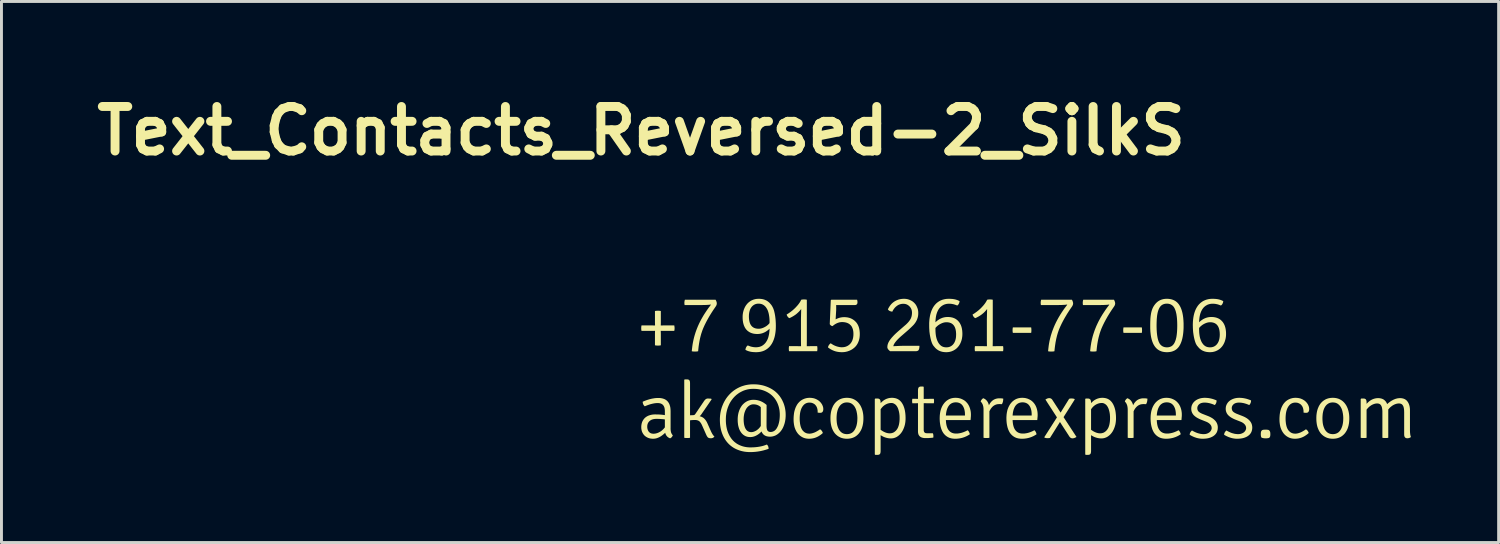
<source format=kicad_pcb>
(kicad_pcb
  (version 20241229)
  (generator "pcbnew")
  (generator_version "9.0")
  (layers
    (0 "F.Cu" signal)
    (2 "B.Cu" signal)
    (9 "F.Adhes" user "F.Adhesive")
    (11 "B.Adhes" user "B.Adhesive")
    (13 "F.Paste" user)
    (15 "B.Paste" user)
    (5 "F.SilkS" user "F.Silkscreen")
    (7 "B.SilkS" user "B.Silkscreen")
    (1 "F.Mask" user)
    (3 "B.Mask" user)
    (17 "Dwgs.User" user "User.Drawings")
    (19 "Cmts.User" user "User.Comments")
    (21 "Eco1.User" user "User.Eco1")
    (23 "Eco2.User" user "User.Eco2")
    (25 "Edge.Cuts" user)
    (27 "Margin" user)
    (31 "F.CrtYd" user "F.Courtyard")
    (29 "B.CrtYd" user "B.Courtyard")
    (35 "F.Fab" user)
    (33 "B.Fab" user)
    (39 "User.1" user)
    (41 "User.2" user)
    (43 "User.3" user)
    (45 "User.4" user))
  (footprint "Text_Contacts_Reversed-2_SilkS"
    (layer "F.Cu")
    (at 18.883 11.959)
    (property "Reference" "Text_Contacts_Reversed-2_SilkS" (at 0 -10.532 0) (layer "F.SilkS") (effects (font (size 1.524 1.524) (thickness 0.305))))
    (attr smd)
    (fp_poly (pts (xy 13.338 -3.623) (xy 12.713 -3.623) (xy 12.708 -3.641) (xy 12.705 -3.661) (xy 12.703 -3.685) (xy 12.702 -3.712) (xy 12.703 -3.74) (xy 12.705 -3.765) (xy 12.708 -3.789) (xy 12.713 -3.81) (xy 13.338 -3.81) (xy 13.342 -3.788) (xy 13.344 -3.764) (xy 13.346 -3.739) (xy 13.346 -3.712) (xy 13.346 -3.686) (xy 13.344 -3.663) (xy 13.342 -3.642) (xy 13.338 -3.623)) (stroke (width 0) (type solid)) (fill yes) (layer "F.SilkS"))
    (fp_poly (pts (xy 17.123 -3.623) (xy 16.498 -3.623) (xy 16.493 -3.641) (xy 16.49 -3.661) (xy 16.488 -3.685) (xy 16.487 -3.712) (xy 16.488 -3.74) (xy 16.49 -3.765) (xy 16.493 -3.789) (xy 16.498 -3.81) (xy 17.123 -3.81) (xy 17.126 -3.788) (xy 17.129 -3.764) (xy 17.13 -3.739) (xy 17.131 -3.712) (xy 17.13 -3.686) (xy 17.129 -3.663) (xy 17.126 -3.642) (xy 17.123 -3.623)) (stroke (width 0) (type solid)) (fill yes) (layer "F.SilkS"))
    (fp_poly (pts (xy 0.473 -3.876) (xy 0.47 -3.979) (xy 0.47 -4.37) (xy 0.492 -4.375) (xy 0.516 -4.378) (xy 0.543 -4.38) (xy 0.573 -4.381) (xy 0.603 -4.38) (xy 0.629 -4.378) (xy 0.652 -4.375) (xy 0.671 -4.37) (xy 0.671 -3.979) (xy 0.671 -3.972) (xy 0.671 -3.953) (xy 0.67 -3.921) (xy 0.668 -3.876) (xy 0.769 -3.878) (xy 1.131 -3.878) (xy 1.135 -3.85) (xy 1.139 -3.823) (xy 1.141 -3.799) (xy 1.141 -3.778) (xy 1.141 -3.758) (xy 1.139 -3.737) (xy 1.135 -3.715) (xy 1.131 -3.691) (xy 0.769 -3.691) (xy 0.668 -3.693) (xy 0.671 -3.59) (xy 0.671 -3.199) (xy 0.652 -3.194) (xy 0.629 -3.191) (xy 0.603 -3.189) (xy 0.573 -3.188) (xy 0.543 -3.189) (xy 0.516 -3.191) (xy 0.492 -3.194) (xy 0.47 -3.199) (xy 0.47 -3.59) (xy 0.473 -3.693) (xy 0.372 -3.691) (xy 0.011 -3.691) (xy 0.006 -3.709) (xy 0.003 -3.73) (xy 0.001 -3.755) (xy -0.000078 -3.783) (xy 0.001 -3.811) (xy 0.003 -3.837) (xy 0.006 -3.859) (xy 0.011 -3.878) (xy 0.372 -3.878) (xy 0.473 -3.876)) (stroke (width 0) (type solid)) (fill yes) (layer "F.SilkS"))
    (fp_poly (pts (xy 21.215 -0.043) (xy 21.207 -0.06) (xy 21.201 -0.08) (xy 21.196 -0.104) (xy 21.194 -0.131) (xy 21.193 -0.162) (xy 21.194 -0.189) (xy 21.196 -0.213) (xy 21.199 -0.233) (xy 21.204 -0.249) (xy 21.214 -0.269) (xy 21.226 -0.284) (xy 21.239 -0.295) (xy 21.256 -0.303) (xy 21.274 -0.308) (xy 21.294 -0.309) (xy 21.314 -0.311) (xy 21.336 -0.312) (xy 21.359 -0.312) (xy 21.381 -0.312) (xy 21.402 -0.311) (xy 21.421 -0.309) (xy 21.44 -0.307) (xy 21.458 -0.302) (xy 21.473 -0.293) (xy 21.486 -0.282) (xy 21.497 -0.267) (xy 21.506 -0.249) (xy 21.512 -0.233) (xy 21.516 -0.213) (xy 21.518 -0.189) (xy 21.519 -0.162) (xy 21.519 -0.138) (xy 21.517 -0.116) (xy 21.515 -0.097) (xy 21.511 -0.081) (xy 21.504 -0.063) (xy 21.495 -0.048) (xy 21.484 -0.037) (xy 21.47 -0.029) (xy 21.454 -0.024) (xy 21.435 -0.021) (xy 21.413 -0.018) (xy 21.389 -0.016) (xy 21.362 -0.016) (xy 21.331 -0.016) (xy 21.303 -0.019) (xy 21.277 -0.022) (xy 21.254 -0.028) (xy 21.233 -0.034) (xy 21.215 -0.043) (xy 21.215 -0.043)) (stroke (width 0) (type solid)) (fill yes) (layer "F.SilkS"))
    (fp_poly (pts (xy 14.636 -1.366) (xy 14.651 -1.372) (xy 14.67 -1.376) (xy 14.692 -1.379) (xy 14.717 -1.38) (xy 14.737 -1.379) (xy 14.756 -1.377) (xy 14.775 -1.374) (xy 14.8 -1.37) (xy 14.821 -1.361) (xy 14.829 -1.345) (xy 14.446 -0.741) (xy 14.889 -0.064) (xy 14.865 -0.05) (xy 14.841 -0.037) (xy 14.818 -0.028) (xy 14.796 -0.021) (xy 14.774 -0.017) (xy 14.753 -0.016) (xy 14.732 -0.017) (xy 14.712 -0.022) (xy 14.694 -0.031) (xy 14.677 -0.042) (xy 14.661 -0.057) (xy 14.647 -0.075) (xy 14.323 -0.575) (xy 13.984 -0.032) (xy 13.968 -0.027) (xy 13.948 -0.024) (xy 13.927 -0.022) (xy 13.902 -0.021) (xy 13.882 -0.022) (xy 13.863 -0.023) (xy 13.845 -0.026) (xy 13.819 -0.031) (xy 13.796 -0.04) (xy 13.788 -0.056) (xy 14.22 -0.733) (xy 13.826 -1.342) (xy 13.849 -1.357) (xy 13.871 -1.369) (xy 13.893 -1.379) (xy 13.914 -1.385) (xy 13.935 -1.389) (xy 13.956 -1.391) (xy 13.979 -1.389) (xy 14 -1.384) (xy 14.019 -1.375) (xy 14.036 -1.363) (xy 14.052 -1.347) (xy 14.065 -1.328) (xy 14.345 -0.896) (xy 14.636 -1.366)) (stroke (width 0) (type solid)) (fill yes) (layer "F.SilkS"))
    (fp_poly (pts (xy 10.008 -1.369) (xy 10.012 -1.349) (xy 10.014 -1.329) (xy 10.016 -1.309) (xy 10.016 -1.29) (xy 10.015 -1.266) (xy 10.013 -1.241) (xy 10.008 -1.214) (xy 9.663 -1.217) (xy 9.663 -0.304) (xy 9.664 -0.28) (xy 9.668 -0.259) (xy 9.675 -0.24) (xy 9.684 -0.225) (xy 9.696 -0.212) (xy 9.71 -0.202) (xy 9.727 -0.195) (xy 9.747 -0.191) (xy 9.769 -0.19) (xy 9.975 -0.19) (xy 9.984 -0.166) (xy 9.99 -0.143) (xy 9.993 -0.12) (xy 9.994 -0.097) (xy 9.994 -0.07) (xy 9.992 -0.051) (xy 9.989 -0.04) (xy 9.964 -0.037) (xy 9.939 -0.034) (xy 9.913 -0.032) (xy 9.888 -0.03) (xy 9.862 -0.028) (xy 9.836 -0.026) (xy 9.81 -0.025) (xy 9.784 -0.024) (xy 9.757 -0.024) (xy 9.731 -0.024) (xy 9.704 -0.024) (xy 9.678 -0.026) (xy 9.654 -0.029) (xy 9.631 -0.034) (xy 9.61 -0.039) (xy 9.591 -0.046) (xy 9.572 -0.054) (xy 9.555 -0.064) (xy 9.54 -0.074) (xy 9.526 -0.086) (xy 9.514 -0.099) (xy 9.503 -0.114) (xy 9.493 -0.129) (xy 9.485 -0.146) (xy 9.479 -0.164) (xy 9.474 -0.184) (xy 9.47 -0.204) (xy 9.468 -0.226) (xy 9.467 -0.249) (xy 9.467 -1.217) (xy 9.274 -1.214) (xy 9.27 -1.241) (xy 9.267 -1.266) (xy 9.266 -1.29) (xy 9.267 -1.309) (xy 9.268 -1.329) (xy 9.271 -1.349) (xy 9.274 -1.369) (xy 9.467 -1.366) (xy 9.467 -1.652) (xy 9.468 -1.679) (xy 9.471 -1.703) (xy 9.475 -1.724) (xy 9.481 -1.741) (xy 9.489 -1.755) (xy 9.502 -1.769) (xy 9.521 -1.779) (xy 9.544 -1.786) (xy 9.573 -1.788) (xy 9.647 -1.788) (xy 9.663 -1.771) (xy 9.663 -1.364) (xy 10.008 -1.369)) (stroke (width 0) (type solid)) (fill yes) (layer "F.SilkS"))
    (fp_poly (pts (xy 11.611 -1.274) (xy 11.619 -1.297) (xy 11.63 -1.318) (xy 11.643 -1.338) (xy 11.659 -1.356) (xy 11.677 -1.373) (xy 11.698 -1.388) (xy 11.72 -1.379) (xy 11.74 -1.369) (xy 11.759 -1.358) (xy 11.777 -1.345) (xy 11.793 -1.331) (xy 11.809 -1.316) (xy 11.823 -1.299) (xy 11.837 -1.281) (xy 11.849 -1.262) (xy 11.86 -1.241) (xy 11.87 -1.22) (xy 11.879 -1.196) (xy 11.887 -1.172) (xy 11.894 -1.146) (xy 11.906 -1.169) (xy 11.918 -1.192) (xy 11.931 -1.213) (xy 11.944 -1.232) (xy 11.959 -1.251) (xy 11.974 -1.268) (xy 11.989 -1.284) (xy 12.006 -1.299) (xy 12.023 -1.313) (xy 12.041 -1.326) (xy 12.059 -1.337) (xy 12.079 -1.347) (xy 12.099 -1.356) (xy 12.119 -1.364) (xy 12.141 -1.37) (xy 12.163 -1.376) (xy 12.186 -1.38) (xy 12.209 -1.383) (xy 12.233 -1.385) (xy 12.258 -1.385) (xy 12.282 -1.385) (xy 12.306 -1.384) (xy 12.331 -1.381) (xy 12.357 -1.378) (xy 12.383 -1.374) (xy 12.383 -1.346) (xy 12.38 -1.319) (xy 12.377 -1.293) (xy 12.372 -1.268) (xy 12.365 -1.245) (xy 12.357 -1.224) (xy 12.348 -1.203) (xy 12.337 -1.184) (xy 12.319 -1.185) (xy 12.297 -1.186) (xy 12.271 -1.187) (xy 12.242 -1.187) (xy 12.219 -1.186) (xy 12.197 -1.184) (xy 12.175 -1.181) (xy 12.154 -1.176) (xy 12.134 -1.17) (xy 12.114 -1.162) (xy 12.095 -1.153) (xy 12.076 -1.143) (xy 12.058 -1.131) (xy 12.04 -1.118) (xy 12.024 -1.104) (xy 12.007 -1.088) (xy 11.992 -1.071) (xy 11.977 -1.053) (xy 11.962 -1.033) (xy 11.948 -1.012) (xy 11.935 -0.989) (xy 11.922 -0.965) (xy 11.91 -0.94) (xy 11.91 -0.035) (xy 11.889 -0.031) (xy 11.865 -0.028) (xy 11.839 -0.027) (xy 11.81 -0.026) (xy 11.781 -0.027) (xy 11.755 -0.028) (xy 11.731 -0.031) (xy 11.709 -0.035) (xy 11.709 -0.997) (xy 11.709 -1.025) (xy 11.707 -1.051) (xy 11.704 -1.077) (xy 11.7 -1.102) (xy 11.695 -1.125) (xy 11.688 -1.148) (xy 11.681 -1.169) (xy 11.672 -1.189) (xy 11.662 -1.208) (xy 11.651 -1.226) (xy 11.639 -1.243) (xy 11.626 -1.259) (xy 11.611 -1.274) (xy 11.611 -1.274)) (stroke (width 0) (type solid)) (fill yes) (layer "F.SilkS"))
    (fp_poly (pts (xy 16.543 -1.274) (xy 16.55 -1.297) (xy 16.561 -1.318) (xy 16.574 -1.338) (xy 16.59 -1.356) (xy 16.608 -1.373) (xy 16.63 -1.388) (xy 16.651 -1.379) (xy 16.671 -1.369) (xy 16.69 -1.358) (xy 16.708 -1.345) (xy 16.725 -1.331) (xy 16.74 -1.316) (xy 16.755 -1.299) (xy 16.768 -1.281) (xy 16.78 -1.262) (xy 16.792 -1.241) (xy 16.802 -1.22) (xy 16.811 -1.196) (xy 16.819 -1.172) (xy 16.825 -1.146) (xy 16.837 -1.169) (xy 16.849 -1.192) (xy 16.862 -1.213) (xy 16.876 -1.232) (xy 16.89 -1.251) (xy 16.905 -1.268) (xy 16.921 -1.284) (xy 16.937 -1.299) (xy 16.954 -1.313) (xy 16.972 -1.326) (xy 16.991 -1.337) (xy 17.01 -1.347) (xy 17.03 -1.356) (xy 17.051 -1.364) (xy 17.072 -1.37) (xy 17.094 -1.376) (xy 17.117 -1.38) (xy 17.14 -1.383) (xy 17.165 -1.385) (xy 17.19 -1.385) (xy 17.213 -1.385) (xy 17.237 -1.384) (xy 17.262 -1.381) (xy 17.288 -1.378) (xy 17.315 -1.374) (xy 17.314 -1.346) (xy 17.312 -1.319) (xy 17.308 -1.293) (xy 17.303 -1.268) (xy 17.297 -1.245) (xy 17.289 -1.224) (xy 17.279 -1.203) (xy 17.268 -1.184) (xy 17.25 -1.185) (xy 17.228 -1.186) (xy 17.203 -1.187) (xy 17.173 -1.187) (xy 17.15 -1.186) (xy 17.128 -1.184) (xy 17.106 -1.181) (xy 17.085 -1.176) (xy 17.065 -1.17) (xy 17.045 -1.162) (xy 17.026 -1.153) (xy 17.007 -1.143) (xy 16.989 -1.131) (xy 16.972 -1.118) (xy 16.955 -1.104) (xy 16.939 -1.088) (xy 16.923 -1.071) (xy 16.908 -1.053) (xy 16.893 -1.033) (xy 16.88 -1.012) (xy 16.866 -0.989) (xy 16.854 -0.965) (xy 16.842 -0.94) (xy 16.842 -0.035) (xy 16.82 -0.031) (xy 16.796 -0.028) (xy 16.77 -0.027) (xy 16.741 -0.026) (xy 16.712 -0.027) (xy 16.686 -0.028) (xy 16.662 -0.031) (xy 16.641 -0.035) (xy 16.641 -0.997) (xy 16.64 -1.025) (xy 16.638 -1.051) (xy 16.635 -1.077) (xy 16.631 -1.102) (xy 16.626 -1.125) (xy 16.62 -1.148) (xy 16.612 -1.169) (xy 16.604 -1.189) (xy 16.594 -1.208) (xy 16.583 -1.226) (xy 16.571 -1.243) (xy 16.557 -1.259) (xy 16.543 -1.274) (xy 16.543 -1.274)) (stroke (width 0) (type solid)) (fill yes) (layer "F.SilkS"))
    (fp_poly (pts (xy 5.467 -3.166) (xy 5.464 -3.337) (xy 5.464 -4.104) (xy 5.464 -4.106) (xy 5.464 -4.113) (xy 5.465 -4.123) (xy 5.465 -4.137) (xy 5.465 -4.155) (xy 5.466 -4.177) (xy 5.467 -4.203) (xy 5.467 -4.233) (xy 5.468 -4.267) (xy 5.469 -4.304) (xy 5.47 -4.346) (xy 5.471 -4.391) (xy 5.472 -4.441) (xy 5.458 -4.421) (xy 5.442 -4.402) (xy 5.427 -4.384) (xy 5.411 -4.366) (xy 5.394 -4.348) (xy 5.377 -4.331) (xy 5.359 -4.314) (xy 5.341 -4.298) (xy 5.323 -4.282) (xy 5.304 -4.266) (xy 5.285 -4.251) (xy 5.265 -4.237) (xy 5.244 -4.223) (xy 5.223 -4.209) (xy 5.202 -4.196) (xy 5.18 -4.183) (xy 5.158 -4.171) (xy 5.136 -4.159) (xy 5.112 -4.147) (xy 5.089 -4.136) (xy 5.065 -4.126) (xy 5.046 -4.139) (xy 5.028 -4.155) (xy 5.014 -4.171) (xy 5.001 -4.189) (xy 4.99 -4.208) (xy 4.981 -4.229) (xy 4.975 -4.251) (xy 4.998 -4.265) (xy 5.02 -4.279) (xy 5.042 -4.293) (xy 5.064 -4.308) (xy 5.085 -4.323) (xy 5.106 -4.338) (xy 5.126 -4.353) (xy 5.146 -4.369) (xy 5.166 -4.385) (xy 5.185 -4.4) (xy 5.203 -4.417) (xy 5.222 -4.433) (xy 5.239 -4.45) (xy 5.257 -4.466) (xy 5.274 -4.483) (xy 5.29 -4.501) (xy 5.31 -4.522) (xy 5.329 -4.543) (xy 5.347 -4.563) (xy 5.364 -4.584) (xy 5.38 -4.604) (xy 5.395 -4.624) (xy 5.409 -4.644) (xy 5.422 -4.663) (xy 5.434 -4.682) (xy 5.445 -4.701) (xy 5.455 -4.72) (xy 5.464 -4.738) (xy 5.472 -4.756) (xy 5.495 -4.761) (xy 5.518 -4.764) (xy 5.542 -4.766) (xy 5.567 -4.767) (xy 5.594 -4.766) (xy 5.619 -4.764) (xy 5.643 -4.761) (xy 5.665 -4.756) (xy 5.665 -3.337) (xy 5.663 -3.166) (xy 5.809 -3.169) (xy 6.019 -3.169) (xy 6.022 -3.146) (xy 6.025 -3.123) (xy 6.026 -3.101) (xy 6.027 -3.079) (xy 6.026 -3.059) (xy 6.025 -3.038) (xy 6.022 -3.017) (xy 6.019 -2.995) (xy 5.056 -2.995) (xy 5.053 -3.017) (xy 5.05 -3.038) (xy 5.049 -3.06) (xy 5.048 -3.082) (xy 5.049 -3.104) (xy 5.05 -3.125) (xy 5.053 -3.147) (xy 5.056 -3.169) (xy 5.32 -3.169) (xy 5.467 -3.166)) (stroke (width 0) (type solid)) (fill yes) (layer "F.SilkS"))
    (fp_poly (pts (xy 11.826 -3.166) (xy 11.823 -3.337) (xy 11.823 -4.104) (xy 11.823 -4.106) (xy 11.824 -4.113) (xy 11.824 -4.123) (xy 11.824 -4.137) (xy 11.825 -4.155) (xy 11.825 -4.177) (xy 11.826 -4.203) (xy 11.826 -4.233) (xy 11.827 -4.267) (xy 11.828 -4.304) (xy 11.829 -4.346) (xy 11.83 -4.391) (xy 11.832 -4.441) (xy 11.817 -4.421) (xy 11.802 -4.402) (xy 11.786 -4.384) (xy 11.77 -4.366) (xy 11.753 -4.348) (xy 11.736 -4.331) (xy 11.719 -4.314) (xy 11.701 -4.298) (xy 11.682 -4.282) (xy 11.663 -4.266) (xy 11.644 -4.251) (xy 11.624 -4.237) (xy 11.604 -4.223) (xy 11.583 -4.209) (xy 11.561 -4.196) (xy 11.54 -4.183) (xy 11.517 -4.171) (xy 11.495 -4.159) (xy 11.472 -4.147) (xy 11.448 -4.136) (xy 11.424 -4.126) (xy 11.405 -4.139) (xy 11.388 -4.155) (xy 11.373 -4.171) (xy 11.36 -4.189) (xy 11.349 -4.208) (xy 11.341 -4.229) (xy 11.334 -4.251) (xy 11.357 -4.265) (xy 11.38 -4.279) (xy 11.402 -4.293) (xy 11.423 -4.308) (xy 11.444 -4.323) (xy 11.465 -4.338) (xy 11.486 -4.353) (xy 11.505 -4.369) (xy 11.525 -4.385) (xy 11.544 -4.4) (xy 11.563 -4.417) (xy 11.581 -4.433) (xy 11.599 -4.45) (xy 11.616 -4.466) (xy 11.633 -4.483) (xy 11.649 -4.501) (xy 11.669 -4.522) (xy 11.688 -4.543) (xy 11.706 -4.563) (xy 11.723 -4.584) (xy 11.739 -4.604) (xy 11.754 -4.624) (xy 11.768 -4.644) (xy 11.781 -4.663) (xy 11.793 -4.682) (xy 11.804 -4.701) (xy 11.815 -4.72) (xy 11.824 -4.738) (xy 11.832 -4.756) (xy 11.854 -4.761) (xy 11.877 -4.764) (xy 11.901 -4.766) (xy 11.927 -4.767) (xy 11.953 -4.766) (xy 11.978 -4.764) (xy 12.002 -4.761) (xy 12.025 -4.756) (xy 12.025 -3.337) (xy 12.022 -3.166) (xy 12.169 -3.169) (xy 12.378 -3.169) (xy 12.381 -3.146) (xy 12.384 -3.123) (xy 12.385 -3.101) (xy 12.386 -3.079) (xy 12.385 -3.059) (xy 12.384 -3.038) (xy 12.381 -3.017) (xy 12.378 -2.995) (xy 11.416 -2.995) (xy 11.412 -3.017) (xy 11.41 -3.038) (xy 11.408 -3.06) (xy 11.408 -3.082) (xy 11.408 -3.104) (xy 11.41 -3.125) (xy 11.412 -3.147) (xy 11.416 -3.169) (xy 11.679 -3.169) (xy 11.826 -3.166)) (stroke (width 0) (type solid)) (fill yes) (layer "F.SilkS"))
    (fp_poly (pts (xy 2.268 -0.521) (xy 2.374 -0.282) (xy 2.388 -0.251) (xy 2.402 -0.222) (xy 2.416 -0.196) (xy 2.429 -0.172) (xy 2.442 -0.151) (xy 2.455 -0.132) (xy 2.468 -0.115) (xy 2.48 -0.1) (xy 2.493 -0.088) (xy 2.505 -0.078) (xy 2.489 -0.06) (xy 2.472 -0.045) (xy 2.453 -0.033) (xy 2.432 -0.025) (xy 2.409 -0.02) (xy 2.385 -0.018) (xy 2.356 -0.02) (xy 2.331 -0.023) (xy 2.309 -0.03) (xy 2.291 -0.039) (xy 2.276 -0.051) (xy 2.264 -0.066) (xy 2.252 -0.084) (xy 2.239 -0.106) (xy 2.227 -0.131) (xy 2.214 -0.16) (xy 2.089 -0.442) (xy 2.076 -0.471) (xy 2.063 -0.497) (xy 2.05 -0.521) (xy 2.036 -0.542) (xy 2.023 -0.561) (xy 2.01 -0.577) (xy 1.996 -0.591) (xy 1.983 -0.603) (xy 1.964 -0.615) (xy 1.943 -0.625) (xy 1.92 -0.633) (xy 1.895 -0.639) (xy 1.868 -0.642) (xy 1.839 -0.643) (xy 1.813 -0.643) (xy 1.788 -0.642) (xy 1.764 -0.641) (xy 1.74 -0.64) (xy 1.716 -0.638) (xy 1.693 -0.635) (xy 1.67 -0.632) (xy 1.67 -0.035) (xy 1.649 -0.031) (xy 1.625 -0.028) (xy 1.598 -0.027) (xy 1.57 -0.026) (xy 1.542 -0.027) (xy 1.517 -0.028) (xy 1.493 -0.031) (xy 1.472 -0.035) (xy 1.472 -2.016) (xy 1.488 -2.032) (xy 1.562 -2.032) (xy 1.591 -2.03) (xy 1.616 -2.024) (xy 1.635 -2.014) (xy 1.648 -2) (xy 1.656 -1.986) (xy 1.662 -1.969) (xy 1.667 -1.948) (xy 1.669 -1.924) (xy 1.67 -1.896) (xy 1.67 -0.804) (xy 1.787 -0.809) (xy 1.805 -0.812) (xy 1.822 -0.819) (xy 1.837 -0.831) (xy 1.85 -0.847) (xy 2.14 -1.277) (xy 2.158 -1.302) (xy 2.174 -1.323) (xy 2.19 -1.34) (xy 2.206 -1.353) (xy 2.221 -1.363) (xy 2.238 -1.371) (xy 2.257 -1.376) (xy 2.276 -1.377) (xy 2.294 -1.377) (xy 2.315 -1.376) (xy 2.338 -1.375) (xy 2.364 -1.374) (xy 2.393 -1.372) (xy 2.409 -1.35) (xy 2.064 -0.847) (xy 2.047 -0.823) (xy 2.03 -0.802) (xy 2.014 -0.785) (xy 1.999 -0.771) (xy 2.025 -0.765) (xy 2.049 -0.757) (xy 2.073 -0.747) (xy 2.095 -0.736) (xy 2.116 -0.723) (xy 2.136 -0.709) (xy 2.154 -0.692) (xy 2.169 -0.677) (xy 2.185 -0.66) (xy 2.199 -0.641) (xy 2.214 -0.621) (xy 2.228 -0.599) (xy 2.242 -0.575) (xy 2.255 -0.549) (xy 2.268 -0.521)) (stroke (width 0) (type solid)) (fill yes) (layer "F.SilkS"))
    (fp_poly (pts (xy 1.493 -4.756) (xy 2.545 -4.756) (xy 2.557 -4.732) (xy 2.567 -4.71) (xy 2.575 -4.688) (xy 2.581 -4.668) (xy 2.584 -4.649) (xy 2.585 -4.631) (xy 2.584 -4.611) (xy 2.58 -4.591) (xy 2.573 -4.57) (xy 2.563 -4.549) (xy 2.55 -4.528) (xy 2.466 -4.405) (xy 2.45 -4.381) (xy 2.434 -4.356) (xy 2.418 -4.332) (xy 2.403 -4.308) (xy 2.388 -4.284) (xy 2.373 -4.26) (xy 2.358 -4.236) (xy 2.344 -4.212) (xy 2.33 -4.189) (xy 2.316 -4.166) (xy 2.303 -4.142) (xy 2.29 -4.119) (xy 2.277 -4.096) (xy 2.264 -4.073) (xy 2.252 -4.05) (xy 2.239 -4.028) (xy 2.228 -4.005) (xy 2.216 -3.983) (xy 2.205 -3.961) (xy 2.194 -3.939) (xy 2.183 -3.917) (xy 2.172 -3.895) (xy 2.162 -3.873) (xy 2.152 -3.852) (xy 2.143 -3.83) (xy 2.133 -3.809) (xy 2.124 -3.788) (xy 2.115 -3.767) (xy 2.107 -3.746) (xy 2.098 -3.724) (xy 2.09 -3.703) (xy 2.083 -3.681) (xy 2.075 -3.659) (xy 2.068 -3.636) (xy 2.06 -3.614) (xy 2.053 -3.591) (xy 2.046 -3.567) (xy 2.04 -3.544) (xy 2.033 -3.52) (xy 2.027 -3.496) (xy 2.021 -3.472) (xy 2.015 -3.447) (xy 2.01 -3.423) (xy 2.004 -3.398) (xy 1.999 -3.372) (xy 1.994 -3.347) (xy 1.989 -3.321) (xy 1.985 -3.295) (xy 1.98 -3.268) (xy 1.976 -3.242) (xy 1.972 -3.215) (xy 1.968 -3.188) (xy 1.964 -3.16) (xy 1.961 -3.133) (xy 1.958 -3.105) (xy 1.955 -3.076) (xy 1.947 -2.995) (xy 1.929 -2.991) (xy 1.909 -2.988) (xy 1.887 -2.986) (xy 1.862 -2.985) (xy 1.835 -2.984) (xy 1.808 -2.985) (xy 1.784 -2.986) (xy 1.763 -2.988) (xy 1.745 -2.991) (xy 1.729 -2.995) (xy 1.74 -3.098) (xy 1.743 -3.123) (xy 1.746 -3.148) (xy 1.749 -3.172) (xy 1.753 -3.197) (xy 1.756 -3.221) (xy 1.76 -3.246) (xy 1.765 -3.27) (xy 1.769 -3.295) (xy 1.774 -3.319) (xy 1.779 -3.343) (xy 1.784 -3.368) (xy 1.789 -3.392) (xy 1.795 -3.416) (xy 1.801 -3.44) (xy 1.807 -3.464) (xy 1.813 -3.488) (xy 1.82 -3.513) (xy 1.827 -3.537) (xy 1.834 -3.561) (xy 1.841 -3.584) (xy 1.849 -3.608) (xy 1.856 -3.632) (xy 1.864 -3.656) (xy 1.873 -3.68) (xy 1.881 -3.703) (xy 1.89 -3.727) (xy 1.899 -3.751) (xy 1.908 -3.774) (xy 1.918 -3.798) (xy 1.927 -3.821) (xy 1.937 -3.845) (xy 1.947 -3.868) (xy 1.958 -3.892) (xy 1.968 -3.915) (xy 1.979 -3.938) (xy 1.99 -3.962) (xy 2.002 -3.985) (xy 2.013 -4.008) (xy 2.025 -4.031) (xy 2.037 -4.054) (xy 2.049 -4.077) (xy 2.062 -4.1) (xy 2.075 -4.123) (xy 2.088 -4.146) (xy 2.101 -4.169) (xy 2.115 -4.192) (xy 2.128 -4.215) (xy 2.142 -4.238) (xy 2.157 -4.261) (xy 2.171 -4.283) (xy 2.186 -4.306) (xy 2.201 -4.329) (xy 2.216 -4.351) (xy 2.243 -4.392) (xy 2.251 -4.404) (xy 2.261 -4.418) (xy 2.272 -4.433) (xy 2.284 -4.45) (xy 2.297 -4.469) (xy 2.312 -4.489) (xy 2.328 -4.51) (xy 2.346 -4.534) (xy 2.364 -4.558) (xy 2.384 -4.585) (xy 2.376 -4.593) (xy 2.366 -4.591) (xy 2.354 -4.589) (xy 2.34 -4.587) (xy 2.324 -4.585) (xy 2.307 -4.583) (xy 2.287 -4.582) (xy 2.265 -4.581) (xy 2.241 -4.579) (xy 2.216 -4.578) (xy 2.188 -4.577) (xy 2.158 -4.576) (xy 2.126 -4.576) (xy 2.093 -4.575) (xy 2.057 -4.575) (xy 2.02 -4.574) (xy 1.98 -4.574) (xy 1.939 -4.574) (xy 1.485 -4.574) (xy 1.481 -4.592) (xy 1.479 -4.612) (xy 1.477 -4.633) (xy 1.476 -4.656) (xy 1.478 -4.679) (xy 1.481 -4.704) (xy 1.486 -4.729) (xy 1.493 -4.756) (xy 1.493 -4.756)) (stroke (width 0) (type solid)) (fill yes) (layer "F.SilkS"))
    (fp_poly (pts (xy 13.68 -4.756) (xy 14.732 -4.756) (xy 14.745 -4.732) (xy 14.755 -4.71) (xy 14.763 -4.688) (xy 14.768 -4.668) (xy 14.772 -4.649) (xy 14.773 -4.631) (xy 14.772 -4.611) (xy 14.767 -4.591) (xy 14.76 -4.57) (xy 14.75 -4.549) (xy 14.738 -4.528) (xy 14.653 -4.405) (xy 14.637 -4.381) (xy 14.621 -4.356) (xy 14.606 -4.332) (xy 14.59 -4.308) (xy 14.575 -4.284) (xy 14.56 -4.26) (xy 14.546 -4.236) (xy 14.532 -4.212) (xy 14.518 -4.189) (xy 14.504 -4.166) (xy 14.49 -4.142) (xy 14.477 -4.119) (xy 14.464 -4.096) (xy 14.452 -4.073) (xy 14.439 -4.05) (xy 14.427 -4.028) (xy 14.415 -4.005) (xy 14.404 -3.983) (xy 14.392 -3.961) (xy 14.381 -3.939) (xy 14.371 -3.917) (xy 14.36 -3.895) (xy 14.35 -3.873) (xy 14.34 -3.852) (xy 14.33 -3.83) (xy 14.321 -3.809) (xy 14.312 -3.788) (xy 14.303 -3.767) (xy 14.294 -3.746) (xy 14.286 -3.724) (xy 14.278 -3.703) (xy 14.27 -3.681) (xy 14.263 -3.659) (xy 14.255 -3.636) (xy 14.248 -3.614) (xy 14.241 -3.591) (xy 14.234 -3.567) (xy 14.227 -3.544) (xy 14.221 -3.52) (xy 14.215 -3.496) (xy 14.209 -3.472) (xy 14.203 -3.447) (xy 14.197 -3.423) (xy 14.192 -3.398) (xy 14.187 -3.372) (xy 14.182 -3.347) (xy 14.177 -3.321) (xy 14.172 -3.295) (xy 14.168 -3.268) (xy 14.164 -3.242) (xy 14.16 -3.215) (xy 14.156 -3.188) (xy 14.152 -3.16) (xy 14.149 -3.133) (xy 14.145 -3.105) (xy 14.142 -3.076) (xy 14.134 -2.995) (xy 14.117 -2.991) (xy 14.097 -2.988) (xy 14.075 -2.986) (xy 14.05 -2.985) (xy 14.023 -2.984) (xy 13.996 -2.985) (xy 13.972 -2.986) (xy 13.951 -2.988) (xy 13.932 -2.991) (xy 13.917 -2.995) (xy 13.928 -3.098) (xy 13.931 -3.123) (xy 13.934 -3.148) (xy 13.937 -3.172) (xy 13.94 -3.197) (xy 13.944 -3.221) (xy 13.948 -3.246) (xy 13.952 -3.27) (xy 13.957 -3.295) (xy 13.961 -3.319) (xy 13.966 -3.343) (xy 13.971 -3.368) (xy 13.977 -3.392) (xy 13.983 -3.416) (xy 13.988 -3.44) (xy 13.995 -3.464) (xy 14.001 -3.488) (xy 14.007 -3.513) (xy 14.014 -3.537) (xy 14.021 -3.561) (xy 14.029 -3.584) (xy 14.036 -3.608) (xy 14.044 -3.632) (xy 14.052 -3.656) (xy 14.06 -3.68) (xy 14.069 -3.703) (xy 14.078 -3.727) (xy 14.087 -3.751) (xy 14.096 -3.774) (xy 14.105 -3.798) (xy 14.115 -3.821) (xy 14.125 -3.845) (xy 14.135 -3.868) (xy 14.145 -3.892) (xy 14.156 -3.915) (xy 14.167 -3.938) (xy 14.178 -3.962) (xy 14.189 -3.985) (xy 14.201 -4.008) (xy 14.213 -4.031) (xy 14.225 -4.054) (xy 14.237 -4.077) (xy 14.25 -4.1) (xy 14.262 -4.123) (xy 14.275 -4.146) (xy 14.289 -4.169) (xy 14.302 -4.192) (xy 14.316 -4.215) (xy 14.33 -4.238) (xy 14.344 -4.261) (xy 14.359 -4.283) (xy 14.373 -4.306) (xy 14.388 -4.329) (xy 14.403 -4.351) (xy 14.431 -4.392) (xy 14.439 -4.404) (xy 14.448 -4.418) (xy 14.459 -4.433) (xy 14.471 -4.45) (xy 14.485 -4.469) (xy 14.5 -4.489) (xy 14.516 -4.51) (xy 14.533 -4.534) (xy 14.552 -4.558) (xy 14.572 -4.585) (xy 14.564 -4.593) (xy 14.554 -4.591) (xy 14.542 -4.589) (xy 14.528 -4.587) (xy 14.512 -4.585) (xy 14.494 -4.583) (xy 14.474 -4.582) (xy 14.453 -4.581) (xy 14.429 -4.579) (xy 14.403 -4.578) (xy 14.375 -4.577) (xy 14.346 -4.576) (xy 14.314 -4.576) (xy 14.28 -4.575) (xy 14.245 -4.575) (xy 14.207 -4.574) (xy 14.168 -4.574) (xy 14.126 -4.574) (xy 13.672 -4.574) (xy 13.669 -4.592) (xy 13.666 -4.612) (xy 13.665 -4.633) (xy 13.664 -4.656) (xy 13.665 -4.679) (xy 13.668 -4.704) (xy 13.673 -4.729) (xy 13.68 -4.756) (xy 13.68 -4.756)) (stroke (width 0) (type solid)) (fill yes) (layer "F.SilkS"))
    (fp_poly (pts (xy 15.119 -4.756) (xy 16.171 -4.756) (xy 16.183 -4.732) (xy 16.193 -4.71) (xy 16.201 -4.688) (xy 16.207 -4.668) (xy 16.21 -4.649) (xy 16.212 -4.631) (xy 16.21 -4.611) (xy 16.206 -4.591) (xy 16.199 -4.57) (xy 16.189 -4.549) (xy 16.176 -4.528) (xy 16.092 -4.405) (xy 16.076 -4.381) (xy 16.06 -4.356) (xy 16.044 -4.332) (xy 16.029 -4.308) (xy 16.014 -4.284) (xy 15.999 -4.26) (xy 15.984 -4.236) (xy 15.97 -4.212) (xy 15.956 -4.189) (xy 15.942 -4.166) (xy 15.929 -4.142) (xy 15.916 -4.119) (xy 15.903 -4.096) (xy 15.89 -4.073) (xy 15.878 -4.05) (xy 15.866 -4.028) (xy 15.854 -4.005) (xy 15.842 -3.983) (xy 15.831 -3.961) (xy 15.82 -3.939) (xy 15.809 -3.917) (xy 15.799 -3.895) (xy 15.788 -3.873) (xy 15.778 -3.852) (xy 15.769 -3.83) (xy 15.759 -3.809) (xy 15.75 -3.788) (xy 15.741 -3.767) (xy 15.733 -3.746) (xy 15.725 -3.724) (xy 15.717 -3.703) (xy 15.709 -3.681) (xy 15.701 -3.659) (xy 15.694 -3.636) (xy 15.686 -3.614) (xy 15.679 -3.591) (xy 15.673 -3.567) (xy 15.666 -3.544) (xy 15.66 -3.52) (xy 15.653 -3.496) (xy 15.647 -3.472) (xy 15.641 -3.447) (xy 15.636 -3.423) (xy 15.63 -3.398) (xy 15.625 -3.372) (xy 15.62 -3.347) (xy 15.615 -3.321) (xy 15.611 -3.295) (xy 15.606 -3.268) (xy 15.602 -3.242) (xy 15.598 -3.215) (xy 15.594 -3.188) (xy 15.591 -3.16) (xy 15.587 -3.133) (xy 15.584 -3.105) (xy 15.581 -3.076) (xy 15.573 -2.995) (xy 15.555 -2.991) (xy 15.535 -2.988) (xy 15.513 -2.986) (xy 15.488 -2.985) (xy 15.461 -2.984) (xy 15.435 -2.985) (xy 15.411 -2.986) (xy 15.389 -2.988) (xy 15.371 -2.991) (xy 15.355 -2.995) (xy 15.366 -3.098) (xy 15.369 -3.123) (xy 15.372 -3.148) (xy 15.375 -3.172) (xy 15.379 -3.197) (xy 15.383 -3.221) (xy 15.387 -3.246) (xy 15.391 -3.27) (xy 15.395 -3.295) (xy 15.4 -3.319) (xy 15.405 -3.343) (xy 15.41 -3.368) (xy 15.415 -3.392) (xy 15.421 -3.416) (xy 15.427 -3.44) (xy 15.433 -3.464) (xy 15.439 -3.488) (xy 15.446 -3.513) (xy 15.453 -3.537) (xy 15.46 -3.561) (xy 15.467 -3.584) (xy 15.475 -3.608) (xy 15.483 -3.632) (xy 15.491 -3.656) (xy 15.499 -3.68) (xy 15.507 -3.703) (xy 15.516 -3.727) (xy 15.525 -3.751) (xy 15.534 -3.774) (xy 15.544 -3.798) (xy 15.553 -3.821) (xy 15.563 -3.845) (xy 15.573 -3.868) (xy 15.584 -3.892) (xy 15.595 -3.915) (xy 15.605 -3.938) (xy 15.617 -3.962) (xy 15.628 -3.985) (xy 15.639 -4.008) (xy 15.651 -4.031) (xy 15.663 -4.054) (xy 15.676 -4.077) (xy 15.688 -4.1) (xy 15.701 -4.123) (xy 15.714 -4.146) (xy 15.727 -4.169) (xy 15.741 -4.192) (xy 15.755 -4.215) (xy 15.768 -4.238) (xy 15.783 -4.261) (xy 15.797 -4.283) (xy 15.812 -4.306) (xy 15.827 -4.329) (xy 15.842 -4.351) (xy 15.869 -4.392) (xy 15.877 -4.404) (xy 15.887 -4.418) (xy 15.898 -4.433) (xy 15.91 -4.45) (xy 15.923 -4.469) (xy 15.938 -4.489) (xy 15.954 -4.51) (xy 15.972 -4.534) (xy 15.99 -4.558) (xy 16.01 -4.585) (xy 16.002 -4.593) (xy 15.992 -4.591) (xy 15.98 -4.589) (xy 15.967 -4.587) (xy 15.951 -4.585) (xy 15.933 -4.583) (xy 15.913 -4.582) (xy 15.891 -4.581) (xy 15.867 -4.579) (xy 15.842 -4.578) (xy 15.814 -4.577) (xy 15.784 -4.576) (xy 15.753 -4.576) (xy 15.719 -4.575) (xy 15.683 -4.575) (xy 15.646 -4.574) (xy 15.606 -4.574) (xy 15.565 -4.574) (xy 15.111 -4.574) (xy 15.107 -4.592) (xy 15.105 -4.612) (xy 15.103 -4.633) (xy 15.103 -4.656) (xy 15.104 -4.679) (xy 15.107 -4.704) (xy 15.112 -4.729) (xy 15.119 -4.756) (xy 15.119 -4.756)) (stroke (width 0) (type solid)) (fill yes) (layer "F.SilkS"))
    (fp_poly (pts (xy 25.352 -0.904) (xy 25.352 -0.936) (xy 25.351 -0.966) (xy 25.348 -0.994) (xy 25.345 -1.02) (xy 25.341 -1.044) (xy 25.337 -1.067) (xy 25.331 -1.087) (xy 25.324 -1.106) (xy 25.317 -1.123) (xy 25.309 -1.138) (xy 25.296 -1.157) (xy 25.281 -1.173) (xy 25.264 -1.186) (xy 25.244 -1.196) (xy 25.223 -1.203) (xy 25.199 -1.207) (xy 25.173 -1.209) (xy 25.15 -1.208) (xy 25.126 -1.205) (xy 25.102 -1.201) (xy 25.078 -1.194) (xy 25.054 -1.186) (xy 25.03 -1.177) (xy 25.005 -1.165) (xy 24.98 -1.152) (xy 24.959 -1.138) (xy 24.938 -1.124) (xy 24.918 -1.109) (xy 24.898 -1.093) (xy 24.88 -1.076) (xy 24.862 -1.057) (xy 24.844 -1.038) (xy 24.827 -1.018) (xy 24.811 -0.997) (xy 24.811 -0.035) (xy 24.79 -0.031) (xy 24.766 -0.028) (xy 24.74 -0.027) (xy 24.711 -0.026) (xy 24.682 -0.027) (xy 24.656 -0.028) (xy 24.632 -0.031) (xy 24.61 -0.035) (xy 24.61 -1.358) (xy 24.627 -1.377) (xy 24.703 -1.377) (xy 24.727 -1.376) (xy 24.748 -1.372) (xy 24.765 -1.364) (xy 24.779 -1.355) (xy 24.79 -1.342) (xy 24.797 -1.327) (xy 24.804 -1.309) (xy 24.808 -1.288) (xy 24.811 -1.264) (xy 24.811 -1.236) (xy 24.811 -1.195) (xy 24.83 -1.215) (xy 24.848 -1.234) (xy 24.867 -1.252) (xy 24.886 -1.269) (xy 24.905 -1.285) (xy 24.925 -1.299) (xy 24.945 -1.313) (xy 24.965 -1.325) (xy 24.986 -1.337) (xy 25.007 -1.347) (xy 25.028 -1.356) (xy 25.049 -1.364) (xy 25.071 -1.371) (xy 25.093 -1.377) (xy 25.116 -1.382) (xy 25.138 -1.386) (xy 25.161 -1.389) (xy 25.185 -1.39) (xy 25.208 -1.391) (xy 25.234 -1.39) (xy 25.259 -1.388) (xy 25.283 -1.384) (xy 25.306 -1.379) (xy 25.328 -1.373) (xy 25.35 -1.365) (xy 25.37 -1.356) (xy 25.389 -1.346) (xy 25.407 -1.334) (xy 25.424 -1.32) (xy 25.44 -1.305) (xy 25.455 -1.289) (xy 25.469 -1.272) (xy 25.482 -1.253) (xy 25.494 -1.232) (xy 25.505 -1.21) (xy 25.515 -1.187) (xy 25.538 -1.207) (xy 25.56 -1.226) (xy 25.582 -1.243) (xy 25.604 -1.26) (xy 25.626 -1.276) (xy 25.649 -1.291) (xy 25.671 -1.305) (xy 25.693 -1.317) (xy 25.715 -1.329) (xy 25.737 -1.34) (xy 25.759 -1.349) (xy 25.781 -1.358) (xy 25.803 -1.366) (xy 25.825 -1.372) (xy 25.847 -1.378) (xy 25.868 -1.383) (xy 25.89 -1.386) (xy 25.912 -1.389) (xy 25.934 -1.39) (xy 25.956 -1.391) (xy 25.984 -1.39) (xy 26.01 -1.388) (xy 26.036 -1.383) (xy 26.06 -1.378) (xy 26.083 -1.37) (xy 26.105 -1.362) (xy 26.126 -1.351) (xy 26.145 -1.339) (xy 26.164 -1.325) (xy 26.181 -1.31) (xy 26.196 -1.293) (xy 26.211 -1.274) (xy 26.224 -1.256) (xy 26.235 -1.237) (xy 26.245 -1.217) (xy 26.255 -1.197) (xy 26.263 -1.175) (xy 26.271 -1.153) (xy 26.277 -1.13) (xy 26.283 -1.106) (xy 26.287 -1.081) (xy 26.291 -1.055) (xy 26.293 -1.028) (xy 26.295 -1.001) (xy 26.295 -0.972) (xy 26.295 -0.293) (xy 26.296 -0.259) (xy 26.297 -0.228) (xy 26.299 -0.198) (xy 26.302 -0.171) (xy 26.305 -0.145) (xy 26.31 -0.121) (xy 26.315 -0.099) (xy 26.321 -0.08) (xy 26.328 -0.062) (xy 26.312 -0.048) (xy 26.293 -0.038) (xy 26.273 -0.029) (xy 26.251 -0.023) (xy 26.226 -0.019) (xy 26.2 -0.018) (xy 26.179 -0.02) (xy 26.159 -0.025) (xy 26.143 -0.033) (xy 26.129 -0.045) (xy 26.117 -0.059) (xy 26.108 -0.077) (xy 26.102 -0.099) (xy 26.098 -0.123) (xy 26.097 -0.151) (xy 26.097 -0.907) (xy 26.096 -0.939) (xy 26.095 -0.968) (xy 26.093 -0.996) (xy 26.09 -1.022) (xy 26.086 -1.046) (xy 26.081 -1.068) (xy 26.076 -1.089) (xy 26.069 -1.107) (xy 26.062 -1.123) (xy 26.053 -1.138) (xy 26.041 -1.157) (xy 26.026 -1.173) (xy 26.009 -1.186) (xy 25.989 -1.196) (xy 25.967 -1.203) (xy 25.944 -1.207) (xy 25.918 -1.209) (xy 25.894 -1.208) (xy 25.871 -1.205) (xy 25.847 -1.201) (xy 25.824 -1.195) (xy 25.8 -1.187) (xy 25.776 -1.178) (xy 25.752 -1.167) (xy 25.727 -1.154) (xy 25.706 -1.142) (xy 25.685 -1.128) (xy 25.665 -1.113) (xy 25.645 -1.097) (xy 25.625 -1.081) (xy 25.607 -1.063) (xy 25.588 -1.043) (xy 25.571 -1.023) (xy 25.553 -1.002) (xy 25.553 -0.035) (xy 25.532 -0.031) (xy 25.508 -0.028) (xy 25.482 -0.027) (xy 25.453 -0.026) (xy 25.424 -0.027) (xy 25.398 -0.028) (xy 25.374 -0.031) (xy 25.352 -0.035) (xy 25.352 -0.904)) (stroke (width 0) (type solid)) (fill yes) (layer "F.SilkS"))
    (fp_poly (pts (xy 7.384 -4.756) (xy 7.39 -4.732) (xy 7.394 -4.711) (xy 7.397 -4.69) (xy 7.397 -4.672) (xy 7.396 -4.649) (xy 7.392 -4.629) (xy 7.384 -4.612) (xy 7.374 -4.598) (xy 7.361 -4.588) (xy 7.345 -4.58) (xy 7.327 -4.576) (xy 7.305 -4.574) (xy 6.818 -4.574) (xy 6.793 -4.574) (xy 6.77 -4.574) (xy 6.749 -4.574) (xy 6.729 -4.574) (xy 6.705 -4.574) (xy 6.685 -4.575) (xy 6.669 -4.577) (xy 6.669 -4.403) (xy 6.65 -4.085) (xy 6.674 -4.097) (xy 6.697 -4.108) (xy 6.721 -4.118) (xy 6.745 -4.127) (xy 6.769 -4.135) (xy 6.793 -4.142) (xy 6.818 -4.148) (xy 6.842 -4.152) (xy 6.867 -4.156) (xy 6.891 -4.159) (xy 6.916 -4.16) (xy 6.941 -4.161) (xy 6.969 -4.16) (xy 6.996 -4.159) (xy 7.022 -4.156) (xy 7.048 -4.153) (xy 7.073 -4.148) (xy 7.098 -4.142) (xy 7.122 -4.136) (xy 7.145 -4.128) (xy 7.168 -4.119) (xy 7.19 -4.109) (xy 7.212 -4.098) (xy 7.232 -4.086) (xy 7.253 -4.073) (xy 7.272 -4.06) (xy 7.291 -4.045) (xy 7.309 -4.028) (xy 7.327 -4.011) (xy 7.342 -3.996) (xy 7.357 -3.979) (xy 7.37 -3.962) (xy 7.383 -3.943) (xy 7.395 -3.924) (xy 7.406 -3.905) (xy 7.417 -3.884) (xy 7.426 -3.863) (xy 7.435 -3.841) (xy 7.443 -3.818) (xy 7.45 -3.794) (xy 7.456 -3.77) (xy 7.461 -3.744) (xy 7.466 -3.718) (xy 7.47 -3.692) (xy 7.472 -3.664) (xy 7.475 -3.636) (xy 7.476 -3.607) (xy 7.476 -3.577) (xy 7.476 -3.549) (xy 7.474 -3.521) (xy 7.472 -3.494) (xy 7.469 -3.468) (xy 7.465 -3.442) (xy 7.46 -3.417) (xy 7.454 -3.392) (xy 7.447 -3.368) (xy 7.439 -3.344) (xy 7.43 -3.321) (xy 7.42 -3.296) (xy 7.409 -3.272) (xy 7.396 -3.249) (xy 7.383 -3.227) (xy 7.369 -3.205) (xy 7.354 -3.185) (xy 7.338 -3.165) (xy 7.32 -3.146) (xy 7.302 -3.128) (xy 7.283 -3.111) (xy 7.263 -3.095) (xy 7.243 -3.08) (xy 7.221 -3.065) (xy 7.199 -3.051) (xy 7.177 -3.039) (xy 7.153 -3.027) (xy 7.129 -3.016) (xy 7.104 -3.006) (xy 7.081 -2.998) (xy 7.059 -2.99) (xy 7.035 -2.984) (xy 7.012 -2.978) (xy 6.988 -2.973) (xy 6.963 -2.969) (xy 6.939 -2.966) (xy 6.913 -2.964) (xy 6.888 -2.963) (xy 6.862 -2.962) (xy 6.837 -2.963) (xy 6.812 -2.964) (xy 6.787 -2.966) (xy 6.763 -2.968) (xy 6.739 -2.972) (xy 6.715 -2.976) (xy 6.691 -2.98) (xy 6.668 -2.986) (xy 6.645 -2.992) (xy 6.622 -2.999) (xy 6.599 -3.007) (xy 6.577 -3.016) (xy 6.555 -3.025) (xy 6.533 -3.035) (xy 6.512 -3.046) (xy 6.491 -3.057) (xy 6.47 -3.069) (xy 6.449 -3.082) (xy 6.429 -3.096) (xy 6.409 -3.11) (xy 6.389 -3.125) (xy 6.394 -3.15) (xy 6.402 -3.172) (xy 6.413 -3.194) (xy 6.426 -3.214) (xy 6.442 -3.233) (xy 6.46 -3.251) (xy 6.481 -3.267) (xy 6.504 -3.252) (xy 6.526 -3.237) (xy 6.548 -3.224) (xy 6.57 -3.211) (xy 6.592 -3.2) (xy 6.614 -3.189) (xy 6.636 -3.18) (xy 6.658 -3.171) (xy 6.68 -3.163) (xy 6.704 -3.156) (xy 6.728 -3.149) (xy 6.752 -3.144) (xy 6.775 -3.139) (xy 6.798 -3.135) (xy 6.821 -3.133) (xy 6.843 -3.131) (xy 6.865 -3.131) (xy 6.891 -3.132) (xy 6.916 -3.134) (xy 6.941 -3.137) (xy 6.964 -3.142) (xy 6.988 -3.148) (xy 7.01 -3.156) (xy 7.032 -3.165) (xy 7.053 -3.175) (xy 7.073 -3.187) (xy 7.093 -3.2) (xy 7.112 -3.215) (xy 7.13 -3.23) (xy 7.147 -3.248) (xy 7.162 -3.264) (xy 7.175 -3.281) (xy 7.187 -3.299) (xy 7.199 -3.318) (xy 7.209 -3.338) (xy 7.219 -3.359) (xy 7.227 -3.381) (xy 7.234 -3.403) (xy 7.241 -3.426) (xy 7.246 -3.451) (xy 7.251 -3.476) (xy 7.254 -3.502) (xy 7.257 -3.528) (xy 7.258 -3.556) (xy 7.259 -3.585) (xy 7.258 -3.613) (xy 7.257 -3.639) (xy 7.255 -3.665) (xy 7.251 -3.689) (xy 7.247 -3.713) (xy 7.242 -3.735) (xy 7.236 -3.755) (xy 7.229 -3.775) (xy 7.219 -3.8) (xy 7.208 -3.824) (xy 7.195 -3.846) (xy 7.181 -3.866) (xy 7.165 -3.884) (xy 7.147 -3.9) (xy 7.13 -3.916) (xy 7.111 -3.93) (xy 7.091 -3.942) (xy 7.07 -3.953) (xy 7.048 -3.963) (xy 7.025 -3.971) (xy 7.001 -3.977) (xy 6.977 -3.983) (xy 6.952 -3.987) (xy 6.926 -3.99) (xy 6.9 -3.992) (xy 6.873 -3.992) (xy 6.85 -3.992) (xy 6.827 -3.99) (xy 6.805 -3.987) (xy 6.782 -3.983) (xy 6.76 -3.977) (xy 6.738 -3.97) (xy 6.716 -3.962) (xy 6.694 -3.953) (xy 6.672 -3.942) (xy 6.651 -3.931) (xy 6.629 -3.918) (xy 6.608 -3.904) (xy 6.586 -3.888) (xy 6.565 -3.872) (xy 6.544 -3.854) (xy 6.521 -3.859) (xy 6.5 -3.869) (xy 6.481 -3.882) (xy 6.464 -3.9) (xy 6.449 -3.922) (xy 6.484 -4.74) (xy 6.5 -4.756) (xy 7.384 -4.756)) (stroke (width 0) (type solid)) (fill yes) (layer "F.SilkS"))
    (fp_poly (pts (xy 8.189 -0.124) (xy 8.189 -0.309) (xy 8.212 -0.292) (xy 8.236 -0.277) (xy 8.259 -0.262) (xy 8.282 -0.249) (xy 8.305 -0.237) (xy 8.327 -0.227) (xy 8.35 -0.217) (xy 8.372 -0.209) (xy 8.394 -0.202) (xy 8.416 -0.197) (xy 8.437 -0.192) (xy 8.459 -0.189) (xy 8.48 -0.187) (xy 8.501 -0.187) (xy 8.525 -0.188) (xy 8.549 -0.19) (xy 8.571 -0.195) (xy 8.593 -0.201) (xy 8.615 -0.209) (xy 8.635 -0.219) (xy 8.655 -0.231) (xy 8.674 -0.245) (xy 8.692 -0.26) (xy 8.71 -0.277) (xy 8.727 -0.296) (xy 8.743 -0.317) (xy 8.754 -0.333) (xy 8.764 -0.35) (xy 8.774 -0.367) (xy 8.783 -0.386) (xy 8.791 -0.405) (xy 8.798 -0.426) (xy 8.805 -0.447) (xy 8.812 -0.47) (xy 8.817 -0.493) (xy 8.822 -0.517) (xy 8.826 -0.542) (xy 8.83 -0.568) (xy 8.833 -0.595) (xy 8.835 -0.622) (xy 8.837 -0.651) (xy 8.838 -0.681) (xy 8.838 -0.711) (xy 8.838 -0.74) (xy 8.837 -0.768) (xy 8.836 -0.794) (xy 8.833 -0.82) (xy 8.831 -0.845) (xy 8.827 -0.87) (xy 8.823 -0.893) (xy 8.819 -0.915) (xy 8.814 -0.937) (xy 8.807 -0.964) (xy 8.8 -0.99) (xy 8.792 -1.014) (xy 8.784 -1.037) (xy 8.774 -1.059) (xy 8.765 -1.079) (xy 8.754 -1.097) (xy 8.741 -1.118) (xy 8.727 -1.137) (xy 8.713 -1.154) (xy 8.697 -1.169) (xy 8.681 -1.181) (xy 8.664 -1.192) (xy 8.644 -1.204) (xy 8.624 -1.213) (xy 8.603 -1.22) (xy 8.581 -1.224) (xy 8.558 -1.225) (xy 8.534 -1.224) (xy 8.511 -1.222) (xy 8.487 -1.219) (xy 8.464 -1.214) (xy 8.441 -1.207) (xy 8.418 -1.2) (xy 8.396 -1.19) (xy 8.374 -1.18) (xy 8.352 -1.168) (xy 8.33 -1.155) (xy 8.31 -1.14) (xy 8.29 -1.125) (xy 8.271 -1.108) (xy 8.253 -1.09) (xy 8.236 -1.071) (xy 8.219 -1.051) (xy 8.204 -1.03) (xy 8.189 -1.008) (xy 8.189 -1.008) (xy 8.189 -0.309) (xy 8.189 -0.124) (xy 8.189 0.414) (xy 8.188 0.441) (xy 8.185 0.466) (xy 8.181 0.486) (xy 8.175 0.503) (xy 8.167 0.517) (xy 8.153 0.531) (xy 8.134 0.542) (xy 8.11 0.548) (xy 8.08 0.55) (xy 8.007 0.55) (xy 7.99 0.533) (xy 7.99 -1.361) (xy 8.007 -1.377) (xy 8.077 -1.377) (xy 8.102 -1.376) (xy 8.122 -1.372) (xy 8.14 -1.364) (xy 8.154 -1.355) (xy 8.164 -1.342) (xy 8.173 -1.327) (xy 8.18 -1.309) (xy 8.185 -1.287) (xy 8.188 -1.262) (xy 8.189 -1.233) (xy 8.189 -1.22) (xy 8.207 -1.239) (xy 8.226 -1.258) (xy 8.245 -1.275) (xy 8.264 -1.291) (xy 8.284 -1.307) (xy 8.304 -1.321) (xy 8.325 -1.334) (xy 8.346 -1.345) (xy 8.367 -1.356) (xy 8.389 -1.366) (xy 8.411 -1.374) (xy 8.434 -1.381) (xy 8.457 -1.388) (xy 8.48 -1.393) (xy 8.504 -1.397) (xy 8.528 -1.399) (xy 8.552 -1.401) (xy 8.577 -1.402) (xy 8.603 -1.401) (xy 8.627 -1.399) (xy 8.651 -1.396) (xy 8.674 -1.392) (xy 8.697 -1.387) (xy 8.719 -1.381) (xy 8.74 -1.373) (xy 8.76 -1.365) (xy 8.78 -1.355) (xy 8.799 -1.344) (xy 8.817 -1.332) (xy 8.835 -1.318) (xy 8.851 -1.304) (xy 8.868 -1.288) (xy 8.883 -1.271) (xy 8.898 -1.253) (xy 8.912 -1.234) (xy 8.925 -1.214) (xy 8.936 -1.196) (xy 8.946 -1.178) (xy 8.956 -1.158) (xy 8.966 -1.138) (xy 8.974 -1.118) (xy 8.982 -1.097) (xy 8.99 -1.075) (xy 8.997 -1.052) (xy 9.004 -1.029) (xy 9.01 -1.005) (xy 9.016 -0.981) (xy 9.021 -0.956) (xy 9.025 -0.93) (xy 9.029 -0.904) (xy 9.033 -0.877) (xy 9.035 -0.849) (xy 9.038 -0.82) (xy 9.04 -0.791) (xy 9.041 -0.762) (xy 9.042 -0.731) (xy 9.042 -0.7) (xy 9.042 -0.674) (xy 9.041 -0.648) (xy 9.039 -0.622) (xy 9.037 -0.597) (xy 9.035 -0.572) (xy 9.031 -0.548) (xy 9.027 -0.524) (xy 9.023 -0.501) (xy 9.018 -0.478) (xy 9.012 -0.456) (xy 9.006 -0.434) (xy 8.999 -0.412) (xy 8.99 -0.387) (xy 8.981 -0.363) (xy 8.971 -0.339) (xy 8.961 -0.316) (xy 8.95 -0.294) (xy 8.939 -0.273) (xy 8.927 -0.252) (xy 8.914 -0.232) (xy 8.901 -0.213) (xy 8.887 -0.195) (xy 8.872 -0.176) (xy 8.856 -0.158) (xy 8.839 -0.141) (xy 8.822 -0.125) (xy 8.805 -0.11) (xy 8.787 -0.096) (xy 8.768 -0.083) (xy 8.749 -0.07) (xy 8.73 -0.059) (xy 8.707 -0.048) (xy 8.684 -0.039) (xy 8.662 -0.031) (xy 8.638 -0.024) (xy 8.615 -0.019) (xy 8.592 -0.016) (xy 8.568 -0.014) (xy 8.545 -0.013) (xy 8.52 -0.013) (xy 8.495 -0.015) (xy 8.47 -0.017) (xy 8.446 -0.021) (xy 8.422 -0.025) (xy 8.398 -0.031) (xy 8.374 -0.037) (xy 8.35 -0.045) (xy 8.327 -0.053) (xy 8.303 -0.062) (xy 8.28 -0.073) (xy 8.257 -0.084) (xy 8.234 -0.097) (xy 8.211 -0.11) (xy 8.189 -0.124) (xy 8.189 -0.124)) (stroke (width 0) (type solid)) (fill yes) (layer "F.SilkS"))
    (fp_poly (pts (xy 15.387 -0.124) (xy 15.387 -0.309) (xy 15.41 -0.292) (xy 15.434 -0.277) (xy 15.457 -0.262) (xy 15.48 -0.249) (xy 15.503 -0.237) (xy 15.525 -0.227) (xy 15.548 -0.217) (xy 15.57 -0.209) (xy 15.592 -0.202) (xy 15.614 -0.197) (xy 15.635 -0.192) (xy 15.657 -0.189) (xy 15.678 -0.187) (xy 15.699 -0.187) (xy 15.723 -0.188) (xy 15.747 -0.19) (xy 15.769 -0.195) (xy 15.791 -0.201) (xy 15.813 -0.209) (xy 15.833 -0.219) (xy 15.853 -0.231) (xy 15.872 -0.245) (xy 15.89 -0.26) (xy 15.908 -0.277) (xy 15.925 -0.296) (xy 15.941 -0.317) (xy 15.952 -0.333) (xy 15.962 -0.35) (xy 15.972 -0.367) (xy 15.981 -0.386) (xy 15.989 -0.405) (xy 15.996 -0.426) (xy 16.003 -0.447) (xy 16.01 -0.47) (xy 16.015 -0.493) (xy 16.02 -0.517) (xy 16.024 -0.542) (xy 16.028 -0.568) (xy 16.031 -0.595) (xy 16.033 -0.622) (xy 16.035 -0.651) (xy 16.036 -0.681) (xy 16.036 -0.711) (xy 16.036 -0.74) (xy 16.035 -0.768) (xy 16.033 -0.794) (xy 16.031 -0.82) (xy 16.029 -0.845) (xy 16.025 -0.87) (xy 16.021 -0.893) (xy 16.017 -0.915) (xy 16.012 -0.937) (xy 16.005 -0.964) (xy 15.998 -0.99) (xy 15.99 -1.014) (xy 15.982 -1.037) (xy 15.972 -1.059) (xy 15.962 -1.079) (xy 15.952 -1.097) (xy 15.939 -1.118) (xy 15.925 -1.137) (xy 15.91 -1.154) (xy 15.895 -1.169) (xy 15.879 -1.181) (xy 15.862 -1.192) (xy 15.842 -1.204) (xy 15.822 -1.213) (xy 15.801 -1.22) (xy 15.779 -1.224) (xy 15.756 -1.225) (xy 15.732 -1.224) (xy 15.708 -1.222) (xy 15.685 -1.219) (xy 15.662 -1.214) (xy 15.639 -1.207) (xy 15.616 -1.2) (xy 15.594 -1.19) (xy 15.572 -1.18) (xy 15.55 -1.168) (xy 15.528 -1.155) (xy 15.508 -1.14) (xy 15.488 -1.125) (xy 15.469 -1.108) (xy 15.451 -1.09) (xy 15.434 -1.071) (xy 15.417 -1.051) (xy 15.402 -1.03) (xy 15.387 -1.008) (xy 15.387 -1.008) (xy 15.387 -0.309) (xy 15.387 -0.124) (xy 15.387 0.414) (xy 15.386 0.441) (xy 15.383 0.466) (xy 15.379 0.486) (xy 15.373 0.503) (xy 15.365 0.517) (xy 15.351 0.531) (xy 15.332 0.542) (xy 15.308 0.548) (xy 15.278 0.55) (xy 15.205 0.55) (xy 15.188 0.533) (xy 15.188 -1.361) (xy 15.205 -1.377) (xy 15.275 -1.377) (xy 15.3 -1.376) (xy 15.32 -1.372) (xy 15.338 -1.364) (xy 15.352 -1.355) (xy 15.362 -1.342) (xy 15.371 -1.327) (xy 15.378 -1.309) (xy 15.383 -1.287) (xy 15.386 -1.262) (xy 15.387 -1.233) (xy 15.387 -1.22) (xy 15.405 -1.239) (xy 15.424 -1.258) (xy 15.443 -1.275) (xy 15.462 -1.291) (xy 15.482 -1.307) (xy 15.502 -1.321) (xy 15.523 -1.334) (xy 15.544 -1.345) (xy 15.565 -1.356) (xy 15.587 -1.366) (xy 15.609 -1.374) (xy 15.632 -1.381) (xy 15.655 -1.388) (xy 15.678 -1.393) (xy 15.702 -1.397) (xy 15.726 -1.399) (xy 15.75 -1.401) (xy 15.775 -1.402) (xy 15.801 -1.401) (xy 15.825 -1.399) (xy 15.849 -1.396) (xy 15.872 -1.392) (xy 15.895 -1.387) (xy 15.917 -1.381) (xy 15.938 -1.373) (xy 15.958 -1.365) (xy 15.978 -1.355) (xy 15.997 -1.344) (xy 16.015 -1.332) (xy 16.033 -1.318) (xy 16.049 -1.304) (xy 16.066 -1.288) (xy 16.081 -1.271) (xy 16.096 -1.253) (xy 16.11 -1.234) (xy 16.123 -1.214) (xy 16.134 -1.196) (xy 16.144 -1.178) (xy 16.154 -1.158) (xy 16.163 -1.138) (xy 16.172 -1.118) (xy 16.18 -1.097) (xy 16.188 -1.075) (xy 16.195 -1.052) (xy 16.202 -1.029) (xy 16.208 -1.005) (xy 16.214 -0.981) (xy 16.219 -0.956) (xy 16.223 -0.93) (xy 16.227 -0.904) (xy 16.23 -0.877) (xy 16.233 -0.849) (xy 16.236 -0.82) (xy 16.238 -0.791) (xy 16.239 -0.762) (xy 16.24 -0.731) (xy 16.24 -0.7) (xy 16.24 -0.674) (xy 16.239 -0.648) (xy 16.237 -0.622) (xy 16.235 -0.597) (xy 16.232 -0.572) (xy 16.229 -0.548) (xy 16.225 -0.524) (xy 16.221 -0.501) (xy 16.216 -0.478) (xy 16.21 -0.456) (xy 16.203 -0.434) (xy 16.197 -0.412) (xy 16.188 -0.387) (xy 16.179 -0.363) (xy 16.169 -0.339) (xy 16.159 -0.316) (xy 16.148 -0.294) (xy 16.137 -0.273) (xy 16.125 -0.252) (xy 16.112 -0.232) (xy 16.099 -0.213) (xy 16.085 -0.195) (xy 16.07 -0.176) (xy 16.054 -0.158) (xy 16.037 -0.141) (xy 16.02 -0.125) (xy 16.003 -0.11) (xy 15.985 -0.096) (xy 15.966 -0.083) (xy 15.947 -0.07) (xy 15.927 -0.059) (xy 15.905 -0.048) (xy 15.882 -0.039) (xy 15.859 -0.031) (xy 15.836 -0.024) (xy 15.813 -0.019) (xy 15.79 -0.016) (xy 15.766 -0.014) (xy 15.743 -0.013) (xy 15.718 -0.013) (xy 15.693 -0.015) (xy 15.668 -0.017) (xy 15.644 -0.021) (xy 15.62 -0.025) (xy 15.596 -0.031) (xy 15.572 -0.037) (xy 15.548 -0.045) (xy 15.524 -0.053) (xy 15.501 -0.062) (xy 15.478 -0.073) (xy 15.455 -0.084) (xy 15.432 -0.097) (xy 15.409 -0.11) (xy 15.387 -0.124) (xy 15.387 -0.124)) (stroke (width 0) (type solid)) (fill yes) (layer "F.SilkS"))
    (fp_poly (pts (xy 9.517 -3.18) (xy 9.516 -3.149) (xy 9.514 -3.122) (xy 9.51 -3.097) (xy 9.505 -3.075) (xy 9.498 -3.055) (xy 9.49 -3.038) (xy 9.48 -3.025) (xy 9.467 -3.014) (xy 9.449 -3.006) (xy 9.428 -3) (xy 9.404 -2.996) (xy 9.376 -2.995) (xy 8.514 -2.995) (xy 8.489 -3.016) (xy 8.468 -3.036) (xy 8.45 -3.056) (xy 8.437 -3.075) (xy 8.427 -3.094) (xy 8.421 -3.113) (xy 8.419 -3.131) (xy 8.42 -3.153) (xy 8.421 -3.175) (xy 8.425 -3.197) (xy 8.429 -3.219) (xy 8.436 -3.241) (xy 8.444 -3.264) (xy 8.453 -3.286) (xy 8.464 -3.309) (xy 8.477 -3.332) (xy 8.491 -3.355) (xy 8.506 -3.378) (xy 8.519 -3.396) (xy 8.532 -3.413) (xy 8.547 -3.431) (xy 8.561 -3.449) (xy 8.577 -3.468) (xy 8.594 -3.486) (xy 8.611 -3.505) (xy 8.629 -3.524) (xy 8.647 -3.544) (xy 8.667 -3.563) (xy 8.687 -3.583) (xy 8.708 -3.603) (xy 8.73 -3.623) (xy 8.752 -3.643) (xy 8.775 -3.664) (xy 9.025 -3.881) (xy 9.047 -3.9) (xy 9.067 -3.918) (xy 9.086 -3.937) (xy 9.104 -3.955) (xy 9.121 -3.973) (xy 9.137 -3.991) (xy 9.152 -4.009) (xy 9.166 -4.027) (xy 9.179 -4.044) (xy 9.191 -4.062) (xy 9.202 -4.079) (xy 9.213 -4.099) (xy 9.224 -4.12) (xy 9.232 -4.141) (xy 9.24 -4.164) (xy 9.247 -4.187) (xy 9.252 -4.21) (xy 9.256 -4.235) (xy 9.259 -4.26) (xy 9.261 -4.286) (xy 9.262 -4.313) (xy 9.261 -4.339) (xy 9.258 -4.364) (xy 9.254 -4.389) (xy 9.248 -4.412) (xy 9.24 -4.434) (xy 9.23 -4.455) (xy 9.219 -4.476) (xy 9.206 -4.495) (xy 9.191 -4.513) (xy 9.175 -4.531) (xy 9.158 -4.547) (xy 9.139 -4.562) (xy 9.121 -4.575) (xy 9.101 -4.586) (xy 9.08 -4.596) (xy 9.059 -4.604) (xy 9.037 -4.61) (xy 9.014 -4.614) (xy 8.99 -4.617) (xy 8.966 -4.617) (xy 8.941 -4.617) (xy 8.917 -4.615) (xy 8.893 -4.611) (xy 8.87 -4.606) (xy 8.847 -4.599) (xy 8.825 -4.591) (xy 8.804 -4.582) (xy 8.783 -4.571) (xy 8.763 -4.558) (xy 8.743 -4.544) (xy 8.724 -4.529) (xy 8.705 -4.513) (xy 8.688 -4.496) (xy 8.671 -4.478) (xy 8.655 -4.458) (xy 8.64 -4.438) (xy 8.626 -4.417) (xy 8.612 -4.395) (xy 8.6 -4.372) (xy 8.588 -4.348) (xy 8.56 -4.353) (xy 8.536 -4.358) (xy 8.513 -4.366) (xy 8.493 -4.375) (xy 8.476 -4.386) (xy 8.461 -4.398) (xy 8.448 -4.412) (xy 8.438 -4.427) (xy 8.448 -4.449) (xy 8.458 -4.47) (xy 8.47 -4.49) (xy 8.482 -4.511) (xy 8.495 -4.53) (xy 8.508 -4.55) (xy 8.523 -4.569) (xy 8.538 -4.588) (xy 8.554 -4.606) (xy 8.57 -4.623) (xy 8.588 -4.64) (xy 8.606 -4.656) (xy 8.625 -4.671) (xy 8.645 -4.685) (xy 8.665 -4.699) (xy 8.687 -4.712) (xy 8.708 -4.723) (xy 8.731 -4.734) (xy 8.754 -4.744) (xy 8.778 -4.753) (xy 8.802 -4.762) (xy 8.824 -4.768) (xy 8.847 -4.773) (xy 8.87 -4.778) (xy 8.894 -4.782) (xy 8.918 -4.785) (xy 8.942 -4.787) (xy 8.967 -4.788) (xy 8.993 -4.789) (xy 9.018 -4.788) (xy 9.043 -4.786) (xy 9.068 -4.783) (xy 9.092 -4.779) (xy 9.115 -4.774) (xy 9.138 -4.767) (xy 9.161 -4.76) (xy 9.183 -4.751) (xy 9.205 -4.741) (xy 9.226 -4.731) (xy 9.247 -4.72) (xy 9.267 -4.708) (xy 9.286 -4.695) (xy 9.304 -4.681) (xy 9.321 -4.666) (xy 9.338 -4.65) (xy 9.354 -4.633) (xy 9.369 -4.616) (xy 9.383 -4.598) (xy 9.396 -4.579) (xy 9.408 -4.559) (xy 9.419 -4.538) (xy 9.429 -4.517) (xy 9.438 -4.495) (xy 9.447 -4.473) (xy 9.455 -4.451) (xy 9.462 -4.428) (xy 9.467 -4.404) (xy 9.471 -4.38) (xy 9.474 -4.356) (xy 9.476 -4.33) (xy 9.476 -4.305) (xy 9.476 -4.279) (xy 9.475 -4.255) (xy 9.473 -4.231) (xy 9.47 -4.208) (xy 9.466 -4.185) (xy 9.461 -4.164) (xy 9.456 -4.143) (xy 9.449 -4.123) (xy 9.442 -4.101) (xy 9.434 -4.079) (xy 9.424 -4.057) (xy 9.414 -4.036) (xy 9.403 -4.016) (xy 9.391 -3.996) (xy 9.379 -3.976) (xy 9.365 -3.957) (xy 9.351 -3.938) (xy 9.336 -3.919) (xy 9.32 -3.9) (xy 9.303 -3.882) (xy 9.285 -3.864) (xy 9.267 -3.846) (xy 9.251 -3.831) (xy 9.235 -3.815) (xy 9.219 -3.8) (xy 9.202 -3.784) (xy 9.185 -3.768) (xy 9.167 -3.751) (xy 9.149 -3.735) (xy 9.131 -3.718) (xy 8.914 -3.53) (xy 8.886 -3.506) (xy 8.859 -3.482) (xy 8.834 -3.459) (xy 8.811 -3.437) (xy 8.788 -3.414) (xy 8.767 -3.393) (xy 8.748 -3.372) (xy 8.73 -3.352) (xy 8.713 -3.332) (xy 8.698 -3.313) (xy 8.684 -3.294) (xy 8.671 -3.276) (xy 8.66 -3.259) (xy 8.651 -3.242) (xy 8.642 -3.226) (xy 8.635 -3.21) (xy 8.63 -3.195) (xy 8.626 -3.18) (xy 8.623 -3.166) (xy 8.649 -3.168) (xy 8.674 -3.169) (xy 8.701 -3.171) (xy 8.727 -3.172) (xy 8.754 -3.173) (xy 8.781 -3.174) (xy 8.804 -3.176) (xy 8.828 -3.177) (xy 8.852 -3.178) (xy 8.876 -3.179) (xy 8.9 -3.179) (xy 8.924 -3.18) (xy 8.949 -3.18) (xy 9.517 -3.18)) (stroke (width 0) (type solid)) (fill yes) (layer "F.SilkS"))
    (fp_poly (pts (xy 18.76 -0.138) (xy 18.762 -0.161) (xy 18.768 -0.184) (xy 18.776 -0.206) (xy 18.787 -0.227) (xy 18.801 -0.247) (xy 18.819 -0.266) (xy 18.839 -0.285) (xy 18.863 -0.271) (xy 18.887 -0.258) (xy 18.91 -0.246) (xy 18.932 -0.235) (xy 18.954 -0.225) (xy 18.976 -0.215) (xy 18.997 -0.207) (xy 19.017 -0.199) (xy 19.037 -0.193) (xy 19.056 -0.187) (xy 19.084 -0.18) (xy 19.111 -0.173) (xy 19.137 -0.168) (xy 19.162 -0.165) (xy 19.186 -0.162) (xy 19.21 -0.16) (xy 19.233 -0.16) (xy 19.259 -0.16) (xy 19.284 -0.162) (xy 19.308 -0.165) (xy 19.329 -0.17) (xy 19.35 -0.176) (xy 19.375 -0.186) (xy 19.397 -0.197) (xy 19.418 -0.209) (xy 19.437 -0.222) (xy 19.453 -0.237) (xy 19.468 -0.253) (xy 19.481 -0.27) (xy 19.491 -0.287) (xy 19.502 -0.311) (xy 19.509 -0.334) (xy 19.513 -0.358) (xy 19.511 -0.384) (xy 19.507 -0.409) (xy 19.5 -0.433) (xy 19.49 -0.455) (xy 19.477 -0.475) (xy 19.461 -0.494) (xy 19.446 -0.51) (xy 19.429 -0.525) (xy 19.41 -0.539) (xy 19.389 -0.553) (xy 19.366 -0.566) (xy 19.341 -0.578) (xy 19.314 -0.589) (xy 19.162 -0.649) (xy 19.134 -0.66) (xy 19.107 -0.672) (xy 19.081 -0.684) (xy 19.056 -0.697) (xy 19.032 -0.709) (xy 19.01 -0.722) (xy 18.989 -0.735) (xy 18.969 -0.749) (xy 18.95 -0.763) (xy 18.933 -0.777) (xy 18.916 -0.792) (xy 18.901 -0.806) (xy 18.885 -0.825) (xy 18.87 -0.845) (xy 18.857 -0.865) (xy 18.846 -0.886) (xy 18.836 -0.908) (xy 18.828 -0.93) (xy 18.822 -0.953) (xy 18.818 -0.977) (xy 18.815 -1.001) (xy 18.814 -1.027) (xy 18.815 -1.05) (xy 18.817 -1.073) (xy 18.821 -1.096) (xy 18.826 -1.118) (xy 18.832 -1.139) (xy 18.84 -1.159) (xy 18.85 -1.179) (xy 18.862 -1.202) (xy 18.876 -1.223) (xy 18.892 -1.244) (xy 18.909 -1.263) (xy 18.928 -1.281) (xy 18.948 -1.298) (xy 18.966 -1.312) (xy 18.985 -1.325) (xy 19.005 -1.336) (xy 19.026 -1.347) (xy 19.048 -1.357) (xy 19.071 -1.366) (xy 19.094 -1.374) (xy 19.116 -1.381) (xy 19.137 -1.386) (xy 19.16 -1.391) (xy 19.183 -1.395) (xy 19.206 -1.398) (xy 19.23 -1.4) (xy 19.254 -1.401) (xy 19.279 -1.402) (xy 19.304 -1.401) (xy 19.329 -1.4) (xy 19.355 -1.398) (xy 19.38 -1.396) (xy 19.405 -1.393) (xy 19.43 -1.389) (xy 19.455 -1.384) (xy 19.48 -1.379) (xy 19.505 -1.373) (xy 19.531 -1.367) (xy 19.556 -1.359) (xy 19.581 -1.351) (xy 19.606 -1.342) (xy 19.631 -1.333) (xy 19.656 -1.323) (xy 19.681 -1.312) (xy 19.68 -1.285) (xy 19.676 -1.26) (xy 19.67 -1.236) (xy 19.661 -1.214) (xy 19.65 -1.193) (xy 19.635 -1.173) (xy 19.619 -1.154) (xy 19.593 -1.165) (xy 19.568 -1.176) (xy 19.544 -1.185) (xy 19.52 -1.194) (xy 19.496 -1.201) (xy 19.473 -1.208) (xy 19.451 -1.214) (xy 19.429 -1.22) (xy 19.401 -1.225) (xy 19.374 -1.23) (xy 19.348 -1.234) (xy 19.322 -1.236) (xy 19.298 -1.238) (xy 19.274 -1.239) (xy 19.247 -1.238) (xy 19.221 -1.236) (xy 19.197 -1.232) (xy 19.174 -1.227) (xy 19.153 -1.221) (xy 19.134 -1.213) (xy 19.115 -1.204) (xy 19.099 -1.193) (xy 19.083 -1.181) (xy 19.064 -1.162) (xy 19.049 -1.142) (xy 19.037 -1.12) (xy 19.028 -1.098) (xy 19.023 -1.075) (xy 19.021 -1.051) (xy 19.022 -1.026) (xy 19.026 -1.002) (xy 19.033 -0.98) (xy 19.043 -0.96) (xy 19.055 -0.942) (xy 19.07 -0.926) (xy 19.085 -0.914) (xy 19.103 -0.901) (xy 19.122 -0.889) (xy 19.144 -0.877) (xy 19.169 -0.865) (xy 19.196 -0.853) (xy 19.225 -0.842) (xy 19.385 -0.779) (xy 19.413 -0.768) (xy 19.439 -0.756) (xy 19.464 -0.744) (xy 19.488 -0.731) (xy 19.511 -0.718) (xy 19.533 -0.705) (xy 19.553 -0.691) (xy 19.572 -0.676) (xy 19.591 -0.661) (xy 19.607 -0.646) (xy 19.623 -0.63) (xy 19.638 -0.614) (xy 19.651 -0.598) (xy 19.664 -0.58) (xy 19.675 -0.563) (xy 19.685 -0.545) (xy 19.693 -0.527) (xy 19.701 -0.508) (xy 19.708 -0.488) (xy 19.713 -0.469) (xy 19.717 -0.448) (xy 19.72 -0.428) (xy 19.722 -0.407) (xy 19.722 -0.385) (xy 19.721 -0.36) (xy 19.719 -0.335) (xy 19.716 -0.311) (xy 19.711 -0.288) (xy 19.704 -0.266) (xy 19.697 -0.244) (xy 19.688 -0.223) (xy 19.677 -0.204) (xy 19.665 -0.185) (xy 19.651 -0.167) (xy 19.637 -0.149) (xy 19.62 -0.133) (xy 19.603 -0.117) (xy 19.584 -0.103) (xy 19.566 -0.09) (xy 19.547 -0.079) (xy 19.528 -0.068) (xy 19.508 -0.059) (xy 19.487 -0.05) (xy 19.466 -0.041) (xy 19.444 -0.034) (xy 19.42 -0.027) (xy 19.397 -0.021) (xy 19.372 -0.016) (xy 19.347 -0.012) (xy 19.321 -0.008) (xy 19.294 -0.006) (xy 19.266 -0.004) (xy 19.238 -0.002) (xy 19.209 -0.002) (xy 19.184 -0.002) (xy 19.16 -0.003) (xy 19.136 -0.005) (xy 19.112 -0.008) (xy 19.088 -0.011) (xy 19.064 -0.016) (xy 19.04 -0.02) (xy 19.016 -0.026) (xy 18.993 -0.032) (xy 18.969 -0.04) (xy 18.946 -0.048) (xy 18.922 -0.056) (xy 18.899 -0.066) (xy 18.875 -0.076) (xy 18.852 -0.087) (xy 18.829 -0.098) (xy 18.806 -0.111) (xy 18.783 -0.124) (xy 18.76 -0.138) (xy 18.76 -0.138)) (stroke (width 0) (type solid)) (fill yes) (layer "F.SilkS"))
    (fp_poly (pts (xy 19.938 -0.138) (xy 19.941 -0.161) (xy 19.946 -0.184) (xy 19.954 -0.206) (xy 19.966 -0.227) (xy 19.98 -0.247) (xy 19.997 -0.266) (xy 20.017 -0.285) (xy 20.041 -0.271) (xy 20.065 -0.258) (xy 20.088 -0.246) (xy 20.111 -0.235) (xy 20.133 -0.225) (xy 20.154 -0.215) (xy 20.175 -0.207) (xy 20.196 -0.199) (xy 20.215 -0.193) (xy 20.235 -0.187) (xy 20.262 -0.18) (xy 20.289 -0.173) (xy 20.315 -0.168) (xy 20.34 -0.165) (xy 20.365 -0.162) (xy 20.388 -0.16) (xy 20.411 -0.16) (xy 20.438 -0.16) (xy 20.463 -0.162) (xy 20.486 -0.165) (xy 20.508 -0.17) (xy 20.528 -0.176) (xy 20.553 -0.186) (xy 20.576 -0.197) (xy 20.597 -0.209) (xy 20.615 -0.222) (xy 20.632 -0.237) (xy 20.646 -0.253) (xy 20.659 -0.27) (xy 20.67 -0.287) (xy 20.68 -0.311) (xy 20.688 -0.334) (xy 20.691 -0.358) (xy 20.69 -0.384) (xy 20.686 -0.409) (xy 20.678 -0.433) (xy 20.668 -0.455) (xy 20.655 -0.475) (xy 20.64 -0.494) (xy 20.625 -0.51) (xy 20.608 -0.525) (xy 20.589 -0.539) (xy 20.568 -0.553) (xy 20.545 -0.566) (xy 20.52 -0.578) (xy 20.493 -0.589) (xy 20.341 -0.649) (xy 20.312 -0.66) (xy 20.285 -0.672) (xy 20.259 -0.684) (xy 20.234 -0.697) (xy 20.211 -0.709) (xy 20.189 -0.722) (xy 20.167 -0.735) (xy 20.147 -0.749) (xy 20.129 -0.763) (xy 20.111 -0.777) (xy 20.095 -0.792) (xy 20.08 -0.806) (xy 20.063 -0.825) (xy 20.048 -0.845) (xy 20.035 -0.865) (xy 20.024 -0.886) (xy 20.015 -0.908) (xy 20.007 -0.93) (xy 20.001 -0.953) (xy 19.996 -0.977) (xy 19.994 -1.001) (xy 19.993 -1.027) (xy 19.994 -1.05) (xy 19.996 -1.073) (xy 19.999 -1.096) (xy 20.004 -1.118) (xy 20.011 -1.139) (xy 20.019 -1.159) (xy 20.028 -1.179) (xy 20.041 -1.202) (xy 20.055 -1.223) (xy 20.07 -1.244) (xy 20.087 -1.263) (xy 20.106 -1.281) (xy 20.126 -1.298) (xy 20.144 -1.312) (xy 20.164 -1.325) (xy 20.184 -1.336) (xy 20.205 -1.347) (xy 20.226 -1.357) (xy 20.249 -1.366) (xy 20.273 -1.374) (xy 20.294 -1.381) (xy 20.316 -1.386) (xy 20.338 -1.391) (xy 20.361 -1.395) (xy 20.384 -1.398) (xy 20.408 -1.4) (xy 20.433 -1.401) (xy 20.458 -1.402) (xy 20.483 -1.401) (xy 20.508 -1.4) (xy 20.533 -1.398) (xy 20.558 -1.396) (xy 20.583 -1.393) (xy 20.608 -1.389) (xy 20.634 -1.384) (xy 20.659 -1.379) (xy 20.684 -1.373) (xy 20.709 -1.367) (xy 20.734 -1.359) (xy 20.759 -1.351) (xy 20.784 -1.342) (xy 20.81 -1.333) (xy 20.835 -1.323) (xy 20.86 -1.312) (xy 20.859 -1.285) (xy 20.855 -1.26) (xy 20.848 -1.236) (xy 20.839 -1.214) (xy 20.828 -1.193) (xy 20.814 -1.173) (xy 20.797 -1.154) (xy 20.772 -1.165) (xy 20.747 -1.176) (xy 20.722 -1.185) (xy 20.698 -1.194) (xy 20.675 -1.201) (xy 20.652 -1.208) (xy 20.629 -1.214) (xy 20.607 -1.22) (xy 20.579 -1.225) (xy 20.552 -1.23) (xy 20.526 -1.234) (xy 20.501 -1.236) (xy 20.476 -1.238) (xy 20.452 -1.239) (xy 20.425 -1.238) (xy 20.4 -1.236) (xy 20.375 -1.232) (xy 20.353 -1.227) (xy 20.332 -1.221) (xy 20.312 -1.213) (xy 20.294 -1.204) (xy 20.277 -1.193) (xy 20.262 -1.181) (xy 20.243 -1.162) (xy 20.227 -1.142) (xy 20.215 -1.12) (xy 20.206 -1.098) (xy 20.201 -1.075) (xy 20.199 -1.051) (xy 20.201 -1.026) (xy 20.205 -1.002) (xy 20.212 -0.98) (xy 20.221 -0.96) (xy 20.233 -0.942) (xy 20.248 -0.926) (xy 20.263 -0.914) (xy 20.281 -0.901) (xy 20.301 -0.889) (xy 20.323 -0.877) (xy 20.347 -0.865) (xy 20.374 -0.853) (xy 20.403 -0.842) (xy 20.564 -0.779) (xy 20.591 -0.768) (xy 20.617 -0.756) (xy 20.643 -0.744) (xy 20.667 -0.731) (xy 20.689 -0.718) (xy 20.711 -0.705) (xy 20.731 -0.691) (xy 20.751 -0.676) (xy 20.769 -0.661) (xy 20.786 -0.646) (xy 20.802 -0.63) (xy 20.816 -0.614) (xy 20.83 -0.598) (xy 20.842 -0.58) (xy 20.853 -0.563) (xy 20.863 -0.545) (xy 20.872 -0.527) (xy 20.88 -0.508) (xy 20.886 -0.488) (xy 20.891 -0.469) (xy 20.895 -0.448) (xy 20.898 -0.428) (xy 20.9 -0.407) (xy 20.901 -0.385) (xy 20.9 -0.36) (xy 20.898 -0.335) (xy 20.894 -0.311) (xy 20.889 -0.288) (xy 20.883 -0.266) (xy 20.875 -0.244) (xy 20.866 -0.223) (xy 20.855 -0.204) (xy 20.843 -0.185) (xy 20.83 -0.167) (xy 20.815 -0.149) (xy 20.799 -0.133) (xy 20.781 -0.117) (xy 20.762 -0.103) (xy 20.744 -0.09) (xy 20.726 -0.079) (xy 20.707 -0.068) (xy 20.687 -0.059) (xy 20.666 -0.05) (xy 20.644 -0.041) (xy 20.622 -0.034) (xy 20.599 -0.027) (xy 20.575 -0.021) (xy 20.55 -0.016) (xy 20.525 -0.012) (xy 20.499 -0.008) (xy 20.472 -0.006) (xy 20.445 -0.004) (xy 20.416 -0.002) (xy 20.387 -0.002) (xy 20.363 -0.002) (xy 20.338 -0.003) (xy 20.314 -0.005) (xy 20.29 -0.008) (xy 20.266 -0.011) (xy 20.242 -0.016) (xy 20.219 -0.02) (xy 20.195 -0.026) (xy 20.171 -0.032) (xy 20.148 -0.04) (xy 20.124 -0.048) (xy 20.101 -0.056) (xy 20.077 -0.066) (xy 20.054 -0.076) (xy 20.031 -0.087) (xy 20.007 -0.098) (xy 19.984 -0.111) (xy 19.961 -0.124) (xy 19.938 -0.138) (xy 19.938 -0.138)) (stroke (width 0) (type solid)) (fill yes) (layer "F.SilkS"))
    (fp_poly (pts (xy 6.035 -0.896) (xy 6.035 -0.926) (xy 6.035 -0.95) (xy 6.033 -0.973) (xy 6.029 -0.997) (xy 6.025 -1.02) (xy 6.019 -1.043) (xy 6.012 -1.065) (xy 6.003 -1.086) (xy 5.993 -1.106) (xy 5.981 -1.126) (xy 5.967 -1.143) (xy 5.953 -1.16) (xy 5.938 -1.175) (xy 5.92 -1.189) (xy 5.901 -1.201) (xy 5.88 -1.211) (xy 5.859 -1.221) (xy 5.836 -1.229) (xy 5.811 -1.234) (xy 5.784 -1.237) (xy 5.755 -1.239) (xy 5.732 -1.238) (xy 5.709 -1.235) (xy 5.687 -1.231) (xy 5.666 -1.225) (xy 5.646 -1.218) (xy 5.626 -1.208) (xy 5.607 -1.198) (xy 5.589 -1.185) (xy 5.572 -1.171) (xy 5.556 -1.155) (xy 5.54 -1.137) (xy 5.525 -1.118) (xy 5.511 -1.097) (xy 5.501 -1.08) (xy 5.491 -1.062) (xy 5.482 -1.044) (xy 5.474 -1.024) (xy 5.466 -1.004) (xy 5.459 -0.983) (xy 5.452 -0.961) (xy 5.446 -0.938) (xy 5.441 -0.914) (xy 5.436 -0.89) (xy 5.432 -0.864) (xy 5.429 -0.838) (xy 5.426 -0.811) (xy 5.424 -0.783) (xy 5.422 -0.755) (xy 5.421 -0.725) (xy 5.421 -0.695) (xy 5.421 -0.663) (xy 5.422 -0.632) (xy 5.424 -0.602) (xy 5.427 -0.573) (xy 5.43 -0.545) (xy 5.433 -0.518) (xy 5.438 -0.492) (xy 5.443 -0.467) (xy 5.449 -0.443) (xy 5.455 -0.42) (xy 5.462 -0.398) (xy 5.47 -0.377) (xy 5.479 -0.357) (xy 5.488 -0.338) (xy 5.498 -0.32) (xy 5.508 -0.304) (xy 5.523 -0.283) (xy 5.54 -0.265) (xy 5.557 -0.248) (xy 5.575 -0.233) (xy 5.594 -0.219) (xy 5.613 -0.208) (xy 5.634 -0.198) (xy 5.655 -0.19) (xy 5.678 -0.184) (xy 5.701 -0.179) (xy 5.725 -0.177) (xy 5.75 -0.176) (xy 5.77 -0.176) (xy 5.791 -0.178) (xy 5.812 -0.181) (xy 5.833 -0.185) (xy 5.855 -0.191) (xy 5.877 -0.197) (xy 5.899 -0.205) (xy 5.922 -0.213) (xy 5.945 -0.223) (xy 5.968 -0.234) (xy 5.992 -0.247) (xy 6.016 -0.26) (xy 6.041 -0.275) (xy 6.066 -0.29) (xy 6.091 -0.307) (xy 6.117 -0.325) (xy 6.137 -0.312) (xy 6.155 -0.297) (xy 6.17 -0.281) (xy 6.184 -0.262) (xy 6.195 -0.242) (xy 6.205 -0.221) (xy 6.212 -0.198) (xy 6.192 -0.179) (xy 6.172 -0.162) (xy 6.151 -0.146) (xy 6.13 -0.13) (xy 6.109 -0.116) (xy 6.088 -0.102) (xy 6.067 -0.089) (xy 6.045 -0.077) (xy 6.023 -0.066) (xy 6.001 -0.056) (xy 5.979 -0.046) (xy 5.956 -0.038) (xy 5.933 -0.03) (xy 5.91 -0.024) (xy 5.887 -0.018) (xy 5.863 -0.013) (xy 5.839 -0.009) (xy 5.815 -0.006) (xy 5.791 -0.004) (xy 5.767 -0.002) (xy 5.742 -0.002) (xy 5.716 -0.002) (xy 5.691 -0.004) (xy 5.666 -0.007) (xy 5.643 -0.01) (xy 5.619 -0.015) (xy 5.597 -0.021) (xy 5.575 -0.027) (xy 5.554 -0.035) (xy 5.533 -0.044) (xy 5.513 -0.054) (xy 5.492 -0.066) (xy 5.471 -0.078) (xy 5.452 -0.092) (xy 5.432 -0.106) (xy 5.414 -0.122) (xy 5.396 -0.138) (xy 5.379 -0.155) (xy 5.363 -0.173) (xy 5.348 -0.192) (xy 5.333 -0.213) (xy 5.319 -0.234) (xy 5.306 -0.255) (xy 5.294 -0.278) (xy 5.282 -0.301) (xy 5.272 -0.325) (xy 5.262 -0.35) (xy 5.253 -0.375) (xy 5.244 -0.401) (xy 5.239 -0.424) (xy 5.234 -0.446) (xy 5.229 -0.469) (xy 5.225 -0.493) (xy 5.222 -0.516) (xy 5.219 -0.54) (xy 5.216 -0.564) (xy 5.214 -0.588) (xy 5.213 -0.613) (xy 5.212 -0.637) (xy 5.212 -0.662) (xy 5.212 -0.691) (xy 5.213 -0.719) (xy 5.214 -0.746) (xy 5.216 -0.773) (xy 5.218 -0.799) (xy 5.221 -0.825) (xy 5.224 -0.85) (xy 5.227 -0.875) (xy 5.231 -0.899) (xy 5.236 -0.922) (xy 5.241 -0.945) (xy 5.247 -0.967) (xy 5.253 -0.989) (xy 5.262 -1.016) (xy 5.271 -1.043) (xy 5.281 -1.069) (xy 5.292 -1.093) (xy 5.304 -1.117) (xy 5.316 -1.14) (xy 5.328 -1.161) (xy 5.341 -1.182) (xy 5.355 -1.201) (xy 5.369 -1.22) (xy 5.387 -1.239) (xy 5.404 -1.258) (xy 5.423 -1.276) (xy 5.442 -1.292) (xy 5.462 -1.307) (xy 5.482 -1.321) (xy 5.503 -1.334) (xy 5.524 -1.345) (xy 5.546 -1.355) (xy 5.569 -1.365) (xy 5.591 -1.374) (xy 5.615 -1.381) (xy 5.638 -1.387) (xy 5.662 -1.393) (xy 5.686 -1.397) (xy 5.711 -1.399) (xy 5.736 -1.401) (xy 5.761 -1.402) (xy 5.786 -1.401) (xy 5.811 -1.4) (xy 5.835 -1.397) (xy 5.859 -1.394) (xy 5.881 -1.39) (xy 5.903 -1.385) (xy 5.925 -1.379) (xy 5.945 -1.372) (xy 5.965 -1.364) (xy 5.989 -1.353) (xy 6.012 -1.342) (xy 6.034 -1.329) (xy 6.054 -1.316) (xy 6.074 -1.302) (xy 6.092 -1.287) (xy 6.109 -1.271) (xy 6.128 -1.252) (xy 6.145 -1.232) (xy 6.161 -1.211) (xy 6.175 -1.19) (xy 6.188 -1.169) (xy 6.198 -1.146) (xy 6.208 -1.124) (xy 6.215 -1.102) (xy 6.221 -1.08) (xy 6.225 -1.059) (xy 6.227 -1.039) (xy 6.228 -1.018) (xy 6.227 -0.991) (xy 6.223 -0.967) (xy 6.216 -0.946) (xy 6.207 -0.928) (xy 6.196 -0.914) (xy 6.181 -0.902) (xy 6.164 -0.894) (xy 6.145 -0.89) (xy 6.122 -0.888) (xy 6.103 -0.888) (xy 6.082 -0.89) (xy 6.059 -0.893) (xy 6.035 -0.896) (xy 6.035 -0.896)) (stroke (width 0) (type solid)) (fill yes) (layer "F.SilkS"))
    (fp_poly (pts (xy 22.655 -0.896) (xy 22.655 -0.926) (xy 22.655 -0.95) (xy 22.653 -0.973) (xy 22.649 -0.997) (xy 22.645 -1.02) (xy 22.639 -1.043) (xy 22.632 -1.065) (xy 22.623 -1.086) (xy 22.613 -1.106) (xy 22.601 -1.126) (xy 22.587 -1.143) (xy 22.573 -1.16) (xy 22.558 -1.175) (xy 22.54 -1.189) (xy 22.521 -1.201) (xy 22.5 -1.211) (xy 22.479 -1.221) (xy 22.456 -1.229) (xy 22.431 -1.234) (xy 22.404 -1.237) (xy 22.375 -1.239) (xy 22.352 -1.238) (xy 22.329 -1.235) (xy 22.307 -1.231) (xy 22.286 -1.225) (xy 22.266 -1.218) (xy 22.246 -1.208) (xy 22.227 -1.198) (xy 22.209 -1.185) (xy 22.192 -1.171) (xy 22.176 -1.155) (xy 22.16 -1.137) (xy 22.145 -1.118) (xy 22.131 -1.097) (xy 22.121 -1.08) (xy 22.111 -1.062) (xy 22.102 -1.044) (xy 22.094 -1.024) (xy 22.086 -1.004) (xy 22.079 -0.983) (xy 22.072 -0.961) (xy 22.066 -0.938) (xy 22.061 -0.914) (xy 22.056 -0.89) (xy 22.052 -0.864) (xy 22.049 -0.838) (xy 22.046 -0.811) (xy 22.044 -0.783) (xy 22.042 -0.755) (xy 22.041 -0.725) (xy 22.041 -0.695) (xy 22.041 -0.663) (xy 22.042 -0.632) (xy 22.044 -0.602) (xy 22.047 -0.573) (xy 22.05 -0.545) (xy 22.053 -0.518) (xy 22.058 -0.492) (xy 22.063 -0.467) (xy 22.069 -0.443) (xy 22.075 -0.42) (xy 22.082 -0.398) (xy 22.09 -0.377) (xy 22.098 -0.357) (xy 22.108 -0.338) (xy 22.118 -0.32) (xy 22.128 -0.304) (xy 22.143 -0.283) (xy 22.16 -0.265) (xy 22.177 -0.248) (xy 22.195 -0.233) (xy 22.214 -0.219) (xy 22.233 -0.208) (xy 22.254 -0.198) (xy 22.275 -0.19) (xy 22.298 -0.184) (xy 22.321 -0.179) (xy 22.345 -0.177) (xy 22.37 -0.176) (xy 22.39 -0.176) (xy 22.411 -0.178) (xy 22.432 -0.181) (xy 22.453 -0.185) (xy 22.475 -0.191) (xy 22.497 -0.197) (xy 22.519 -0.205) (xy 22.542 -0.213) (xy 22.565 -0.223) (xy 22.588 -0.234) (xy 22.612 -0.247) (xy 22.636 -0.26) (xy 22.661 -0.275) (xy 22.686 -0.29) (xy 22.711 -0.307) (xy 22.737 -0.325) (xy 22.757 -0.312) (xy 22.775 -0.297) (xy 22.79 -0.281) (xy 22.804 -0.262) (xy 22.815 -0.242) (xy 22.825 -0.221) (xy 22.832 -0.198) (xy 22.812 -0.179) (xy 22.792 -0.162) (xy 22.771 -0.146) (xy 22.75 -0.13) (xy 22.729 -0.116) (xy 22.708 -0.102) (xy 22.687 -0.089) (xy 22.665 -0.077) (xy 22.643 -0.066) (xy 22.621 -0.056) (xy 22.599 -0.046) (xy 22.576 -0.038) (xy 22.553 -0.03) (xy 22.53 -0.024) (xy 22.507 -0.018) (xy 22.483 -0.013) (xy 22.459 -0.009) (xy 22.435 -0.006) (xy 22.411 -0.004) (xy 22.387 -0.002) (xy 22.362 -0.002) (xy 22.336 -0.002) (xy 22.311 -0.004) (xy 22.286 -0.007) (xy 22.263 -0.01) (xy 22.239 -0.015) (xy 22.217 -0.021) (xy 22.195 -0.027) (xy 22.174 -0.035) (xy 22.153 -0.044) (xy 22.133 -0.054) (xy 22.112 -0.066) (xy 22.091 -0.078) (xy 22.072 -0.092) (xy 22.052 -0.106) (xy 22.034 -0.122) (xy 22.016 -0.138) (xy 21.999 -0.155) (xy 21.983 -0.173) (xy 21.968 -0.192) (xy 21.953 -0.213) (xy 21.939 -0.234) (xy 21.926 -0.255) (xy 21.914 -0.278) (xy 21.902 -0.301) (xy 21.892 -0.325) (xy 21.882 -0.35) (xy 21.873 -0.375) (xy 21.864 -0.401) (xy 21.859 -0.424) (xy 21.854 -0.446) (xy 21.849 -0.469) (xy 21.845 -0.493) (xy 21.842 -0.516) (xy 21.839 -0.54) (xy 21.836 -0.564) (xy 21.834 -0.588) (xy 21.833 -0.613) (xy 21.832 -0.637) (xy 21.832 -0.662) (xy 21.832 -0.691) (xy 21.833 -0.719) (xy 21.834 -0.746) (xy 21.836 -0.773) (xy 21.838 -0.799) (xy 21.84 -0.825) (xy 21.844 -0.85) (xy 21.847 -0.875) (xy 21.851 -0.899) (xy 21.856 -0.922) (xy 21.861 -0.945) (xy 21.867 -0.967) (xy 21.873 -0.989) (xy 21.882 -1.016) (xy 21.891 -1.043) (xy 21.901 -1.069) (xy 21.912 -1.093) (xy 21.924 -1.117) (xy 21.936 -1.14) (xy 21.948 -1.161) (xy 21.961 -1.182) (xy 21.975 -1.201) (xy 21.989 -1.22) (xy 22.007 -1.239) (xy 22.024 -1.258) (xy 22.043 -1.276) (xy 22.062 -1.292) (xy 22.082 -1.307) (xy 22.102 -1.321) (xy 22.123 -1.334) (xy 22.144 -1.345) (xy 22.166 -1.355) (xy 22.189 -1.365) (xy 22.211 -1.374) (xy 22.235 -1.381) (xy 22.258 -1.387) (xy 22.282 -1.393) (xy 22.306 -1.397) (xy 22.331 -1.399) (xy 22.356 -1.401) (xy 22.381 -1.402) (xy 22.406 -1.401) (xy 22.431 -1.4) (xy 22.455 -1.397) (xy 22.479 -1.394) (xy 22.501 -1.39) (xy 22.523 -1.385) (xy 22.545 -1.379) (xy 22.565 -1.372) (xy 22.585 -1.364) (xy 22.609 -1.353) (xy 22.632 -1.342) (xy 22.654 -1.329) (xy 22.674 -1.316) (xy 22.694 -1.302) (xy 22.712 -1.287) (xy 22.729 -1.271) (xy 22.748 -1.252) (xy 22.765 -1.232) (xy 22.781 -1.211) (xy 22.795 -1.19) (xy 22.808 -1.169) (xy 22.818 -1.146) (xy 22.828 -1.124) (xy 22.835 -1.102) (xy 22.841 -1.08) (xy 22.845 -1.059) (xy 22.847 -1.039) (xy 22.848 -1.018) (xy 22.847 -0.991) (xy 22.843 -0.967) (xy 22.836 -0.946) (xy 22.827 -0.928) (xy 22.816 -0.914) (xy 22.801 -0.902) (xy 22.784 -0.894) (xy 22.765 -0.89) (xy 22.742 -0.888) (xy 22.723 -0.888) (xy 22.702 -0.89) (xy 22.679 -0.893) (xy 22.655 -0.896) (xy 22.655 -0.896)) (stroke (width 0) (type solid)) (fill yes) (layer "F.SilkS"))
    (fp_poly (pts (xy 11.264 -0.641) (xy 10.421 -0.641) (xy 11.074 -0.796) (xy 11.074 -0.831) (xy 11.073 -0.859) (xy 11.072 -0.887) (xy 11.07 -0.914) (xy 11.066 -0.939) (xy 11.062 -0.964) (xy 11.057 -0.988) (xy 11.051 -1.012) (xy 11.044 -1.034) (xy 11.036 -1.055) (xy 11.027 -1.076) (xy 11.017 -1.096) (xy 11.007 -1.115) (xy 10.995 -1.133) (xy 10.981 -1.151) (xy 10.966 -1.167) (xy 10.951 -1.183) (xy 10.934 -1.196) (xy 10.916 -1.208) (xy 10.896 -1.218) (xy 10.876 -1.227) (xy 10.855 -1.234) (xy 10.832 -1.24) (xy 10.809 -1.244) (xy 10.784 -1.246) (xy 10.758 -1.247) (xy 10.733 -1.246) (xy 10.709 -1.243) (xy 10.685 -1.239) (xy 10.663 -1.233) (xy 10.641 -1.225) (xy 10.621 -1.216) (xy 10.601 -1.205) (xy 10.582 -1.192) (xy 10.564 -1.178) (xy 10.547 -1.162) (xy 10.532 -1.144) (xy 10.517 -1.124) (xy 10.505 -1.107) (xy 10.494 -1.088) (xy 10.484 -1.068) (xy 10.474 -1.048) (xy 10.466 -1.026) (xy 10.458 -1.004) (xy 10.451 -0.981) (xy 10.444 -0.957) (xy 10.439 -0.932) (xy 10.434 -0.907) (xy 10.43 -0.88) (xy 10.426 -0.853) (xy 10.423 -0.825) (xy 10.421 -0.796) (xy 10.421 -0.796) (xy 11.074 -0.796) (xy 10.421 -0.641) (xy 10.423 -0.611) (xy 10.425 -0.583) (xy 10.427 -0.556) (xy 10.43 -0.529) (xy 10.434 -0.504) (xy 10.439 -0.479) (xy 10.444 -0.456) (xy 10.45 -0.433) (xy 10.457 -0.411) (xy 10.464 -0.391) (xy 10.472 -0.371) (xy 10.48 -0.352) (xy 10.49 -0.334) (xy 10.5 -0.318) (xy 10.51 -0.302) (xy 10.522 -0.287) (xy 10.534 -0.273) (xy 10.546 -0.26) (xy 10.56 -0.248) (xy 10.574 -0.237) (xy 10.588 -0.227) (xy 10.604 -0.218) (xy 10.62 -0.209) (xy 10.636 -0.202) (xy 10.654 -0.196) (xy 10.672 -0.191) (xy 10.69 -0.186) (xy 10.71 -0.183) (xy 10.73 -0.181) (xy 10.751 -0.179) (xy 10.772 -0.179) (xy 10.795 -0.179) (xy 10.819 -0.18) (xy 10.842 -0.183) (xy 10.866 -0.186) (xy 10.89 -0.19) (xy 10.914 -0.195) (xy 10.938 -0.2) (xy 10.963 -0.207) (xy 10.988 -0.215) (xy 11.013 -0.223) (xy 11.038 -0.233) (xy 11.063 -0.243) (xy 11.089 -0.254) (xy 11.114 -0.266) (xy 11.14 -0.279) (xy 11.166 -0.293) (xy 11.182 -0.277) (xy 11.197 -0.259) (xy 11.209 -0.241) (xy 11.219 -0.221) (xy 11.228 -0.2) (xy 11.235 -0.178) (xy 11.24 -0.154) (xy 11.218 -0.14) (xy 11.197 -0.127) (xy 11.175 -0.114) (xy 11.153 -0.102) (xy 11.13 -0.09) (xy 11.108 -0.08) (xy 11.085 -0.07) (xy 11.062 -0.06) (xy 11.039 -0.052) (xy 11.015 -0.044) (xy 10.991 -0.036) (xy 10.967 -0.03) (xy 10.943 -0.024) (xy 10.918 -0.019) (xy 10.893 -0.014) (xy 10.868 -0.011) (xy 10.843 -0.007) (xy 10.818 -0.005) (xy 10.792 -0.003) (xy 10.766 -0.002) (xy 10.739 -0.002) (xy 10.712 -0.002) (xy 10.685 -0.004) (xy 10.658 -0.007) (xy 10.633 -0.01) (xy 10.608 -0.015) (xy 10.585 -0.021) (xy 10.562 -0.027) (xy 10.539 -0.035) (xy 10.518 -0.044) (xy 10.498 -0.054) (xy 10.476 -0.066) (xy 10.455 -0.08) (xy 10.434 -0.094) (xy 10.415 -0.109) (xy 10.397 -0.126) (xy 10.379 -0.143) (xy 10.363 -0.161) (xy 10.347 -0.18) (xy 10.332 -0.2) (xy 10.32 -0.22) (xy 10.308 -0.24) (xy 10.297 -0.26) (xy 10.287 -0.282) (xy 10.277 -0.304) (xy 10.269 -0.326) (xy 10.26 -0.35) (xy 10.253 -0.373) (xy 10.246 -0.398) (xy 10.239 -0.423) (xy 10.234 -0.447) (xy 10.23 -0.47) (xy 10.225 -0.495) (xy 10.222 -0.519) (xy 10.218 -0.544) (xy 10.216 -0.57) (xy 10.213 -0.596) (xy 10.212 -0.622) (xy 10.21 -0.649) (xy 10.21 -0.676) (xy 10.209 -0.703) (xy 10.21 -0.731) (xy 10.211 -0.759) (xy 10.212 -0.786) (xy 10.214 -0.812) (xy 10.217 -0.838) (xy 10.22 -0.864) (xy 10.224 -0.889) (xy 10.228 -0.914) (xy 10.233 -0.938) (xy 10.239 -0.962) (xy 10.245 -0.986) (xy 10.253 -1.011) (xy 10.261 -1.035) (xy 10.271 -1.059) (xy 10.28 -1.082) (xy 10.291 -1.105) (xy 10.302 -1.126) (xy 10.314 -1.147) (xy 10.327 -1.168) (xy 10.34 -1.187) (xy 10.354 -1.206) (xy 10.37 -1.226) (xy 10.386 -1.245) (xy 10.404 -1.263) (xy 10.422 -1.28) (xy 10.44 -1.296) (xy 10.46 -1.311) (xy 10.48 -1.325) (xy 10.501 -1.338) (xy 10.522 -1.35) (xy 10.542 -1.36) (xy 10.563 -1.369) (xy 10.585 -1.376) (xy 10.607 -1.383) (xy 10.629 -1.389) (xy 10.652 -1.393) (xy 10.676 -1.397) (xy 10.7 -1.4) (xy 10.725 -1.401) (xy 10.75 -1.402) (xy 10.778 -1.401) (xy 10.805 -1.399) (xy 10.831 -1.397) (xy 10.856 -1.393) (xy 10.881 -1.387) (xy 10.905 -1.381) (xy 10.928 -1.374) (xy 10.951 -1.365) (xy 10.973 -1.355) (xy 10.995 -1.345) (xy 11.016 -1.334) (xy 11.036 -1.323) (xy 11.056 -1.31) (xy 11.074 -1.296) (xy 11.092 -1.282) (xy 11.108 -1.266) (xy 11.124 -1.25) (xy 11.139 -1.233) (xy 11.154 -1.216) (xy 11.168 -1.198) (xy 11.181 -1.179) (xy 11.193 -1.159) (xy 11.204 -1.139) (xy 11.215 -1.117) (xy 11.225 -1.095) (xy 11.234 -1.072) (xy 11.242 -1.048) (xy 11.25 -1.025) (xy 11.256 -1) (xy 11.262 -0.976) (xy 11.267 -0.951) (xy 11.271 -0.926) (xy 11.274 -0.9) (xy 11.276 -0.874) (xy 11.277 -0.847) (xy 11.278 -0.82) (xy 11.277 -0.796) (xy 11.276 -0.772) (xy 11.275 -0.748) (xy 11.272 -0.725) (xy 11.271 -0.703) (xy 11.269 -0.682) (xy 11.267 -0.661) (xy 11.264 -0.641) (xy 11.264 -0.641)) (stroke (width 0) (type solid)) (fill yes) (layer "F.SilkS"))
    (fp_poly (pts (xy 13.547 -0.641) (xy 12.704 -0.641) (xy 13.356 -0.796) (xy 13.356 -0.831) (xy 13.356 -0.859) (xy 13.354 -0.887) (xy 13.352 -0.914) (xy 13.349 -0.939) (xy 13.345 -0.964) (xy 13.339 -0.988) (xy 13.333 -1.012) (xy 13.326 -1.034) (xy 13.319 -1.055) (xy 13.31 -1.076) (xy 13.3 -1.096) (xy 13.289 -1.115) (xy 13.277 -1.133) (xy 13.264 -1.151) (xy 13.249 -1.167) (xy 13.233 -1.183) (xy 13.216 -1.196) (xy 13.198 -1.208) (xy 13.179 -1.218) (xy 13.159 -1.227) (xy 13.137 -1.234) (xy 13.115 -1.24) (xy 13.091 -1.244) (xy 13.067 -1.246) (xy 13.041 -1.247) (xy 13.016 -1.246) (xy 12.991 -1.243) (xy 12.968 -1.239) (xy 12.945 -1.233) (xy 12.924 -1.225) (xy 12.903 -1.216) (xy 12.883 -1.205) (xy 12.865 -1.192) (xy 12.847 -1.178) (xy 12.83 -1.162) (xy 12.814 -1.144) (xy 12.799 -1.124) (xy 12.787 -1.107) (xy 12.777 -1.088) (xy 12.766 -1.068) (xy 12.757 -1.048) (xy 12.748 -1.026) (xy 12.74 -1.004) (xy 12.733 -0.981) (xy 12.727 -0.957) (xy 12.721 -0.932) (xy 12.716 -0.907) (xy 12.712 -0.88) (xy 12.709 -0.853) (xy 12.706 -0.825) (xy 12.704 -0.796) (xy 12.704 -0.796) (xy 13.356 -0.796) (xy 12.704 -0.641) (xy 12.705 -0.611) (xy 12.707 -0.583) (xy 12.71 -0.556) (xy 12.713 -0.529) (xy 12.717 -0.504) (xy 12.721 -0.479) (xy 12.727 -0.456) (xy 12.733 -0.433) (xy 12.739 -0.411) (xy 12.746 -0.391) (xy 12.754 -0.371) (xy 12.763 -0.352) (xy 12.772 -0.334) (xy 12.782 -0.318) (xy 12.793 -0.302) (xy 12.804 -0.287) (xy 12.816 -0.273) (xy 12.829 -0.26) (xy 12.842 -0.248) (xy 12.856 -0.237) (xy 12.871 -0.227) (xy 12.886 -0.218) (xy 12.902 -0.209) (xy 12.919 -0.202) (xy 12.936 -0.196) (xy 12.954 -0.191) (xy 12.973 -0.186) (xy 12.992 -0.183) (xy 13.012 -0.181) (xy 13.033 -0.179) (xy 13.055 -0.179) (xy 13.078 -0.179) (xy 13.101 -0.18) (xy 13.125 -0.183) (xy 13.149 -0.186) (xy 13.173 -0.19) (xy 13.197 -0.195) (xy 13.221 -0.2) (xy 13.246 -0.207) (xy 13.27 -0.215) (xy 13.295 -0.223) (xy 13.32 -0.233) (xy 13.346 -0.243) (xy 13.371 -0.254) (xy 13.397 -0.266) (xy 13.423 -0.279) (xy 13.449 -0.293) (xy 13.465 -0.277) (xy 13.479 -0.259) (xy 13.491 -0.241) (xy 13.502 -0.221) (xy 13.511 -0.2) (xy 13.517 -0.178) (xy 13.522 -0.154) (xy 13.501 -0.14) (xy 13.479 -0.127) (xy 13.457 -0.114) (xy 13.435 -0.102) (xy 13.413 -0.09) (xy 13.39 -0.08) (xy 13.367 -0.07) (xy 13.344 -0.06) (xy 13.321 -0.052) (xy 13.297 -0.044) (xy 13.274 -0.036) (xy 13.25 -0.03) (xy 13.225 -0.024) (xy 13.201 -0.019) (xy 13.176 -0.014) (xy 13.151 -0.011) (xy 13.126 -0.007) (xy 13.1 -0.005) (xy 13.074 -0.003) (xy 13.048 -0.002) (xy 13.022 -0.002) (xy 12.994 -0.002) (xy 12.967 -0.004) (xy 12.941 -0.007) (xy 12.915 -0.01) (xy 12.891 -0.015) (xy 12.867 -0.021) (xy 12.844 -0.027) (xy 12.822 -0.035) (xy 12.801 -0.044) (xy 12.78 -0.054) (xy 12.758 -0.066) (xy 12.737 -0.08) (xy 12.717 -0.094) (xy 12.698 -0.109) (xy 12.679 -0.126) (xy 12.662 -0.143) (xy 12.645 -0.161) (xy 12.629 -0.18) (xy 12.614 -0.2) (xy 12.602 -0.22) (xy 12.591 -0.24) (xy 12.58 -0.26) (xy 12.57 -0.282) (xy 12.56 -0.304) (xy 12.551 -0.326) (xy 12.543 -0.35) (xy 12.535 -0.373) (xy 12.528 -0.398) (xy 12.522 -0.423) (xy 12.517 -0.447) (xy 12.512 -0.47) (xy 12.508 -0.495) (xy 12.504 -0.519) (xy 12.501 -0.544) (xy 12.498 -0.57) (xy 12.496 -0.596) (xy 12.494 -0.622) (xy 12.493 -0.649) (xy 12.492 -0.676) (xy 12.492 -0.703) (xy 12.492 -0.731) (xy 12.493 -0.759) (xy 12.495 -0.786) (xy 12.497 -0.812) (xy 12.499 -0.838) (xy 12.503 -0.864) (xy 12.506 -0.889) (xy 12.511 -0.914) (xy 12.516 -0.938) (xy 12.521 -0.962) (xy 12.527 -0.986) (xy 12.535 -1.011) (xy 12.544 -1.035) (xy 12.553 -1.059) (xy 12.563 -1.082) (xy 12.574 -1.105) (xy 12.585 -1.126) (xy 12.597 -1.147) (xy 12.609 -1.168) (xy 12.622 -1.187) (xy 12.636 -1.206) (xy 12.652 -1.226) (xy 12.669 -1.245) (xy 12.686 -1.263) (xy 12.704 -1.28) (xy 12.723 -1.296) (xy 12.742 -1.311) (xy 12.762 -1.325) (xy 12.783 -1.338) (xy 12.805 -1.35) (xy 12.825 -1.36) (xy 12.846 -1.369) (xy 12.867 -1.376) (xy 12.889 -1.383) (xy 12.912 -1.389) (xy 12.935 -1.393) (xy 12.959 -1.397) (xy 12.983 -1.4) (xy 13.008 -1.401) (xy 13.033 -1.402) (xy 13.06 -1.401) (xy 13.087 -1.399) (xy 13.113 -1.397) (xy 13.139 -1.393) (xy 13.163 -1.387) (xy 13.187 -1.381) (xy 13.211 -1.374) (xy 13.234 -1.365) (xy 13.256 -1.355) (xy 13.278 -1.345) (xy 13.299 -1.334) (xy 13.319 -1.323) (xy 13.338 -1.31) (xy 13.357 -1.296) (xy 13.374 -1.282) (xy 13.391 -1.266) (xy 13.407 -1.25) (xy 13.422 -1.233) (xy 13.436 -1.216) (xy 13.45 -1.198) (xy 13.463 -1.179) (xy 13.475 -1.159) (xy 13.487 -1.139) (xy 13.498 -1.117) (xy 13.507 -1.095) (xy 13.517 -1.072) (xy 13.525 -1.048) (xy 13.532 -1.025) (xy 13.539 -1) (xy 13.544 -0.976) (xy 13.549 -0.951) (xy 13.553 -0.926) (xy 13.556 -0.9) (xy 13.558 -0.874) (xy 13.56 -0.847) (xy 13.56 -0.82) (xy 13.56 -0.796) (xy 13.559 -0.772) (xy 13.557 -0.748) (xy 13.555 -0.725) (xy 13.553 -0.703) (xy 13.551 -0.682) (xy 13.549 -0.661) (xy 13.547 -0.641) (xy 13.547 -0.641)) (stroke (width 0) (type solid)) (fill yes) (layer "F.SilkS"))
    (fp_poly (pts (xy 18.478 -0.641) (xy 17.635 -0.641) (xy 18.288 -0.796) (xy 18.288 -0.831) (xy 18.287 -0.859) (xy 18.286 -0.887) (xy 18.283 -0.914) (xy 18.28 -0.939) (xy 18.276 -0.964) (xy 18.271 -0.988) (xy 18.265 -1.012) (xy 18.258 -1.034) (xy 18.25 -1.055) (xy 18.241 -1.076) (xy 18.231 -1.096) (xy 18.22 -1.115) (xy 18.209 -1.133) (xy 18.195 -1.151) (xy 18.18 -1.167) (xy 18.164 -1.183) (xy 18.147 -1.196) (xy 18.129 -1.208) (xy 18.11 -1.218) (xy 18.09 -1.227) (xy 18.069 -1.234) (xy 18.046 -1.24) (xy 18.023 -1.244) (xy 17.998 -1.246) (xy 17.972 -1.247) (xy 17.947 -1.246) (xy 17.923 -1.243) (xy 17.899 -1.239) (xy 17.877 -1.233) (xy 17.855 -1.225) (xy 17.834 -1.216) (xy 17.815 -1.205) (xy 17.796 -1.192) (xy 17.778 -1.178) (xy 17.761 -1.162) (xy 17.745 -1.144) (xy 17.73 -1.124) (xy 17.719 -1.107) (xy 17.708 -1.088) (xy 17.698 -1.068) (xy 17.688 -1.048) (xy 17.68 -1.026) (xy 17.672 -1.004) (xy 17.665 -0.981) (xy 17.658 -0.957) (xy 17.652 -0.932) (xy 17.648 -0.907) (xy 17.643 -0.88) (xy 17.64 -0.853) (xy 17.637 -0.825) (xy 17.635 -0.796) (xy 17.635 -0.796) (xy 18.288 -0.796) (xy 17.635 -0.641) (xy 17.637 -0.611) (xy 17.638 -0.583) (xy 17.641 -0.556) (xy 17.644 -0.529) (xy 17.648 -0.504) (xy 17.653 -0.479) (xy 17.658 -0.456) (xy 17.664 -0.433) (xy 17.67 -0.411) (xy 17.678 -0.391) (xy 17.686 -0.371) (xy 17.694 -0.352) (xy 17.704 -0.334) (xy 17.714 -0.318) (xy 17.724 -0.302) (xy 17.736 -0.287) (xy 17.748 -0.273) (xy 17.76 -0.26) (xy 17.773 -0.248) (xy 17.787 -0.237) (xy 17.802 -0.227) (xy 17.818 -0.218) (xy 17.834 -0.209) (xy 17.85 -0.202) (xy 17.868 -0.196) (xy 17.886 -0.191) (xy 17.904 -0.186) (xy 17.924 -0.183) (xy 17.944 -0.181) (xy 17.965 -0.179) (xy 17.986 -0.179) (xy 18.009 -0.179) (xy 18.033 -0.18) (xy 18.056 -0.183) (xy 18.08 -0.186) (xy 18.104 -0.19) (xy 18.128 -0.195) (xy 18.152 -0.2) (xy 18.177 -0.207) (xy 18.202 -0.215) (xy 18.227 -0.223) (xy 18.252 -0.233) (xy 18.277 -0.243) (xy 18.302 -0.254) (xy 18.328 -0.266) (xy 18.354 -0.279) (xy 18.38 -0.293) (xy 18.396 -0.277) (xy 18.41 -0.259) (xy 18.423 -0.241) (xy 18.433 -0.221) (xy 18.442 -0.2) (xy 18.449 -0.178) (xy 18.453 -0.154) (xy 18.432 -0.14) (xy 18.41 -0.127) (xy 18.389 -0.114) (xy 18.367 -0.102) (xy 18.344 -0.09) (xy 18.322 -0.08) (xy 18.299 -0.07) (xy 18.276 -0.06) (xy 18.252 -0.052) (xy 18.229 -0.044) (xy 18.205 -0.036) (xy 18.181 -0.03) (xy 18.157 -0.024) (xy 18.132 -0.019) (xy 18.107 -0.014) (xy 18.082 -0.011) (xy 18.057 -0.007) (xy 18.031 -0.005) (xy 18.006 -0.003) (xy 17.98 -0.002) (xy 17.953 -0.002) (xy 17.925 -0.002) (xy 17.898 -0.004) (xy 17.872 -0.007) (xy 17.847 -0.01) (xy 17.822 -0.015) (xy 17.798 -0.021) (xy 17.775 -0.027) (xy 17.753 -0.035) (xy 17.732 -0.044) (xy 17.711 -0.054) (xy 17.69 -0.066) (xy 17.668 -0.08) (xy 17.648 -0.094) (xy 17.629 -0.109) (xy 17.611 -0.126) (xy 17.593 -0.143) (xy 17.576 -0.161) (xy 17.561 -0.18) (xy 17.546 -0.2) (xy 17.533 -0.22) (xy 17.522 -0.24) (xy 17.511 -0.26) (xy 17.501 -0.282) (xy 17.491 -0.304) (xy 17.482 -0.326) (xy 17.474 -0.35) (xy 17.467 -0.373) (xy 17.46 -0.398) (xy 17.453 -0.423) (xy 17.448 -0.447) (xy 17.443 -0.47) (xy 17.439 -0.495) (xy 17.435 -0.519) (xy 17.432 -0.544) (xy 17.43 -0.57) (xy 17.427 -0.596) (xy 17.426 -0.622) (xy 17.424 -0.649) (xy 17.424 -0.676) (xy 17.423 -0.703) (xy 17.424 -0.731) (xy 17.425 -0.759) (xy 17.426 -0.786) (xy 17.428 -0.812) (xy 17.431 -0.838) (xy 17.434 -0.864) (xy 17.438 -0.889) (xy 17.442 -0.914) (xy 17.447 -0.938) (xy 17.453 -0.962) (xy 17.459 -0.986) (xy 17.467 -1.011) (xy 17.475 -1.035) (xy 17.484 -1.059) (xy 17.494 -1.082) (xy 17.505 -1.105) (xy 17.516 -1.126) (xy 17.528 -1.147) (xy 17.54 -1.168) (xy 17.554 -1.187) (xy 17.567 -1.206) (xy 17.583 -1.226) (xy 17.6 -1.245) (xy 17.618 -1.263) (xy 17.636 -1.28) (xy 17.654 -1.296) (xy 17.674 -1.311) (xy 17.694 -1.325) (xy 17.714 -1.338) (xy 17.736 -1.35) (xy 17.756 -1.36) (xy 17.777 -1.369) (xy 17.799 -1.376) (xy 17.821 -1.383) (xy 17.843 -1.389) (xy 17.866 -1.393) (xy 17.89 -1.397) (xy 17.914 -1.4) (xy 17.939 -1.401) (xy 17.964 -1.402) (xy 17.992 -1.401) (xy 18.018 -1.399) (xy 18.045 -1.397) (xy 18.07 -1.393) (xy 18.095 -1.387) (xy 18.119 -1.381) (xy 18.142 -1.374) (xy 18.165 -1.365) (xy 18.187 -1.355) (xy 18.209 -1.345) (xy 18.23 -1.334) (xy 18.25 -1.323) (xy 18.269 -1.31) (xy 18.288 -1.296) (xy 18.305 -1.282) (xy 18.322 -1.266) (xy 18.338 -1.25) (xy 18.353 -1.233) (xy 18.368 -1.216) (xy 18.381 -1.198) (xy 18.395 -1.179) (xy 18.407 -1.159) (xy 18.418 -1.139) (xy 18.429 -1.117) (xy 18.439 -1.095) (xy 18.448 -1.072) (xy 18.456 -1.048) (xy 18.464 -1.025) (xy 18.47 -1) (xy 18.476 -0.976) (xy 18.481 -0.951) (xy 18.484 -0.926) (xy 18.488 -0.9) (xy 18.49 -0.874) (xy 18.491 -0.847) (xy 18.491 -0.82) (xy 18.491 -0.796) (xy 18.49 -0.772) (xy 18.488 -0.748) (xy 18.486 -0.725) (xy 18.484 -0.703) (xy 18.483 -0.682) (xy 18.48 -0.661) (xy 18.478 -0.641) (xy 18.478 -0.641)) (stroke (width 0) (type solid)) (fill yes) (layer "F.SilkS"))
    (fp_poly (pts (xy 7.41 -0.146) (xy 7.038 -0.16) (xy 7.062 -0.16) (xy 7.086 -0.163) (xy 7.108 -0.166) (xy 7.13 -0.172) (xy 7.151 -0.178) (xy 7.171 -0.187) (xy 7.191 -0.196) (xy 7.209 -0.208) (xy 7.227 -0.22) (xy 7.243 -0.234) (xy 7.259 -0.25) (xy 7.274 -0.267) (xy 7.288 -0.286) (xy 7.301 -0.306) (xy 7.313 -0.325) (xy 7.323 -0.345) (xy 7.333 -0.366) (xy 7.342 -0.387) (xy 7.35 -0.409) (xy 7.358 -0.432) (xy 7.365 -0.455) (xy 7.371 -0.48) (xy 7.376 -0.505) (xy 7.381 -0.53) (xy 7.385 -0.557) (xy 7.388 -0.584) (xy 7.391 -0.612) (xy 7.392 -0.641) (xy 7.393 -0.67) (xy 7.394 -0.7) (xy 7.394 -0.727) (xy 7.392 -0.754) (xy 7.391 -0.78) (xy 7.388 -0.806) (xy 7.385 -0.832) (xy 7.382 -0.857) (xy 7.377 -0.882) (xy 7.372 -0.907) (xy 7.367 -0.932) (xy 7.361 -0.956) (xy 7.354 -0.979) (xy 7.347 -1.001) (xy 7.339 -1.022) (xy 7.33 -1.043) (xy 7.32 -1.062) (xy 7.31 -1.081) (xy 7.297 -1.102) (xy 7.283 -1.122) (xy 7.268 -1.14) (xy 7.252 -1.157) (xy 7.235 -1.173) (xy 7.217 -1.187) (xy 7.198 -1.201) (xy 7.178 -1.212) (xy 7.157 -1.222) (xy 7.135 -1.23) (xy 7.112 -1.236) (xy 7.087 -1.24) (xy 7.062 -1.243) (xy 7.035 -1.244) (xy 7.009 -1.243) (xy 6.984 -1.24) (xy 6.96 -1.236) (xy 6.937 -1.23) (xy 6.916 -1.222) (xy 6.895 -1.212) (xy 6.875 -1.201) (xy 6.857 -1.188) (xy 6.839 -1.175) (xy 6.823 -1.16) (xy 6.807 -1.143) (xy 6.793 -1.126) (xy 6.779 -1.107) (xy 6.766 -1.086) (xy 6.756 -1.068) (xy 6.746 -1.048) (xy 6.736 -1.028) (xy 6.728 -1.006) (xy 6.72 -0.984) (xy 6.713 -0.961) (xy 6.707 -0.937) (xy 6.701 -0.912) (xy 6.697 -0.89) (xy 6.693 -0.868) (xy 6.69 -0.845) (xy 6.688 -0.822) (xy 6.686 -0.799) (xy 6.684 -0.775) (xy 6.683 -0.75) (xy 6.682 -0.726) (xy 6.682 -0.7) (xy 6.682 -0.675) (xy 6.683 -0.651) (xy 6.684 -0.626) (xy 6.686 -0.602) (xy 6.688 -0.579) (xy 6.69 -0.555) (xy 6.693 -0.533) (xy 6.697 -0.51) (xy 6.701 -0.488) (xy 6.707 -0.461) (xy 6.715 -0.435) (xy 6.723 -0.409) (xy 6.732 -0.385) (xy 6.742 -0.361) (xy 6.752 -0.339) (xy 6.763 -0.317) (xy 6.776 -0.297) (xy 6.79 -0.278) (xy 6.805 -0.26) (xy 6.821 -0.243) (xy 6.838 -0.228) (xy 6.856 -0.213) (xy 6.875 -0.2) (xy 6.895 -0.19) (xy 6.916 -0.18) (xy 6.938 -0.173) (xy 6.961 -0.167) (xy 6.986 -0.163) (xy 7.011 -0.16) (xy 7.038 -0.16) (xy 7.038 -0.16) (xy 7.41 -0.146) (xy 7.393 -0.13) (xy 7.375 -0.114) (xy 7.357 -0.1) (xy 7.338 -0.086) (xy 7.318 -0.074) (xy 7.298 -0.062) (xy 7.277 -0.052) (xy 7.255 -0.042) (xy 7.233 -0.034) (xy 7.211 -0.026) (xy 7.187 -0.02) (xy 7.163 -0.014) (xy 7.139 -0.01) (xy 7.114 -0.006) (xy 7.088 -0.004) (xy 7.062 -0.002) (xy 7.035 -0.002) (xy 7.008 -0.002) (xy 6.982 -0.004) (xy 6.956 -0.007) (xy 6.931 -0.01) (xy 6.907 -0.015) (xy 6.883 -0.021) (xy 6.86 -0.027) (xy 6.837 -0.035) (xy 6.815 -0.044) (xy 6.793 -0.054) (xy 6.771 -0.066) (xy 6.749 -0.078) (xy 6.728 -0.092) (xy 6.707 -0.107) (xy 6.688 -0.123) (xy 6.669 -0.139) (xy 6.651 -0.157) (xy 6.633 -0.175) (xy 6.617 -0.195) (xy 6.603 -0.214) (xy 6.59 -0.233) (xy 6.577 -0.254) (xy 6.565 -0.275) (xy 6.554 -0.296) (xy 6.544 -0.319) (xy 6.534 -0.342) (xy 6.524 -0.365) (xy 6.516 -0.39) (xy 6.508 -0.415) (xy 6.502 -0.439) (xy 6.496 -0.463) (xy 6.491 -0.488) (xy 6.487 -0.513) (xy 6.483 -0.539) (xy 6.48 -0.565) (xy 6.477 -0.591) (xy 6.475 -0.618) (xy 6.474 -0.645) (xy 6.473 -0.672) (xy 6.473 -0.7) (xy 6.473 -0.728) (xy 6.474 -0.756) (xy 6.475 -0.783) (xy 6.477 -0.81) (xy 6.48 -0.836) (xy 6.483 -0.861) (xy 6.487 -0.887) (xy 6.491 -0.911) (xy 6.496 -0.936) (xy 6.502 -0.96) (xy 6.508 -0.983) (xy 6.516 -1.009) (xy 6.524 -1.034) (xy 6.534 -1.058) (xy 6.544 -1.081) (xy 6.554 -1.104) (xy 6.565 -1.126) (xy 6.577 -1.147) (xy 6.59 -1.167) (xy 6.603 -1.187) (xy 6.617 -1.206) (xy 6.633 -1.226) (xy 6.651 -1.245) (xy 6.669 -1.263) (xy 6.688 -1.28) (xy 6.707 -1.296) (xy 6.728 -1.311) (xy 6.749 -1.325) (xy 6.771 -1.338) (xy 6.793 -1.35) (xy 6.815 -1.36) (xy 6.837 -1.369) (xy 6.86 -1.376) (xy 6.883 -1.383) (xy 6.907 -1.389) (xy 6.931 -1.393) (xy 6.956 -1.397) (xy 6.982 -1.4) (xy 7.008 -1.401) (xy 7.035 -1.402) (xy 7.062 -1.401) (xy 7.088 -1.4) (xy 7.114 -1.397) (xy 7.139 -1.393) (xy 7.163 -1.389) (xy 7.186 -1.383) (xy 7.209 -1.376) (xy 7.232 -1.369) (xy 7.253 -1.36) (xy 7.274 -1.35) (xy 7.297 -1.338) (xy 7.32 -1.325) (xy 7.341 -1.311) (xy 7.362 -1.296) (xy 7.381 -1.28) (xy 7.4 -1.263) (xy 7.418 -1.245) (xy 7.435 -1.226) (xy 7.451 -1.206) (xy 7.465 -1.187) (xy 7.479 -1.167) (xy 7.492 -1.147) (xy 7.504 -1.126) (xy 7.515 -1.104) (xy 7.526 -1.081) (xy 7.536 -1.058) (xy 7.546 -1.034) (xy 7.554 -1.009) (xy 7.562 -0.983) (xy 7.569 -0.96) (xy 7.575 -0.936) (xy 7.58 -0.911) (xy 7.585 -0.887) (xy 7.589 -0.861) (xy 7.593 -0.836) (xy 7.595 -0.81) (xy 7.598 -0.783) (xy 7.599 -0.756) (xy 7.6 -0.728) (xy 7.6 -0.7) (xy 7.6 -0.67) (xy 7.599 -0.641) (xy 7.597 -0.612) (xy 7.595 -0.584) (xy 7.592 -0.556) (xy 7.589 -0.529) (xy 7.584 -0.503) (xy 7.579 -0.477) (xy 7.574 -0.452) (xy 7.567 -0.427) (xy 7.56 -0.403) (xy 7.553 -0.38) (xy 7.545 -0.357) (xy 7.536 -0.335) (xy 7.526 -0.313) (xy 7.516 -0.292) (xy 7.505 -0.272) (xy 7.493 -0.252) (xy 7.481 -0.233) (xy 7.468 -0.214) (xy 7.455 -0.196) (xy 7.441 -0.179) (xy 7.426 -0.162) (xy 7.41 -0.146) (xy 7.41 -0.146)) (stroke (width 0) (type solid)) (fill yes) (layer "F.SilkS"))
    (fp_poly (pts (xy 24.03 -0.146) (xy 23.658 -0.16) (xy 23.682 -0.16) (xy 23.706 -0.163) (xy 23.728 -0.166) (xy 23.75 -0.172) (xy 23.771 -0.178) (xy 23.791 -0.187) (xy 23.811 -0.196) (xy 23.829 -0.208) (xy 23.847 -0.22) (xy 23.863 -0.234) (xy 23.879 -0.25) (xy 23.894 -0.267) (xy 23.908 -0.286) (xy 23.921 -0.306) (xy 23.933 -0.325) (xy 23.943 -0.345) (xy 23.953 -0.366) (xy 23.962 -0.387) (xy 23.97 -0.409) (xy 23.978 -0.432) (xy 23.985 -0.455) (xy 23.991 -0.48) (xy 23.996 -0.505) (xy 24.001 -0.53) (xy 24.005 -0.557) (xy 24.008 -0.584) (xy 24.011 -0.612) (xy 24.012 -0.641) (xy 24.013 -0.67) (xy 24.014 -0.7) (xy 24.014 -0.727) (xy 24.012 -0.754) (xy 24.011 -0.78) (xy 24.008 -0.806) (xy 24.005 -0.832) (xy 24.002 -0.857) (xy 23.997 -0.882) (xy 23.992 -0.907) (xy 23.987 -0.932) (xy 23.981 -0.956) (xy 23.974 -0.979) (xy 23.967 -1.001) (xy 23.959 -1.022) (xy 23.95 -1.043) (xy 23.94 -1.062) (xy 23.93 -1.081) (xy 23.917 -1.102) (xy 23.903 -1.122) (xy 23.888 -1.14) (xy 23.872 -1.157) (xy 23.855 -1.173) (xy 23.837 -1.187) (xy 23.818 -1.201) (xy 23.798 -1.212) (xy 23.777 -1.222) (xy 23.755 -1.23) (xy 23.732 -1.236) (xy 23.707 -1.24) (xy 23.682 -1.243) (xy 23.655 -1.244) (xy 23.629 -1.243) (xy 23.604 -1.24) (xy 23.58 -1.236) (xy 23.557 -1.23) (xy 23.536 -1.222) (xy 23.515 -1.212) (xy 23.495 -1.201) (xy 23.477 -1.188) (xy 23.459 -1.175) (xy 23.443 -1.16) (xy 23.427 -1.143) (xy 23.413 -1.126) (xy 23.399 -1.107) (xy 23.386 -1.086) (xy 23.376 -1.068) (xy 23.366 -1.048) (xy 23.356 -1.028) (xy 23.348 -1.006) (xy 23.34 -0.984) (xy 23.333 -0.961) (xy 23.327 -0.937) (xy 23.321 -0.912) (xy 23.317 -0.89) (xy 23.313 -0.868) (xy 23.31 -0.845) (xy 23.308 -0.822) (xy 23.306 -0.799) (xy 23.304 -0.775) (xy 23.303 -0.75) (xy 23.302 -0.726) (xy 23.302 -0.7) (xy 23.302 -0.675) (xy 23.303 -0.651) (xy 23.304 -0.626) (xy 23.306 -0.602) (xy 23.308 -0.579) (xy 23.31 -0.555) (xy 23.313 -0.533) (xy 23.317 -0.51) (xy 23.321 -0.488) (xy 23.327 -0.461) (xy 23.335 -0.435) (xy 23.343 -0.409) (xy 23.352 -0.385) (xy 23.362 -0.361) (xy 23.372 -0.339) (xy 23.383 -0.317) (xy 23.396 -0.297) (xy 23.41 -0.278) (xy 23.425 -0.26) (xy 23.441 -0.243) (xy 23.458 -0.228) (xy 23.476 -0.213) (xy 23.495 -0.2) (xy 23.515 -0.19) (xy 23.536 -0.18) (xy 23.558 -0.173) (xy 23.581 -0.167) (xy 23.606 -0.163) (xy 23.631 -0.16) (xy 23.658 -0.16) (xy 23.658 -0.16) (xy 24.03 -0.146) (xy 24.013 -0.13) (xy 23.995 -0.114) (xy 23.977 -0.1) (xy 23.958 -0.086) (xy 23.938 -0.074) (xy 23.918 -0.062) (xy 23.897 -0.052) (xy 23.875 -0.042) (xy 23.853 -0.034) (xy 23.831 -0.026) (xy 23.807 -0.02) (xy 23.783 -0.014) (xy 23.759 -0.01) (xy 23.734 -0.006) (xy 23.708 -0.004) (xy 23.682 -0.002) (xy 23.655 -0.002) (xy 23.628 -0.002) (xy 23.602 -0.004) (xy 23.576 -0.007) (xy 23.551 -0.01) (xy 23.527 -0.015) (xy 23.503 -0.021) (xy 23.48 -0.027) (xy 23.457 -0.035) (xy 23.435 -0.044) (xy 23.413 -0.054) (xy 23.391 -0.066) (xy 23.369 -0.078) (xy 23.348 -0.092) (xy 23.327 -0.107) (xy 23.308 -0.123) (xy 23.289 -0.139) (xy 23.271 -0.157) (xy 23.253 -0.175) (xy 23.237 -0.195) (xy 23.223 -0.214) (xy 23.21 -0.233) (xy 23.197 -0.254) (xy 23.185 -0.275) (xy 23.174 -0.296) (xy 23.164 -0.319) (xy 23.154 -0.342) (xy 23.144 -0.365) (xy 23.136 -0.39) (xy 23.128 -0.415) (xy 23.122 -0.439) (xy 23.116 -0.463) (xy 23.111 -0.488) (xy 23.107 -0.513) (xy 23.103 -0.539) (xy 23.1 -0.565) (xy 23.097 -0.591) (xy 23.095 -0.618) (xy 23.094 -0.645) (xy 23.093 -0.672) (xy 23.093 -0.7) (xy 23.093 -0.728) (xy 23.094 -0.756) (xy 23.095 -0.783) (xy 23.097 -0.81) (xy 23.1 -0.836) (xy 23.103 -0.861) (xy 23.107 -0.887) (xy 23.111 -0.911) (xy 23.116 -0.936) (xy 23.122 -0.96) (xy 23.128 -0.983) (xy 23.136 -1.009) (xy 23.144 -1.034) (xy 23.154 -1.058) (xy 23.164 -1.081) (xy 23.174 -1.104) (xy 23.185 -1.126) (xy 23.197 -1.147) (xy 23.21 -1.167) (xy 23.223 -1.187) (xy 23.237 -1.206) (xy 23.253 -1.226) (xy 23.271 -1.245) (xy 23.289 -1.263) (xy 23.308 -1.28) (xy 23.327 -1.296) (xy 23.348 -1.311) (xy 23.369 -1.325) (xy 23.391 -1.338) (xy 23.413 -1.35) (xy 23.435 -1.36) (xy 23.457 -1.369) (xy 23.48 -1.376) (xy 23.503 -1.383) (xy 23.527 -1.389) (xy 23.551 -1.393) (xy 23.576 -1.397) (xy 23.602 -1.4) (xy 23.628 -1.401) (xy 23.655 -1.402) (xy 23.682 -1.401) (xy 23.708 -1.4) (xy 23.734 -1.397) (xy 23.759 -1.393) (xy 23.783 -1.389) (xy 23.806 -1.383) (xy 23.829 -1.376) (xy 23.852 -1.369) (xy 23.873 -1.36) (xy 23.894 -1.35) (xy 23.917 -1.338) (xy 23.94 -1.325) (xy 23.961 -1.311) (xy 23.982 -1.296) (xy 24.001 -1.28) (xy 24.02 -1.263) (xy 24.038 -1.245) (xy 24.055 -1.226) (xy 24.071 -1.206) (xy 24.085 -1.187) (xy 24.099 -1.167) (xy 24.112 -1.147) (xy 24.124 -1.126) (xy 24.135 -1.104) (xy 24.146 -1.081) (xy 24.156 -1.058) (xy 24.166 -1.034) (xy 24.174 -1.009) (xy 24.182 -0.983) (xy 24.189 -0.96) (xy 24.195 -0.936) (xy 24.2 -0.911) (xy 24.205 -0.887) (xy 24.209 -0.861) (xy 24.213 -0.836) (xy 24.215 -0.81) (xy 24.218 -0.783) (xy 24.219 -0.756) (xy 24.22 -0.728) (xy 24.22 -0.7) (xy 24.22 -0.67) (xy 24.219 -0.641) (xy 24.217 -0.612) (xy 24.215 -0.584) (xy 24.212 -0.556) (xy 24.209 -0.529) (xy 24.204 -0.503) (xy 24.199 -0.477) (xy 24.194 -0.452) (xy 24.187 -0.427) (xy 24.18 -0.403) (xy 24.173 -0.38) (xy 24.165 -0.357) (xy 24.156 -0.335) (xy 24.146 -0.313) (xy 24.136 -0.292) (xy 24.125 -0.272) (xy 24.113 -0.252) (xy 24.101 -0.233) (xy 24.088 -0.214) (xy 24.075 -0.196) (xy 24.061 -0.179) (xy 24.046 -0.162) (xy 24.03 -0.146) (xy 24.03 -0.146)) (stroke (width 0) (type solid)) (fill yes) (layer "F.SilkS"))
    (fp_poly (pts (xy 1.081 -0.119) (xy 0.809 -0.391) (xy 0.809 -0.662) (xy 0.787 -0.666) (xy 0.765 -0.669) (xy 0.742 -0.671) (xy 0.72 -0.673) (xy 0.696 -0.675) (xy 0.673 -0.676) (xy 0.649 -0.678) (xy 0.625 -0.679) (xy 0.6 -0.68) (xy 0.575 -0.681) (xy 0.55 -0.681) (xy 0.524 -0.681) (xy 0.496 -0.681) (xy 0.47 -0.679) (xy 0.445 -0.676) (xy 0.421 -0.672) (xy 0.398 -0.666) (xy 0.376 -0.66) (xy 0.356 -0.652) (xy 0.337 -0.643) (xy 0.319 -0.632) (xy 0.303 -0.621) (xy 0.287 -0.608) (xy 0.27 -0.592) (xy 0.255 -0.574) (xy 0.242 -0.556) (xy 0.231 -0.536) (xy 0.222 -0.515) (xy 0.215 -0.493) (xy 0.21 -0.47) (xy 0.207 -0.446) (xy 0.206 -0.421) (xy 0.206 -0.393) (xy 0.209 -0.366) (xy 0.214 -0.341) (xy 0.22 -0.318) (xy 0.228 -0.296) (xy 0.238 -0.275) (xy 0.249 -0.256) (xy 0.263 -0.238) (xy 0.28 -0.221) (xy 0.299 -0.206) (xy 0.319 -0.194) (xy 0.341 -0.185) (xy 0.365 -0.179) (xy 0.39 -0.175) (xy 0.418 -0.173) (xy 0.44 -0.174) (xy 0.462 -0.176) (xy 0.485 -0.179) (xy 0.507 -0.184) (xy 0.53 -0.19) (xy 0.553 -0.197) (xy 0.576 -0.206) (xy 0.598 -0.216) (xy 0.621 -0.228) (xy 0.642 -0.239) (xy 0.663 -0.252) (xy 0.683 -0.266) (xy 0.702 -0.281) (xy 0.721 -0.297) (xy 0.74 -0.314) (xy 0.758 -0.331) (xy 0.775 -0.35) (xy 0.792 -0.37) (xy 0.809 -0.391) (xy 0.809 -0.391) (xy 1.081 -0.119) (xy 1.07 -0.095) (xy 1.057 -0.074) (xy 1.043 -0.055) (xy 1.026 -0.039) (xy 1.008 -0.026) (xy 0.988 -0.016) (xy 0.965 -0.025) (xy 0.943 -0.036) (xy 0.923 -0.049) (xy 0.904 -0.063) (xy 0.887 -0.079) (xy 0.872 -0.096) (xy 0.858 -0.115) (xy 0.846 -0.136) (xy 0.836 -0.157) (xy 0.827 -0.181) (xy 0.82 -0.206) (xy 0.798 -0.185) (xy 0.776 -0.165) (xy 0.754 -0.147) (xy 0.732 -0.129) (xy 0.71 -0.113) (xy 0.688 -0.097) (xy 0.667 -0.083) (xy 0.645 -0.07) (xy 0.623 -0.058) (xy 0.602 -0.048) (xy 0.58 -0.038) (xy 0.559 -0.03) (xy 0.537 -0.022) (xy 0.516 -0.016) (xy 0.494 -0.011) (xy 0.473 -0.007) (xy 0.452 -0.004) (xy 0.431 -0.003) (xy 0.409 -0.002) (xy 0.384 -0.002) (xy 0.359 -0.004) (xy 0.336 -0.007) (xy 0.313 -0.01) (xy 0.291 -0.015) (xy 0.27 -0.02) (xy 0.249 -0.027) (xy 0.23 -0.035) (xy 0.205 -0.046) (xy 0.182 -0.059) (xy 0.16 -0.073) (xy 0.139 -0.088) (xy 0.12 -0.104) (xy 0.102 -0.122) (xy 0.087 -0.14) (xy 0.072 -0.16) (xy 0.059 -0.18) (xy 0.047 -0.201) (xy 0.036 -0.223) (xy 0.026 -0.247) (xy 0.019 -0.27) (xy 0.013 -0.295) (xy 0.008 -0.319) (xy 0.004 -0.344) (xy 0.002 -0.37) (xy 0.002 -0.396) (xy 0.002 -0.423) (xy 0.004 -0.449) (xy 0.007 -0.474) (xy 0.011 -0.498) (xy 0.016 -0.521) (xy 0.022 -0.544) (xy 0.029 -0.565) (xy 0.037 -0.586) (xy 0.048 -0.61) (xy 0.061 -0.632) (xy 0.074 -0.653) (xy 0.089 -0.673) (xy 0.104 -0.691) (xy 0.12 -0.709) (xy 0.138 -0.725) (xy 0.157 -0.74) (xy 0.177 -0.754) (xy 0.198 -0.767) (xy 0.219 -0.778) (xy 0.242 -0.789) (xy 0.265 -0.798) (xy 0.29 -0.806) (xy 0.312 -0.813) (xy 0.334 -0.818) (xy 0.357 -0.823) (xy 0.38 -0.827) (xy 0.404 -0.83) (xy 0.428 -0.832) (xy 0.452 -0.833) (xy 0.477 -0.834) (xy 0.508 -0.833) (xy 0.538 -0.833) (xy 0.567 -0.832) (xy 0.596 -0.831) (xy 0.623 -0.83) (xy 0.649 -0.828) (xy 0.675 -0.827) (xy 0.699 -0.824) (xy 0.723 -0.822) (xy 0.746 -0.819) (xy 0.768 -0.816) (xy 0.789 -0.813) (xy 0.809 -0.809) (xy 0.809 -0.945) (xy 0.808 -0.972) (xy 0.806 -0.998) (xy 0.803 -1.022) (xy 0.799 -1.045) (xy 0.794 -1.066) (xy 0.787 -1.086) (xy 0.779 -1.105) (xy 0.77 -1.122) (xy 0.759 -1.138) (xy 0.748 -1.153) (xy 0.735 -1.166) (xy 0.721 -1.178) (xy 0.706 -1.188) (xy 0.689 -1.197) (xy 0.671 -1.205) (xy 0.652 -1.211) (xy 0.632 -1.216) (xy 0.611 -1.219) (xy 0.588 -1.222) (xy 0.564 -1.222) (xy 0.543 -1.222) (xy 0.522 -1.221) (xy 0.5 -1.219) (xy 0.478 -1.217) (xy 0.455 -1.214) (xy 0.432 -1.21) (xy 0.408 -1.205) (xy 0.384 -1.2) (xy 0.36 -1.194) (xy 0.335 -1.188) (xy 0.31 -1.181) (xy 0.284 -1.173) (xy 0.258 -1.164) (xy 0.232 -1.155) (xy 0.205 -1.145) (xy 0.177 -1.134) (xy 0.15 -1.123) (xy 0.121 -1.111) (xy 0.105 -1.127) (xy 0.09 -1.144) (xy 0.078 -1.162) (xy 0.068 -1.181) (xy 0.061 -1.202) (xy 0.055 -1.223) (xy 0.052 -1.245) (xy 0.051 -1.268) (xy 0.077 -1.28) (xy 0.104 -1.291) (xy 0.13 -1.301) (xy 0.156 -1.311) (xy 0.181 -1.32) (xy 0.207 -1.329) (xy 0.232 -1.337) (xy 0.257 -1.344) (xy 0.282 -1.352) (xy 0.306 -1.358) (xy 0.331 -1.364) (xy 0.355 -1.37) (xy 0.379 -1.375) (xy 0.402 -1.379) (xy 0.426 -1.383) (xy 0.449 -1.387) (xy 0.472 -1.39) (xy 0.495 -1.392) (xy 0.517 -1.394) (xy 0.539 -1.395) (xy 0.562 -1.396) (xy 0.583 -1.396) (xy 0.608 -1.396) (xy 0.631 -1.395) (xy 0.654 -1.393) (xy 0.677 -1.39) (xy 0.698 -1.386) (xy 0.719 -1.382) (xy 0.739 -1.377) (xy 0.758 -1.371) (xy 0.777 -1.364) (xy 0.795 -1.357) (xy 0.812 -1.349) (xy 0.828 -1.34) (xy 0.844 -1.33) (xy 0.859 -1.319) (xy 0.873 -1.308) (xy 0.887 -1.296) (xy 0.899 -1.283) (xy 0.911 -1.269) (xy 0.923 -1.254) (xy 0.933 -1.239) (xy 0.943 -1.223) (xy 0.952 -1.206) (xy 0.961 -1.189) (xy 0.968 -1.17) (xy 0.975 -1.151) (xy 0.981 -1.131) (xy 0.987 -1.11) (xy 0.992 -1.088) (xy 0.996 -1.066) (xy 0.999 -1.043) (xy 1.001 -1.019) (xy 1.003 -0.994) (xy 1.004 -0.969) (xy 1.005 -0.942) (xy 1.005 -0.382) (xy 1.004 -0.355) (xy 1.005 -0.329) (xy 1.006 -0.305) (xy 1.009 -0.281) (xy 1.012 -0.259) (xy 1.016 -0.239) (xy 1.021 -0.219) (xy 1.03 -0.195) (xy 1.041 -0.173) (xy 1.053 -0.153) (xy 1.066 -0.135) (xy 1.081 -0.119) (xy 1.081 -0.119)) (stroke (width 0) (type solid)) (fill yes) (layer "F.SilkS"))
    (fp_poly (pts (xy 17.612 -4.642) (xy 17.629 -4.659) (xy 18.007 -4.622) (xy 17.982 -4.623) (xy 17.956 -4.622) (xy 17.931 -4.62) (xy 17.907 -4.615) (xy 17.884 -4.61) (xy 17.862 -4.602) (xy 17.841 -4.593) (xy 17.821 -4.582) (xy 17.803 -4.57) (xy 17.786 -4.556) (xy 17.769 -4.54) (xy 17.754 -4.522) (xy 17.739 -4.501) (xy 17.725 -4.479) (xy 17.713 -4.454) (xy 17.704 -4.436) (xy 17.696 -4.416) (xy 17.688 -4.396) (xy 17.681 -4.374) (xy 17.674 -4.351) (xy 17.668 -4.327) (xy 17.662 -4.302) (xy 17.657 -4.276) (xy 17.652 -4.249) (xy 17.647 -4.221) (xy 17.645 -4.2) (xy 17.642 -4.179) (xy 17.64 -4.157) (xy 17.638 -4.135) (xy 17.636 -4.112) (xy 17.634 -4.088) (xy 17.633 -4.064) (xy 17.632 -4.039) (xy 17.631 -4.013) (xy 17.63 -3.987) (xy 17.629 -3.96) (xy 17.629 -3.932) (xy 17.628 -3.904) (xy 17.628 -3.876) (xy 17.628 -3.839) (xy 17.629 -3.803) (xy 17.63 -3.768) (xy 17.631 -3.734) (xy 17.633 -3.701) (xy 17.635 -3.669) (xy 17.637 -3.638) (xy 17.64 -3.608) (xy 17.643 -3.579) (xy 17.647 -3.551) (xy 17.65 -3.524) (xy 17.655 -3.498) (xy 17.659 -3.473) (xy 17.664 -3.448) (xy 17.669 -3.425) (xy 17.675 -3.403) (xy 17.681 -3.381) (xy 17.687 -3.361) (xy 17.694 -3.341) (xy 17.701 -3.323) (xy 17.709 -3.305) (xy 17.717 -3.289) (xy 17.725 -3.273) (xy 17.733 -3.259) (xy 17.742 -3.245) (xy 17.752 -3.232) (xy 17.761 -3.221) (xy 17.761 -3.221) (xy 17.779 -3.203) (xy 17.797 -3.187) (xy 17.817 -3.173) (xy 17.837 -3.161) (xy 17.859 -3.151) (xy 17.881 -3.143) (xy 17.905 -3.136) (xy 17.929 -3.132) (xy 17.955 -3.129) (xy 17.982 -3.128) (xy 18.007 -3.129) (xy 18.031 -3.131) (xy 18.054 -3.135) (xy 18.076 -3.141) (xy 18.097 -3.148) (xy 18.117 -3.156) (xy 18.136 -3.166) (xy 18.155 -3.179) (xy 18.173 -3.193) (xy 18.19 -3.21) (xy 18.206 -3.229) (xy 18.221 -3.249) (xy 18.235 -3.272) (xy 18.248 -3.297) (xy 18.256 -3.315) (xy 18.264 -3.335) (xy 18.272 -3.355) (xy 18.279 -3.377) (xy 18.286 -3.399) (xy 18.292 -3.423) (xy 18.298 -3.447) (xy 18.304 -3.473) (xy 18.309 -3.5) (xy 18.313 -3.528) (xy 18.316 -3.549) (xy 18.319 -3.57) (xy 18.321 -3.592) (xy 18.324 -3.615) (xy 18.326 -3.638) (xy 18.328 -3.662) (xy 18.329 -3.687) (xy 18.331 -3.712) (xy 18.332 -3.738) (xy 18.333 -3.764) (xy 18.334 -3.791) (xy 18.334 -3.819) (xy 18.335 -3.847) (xy 18.335 -3.876) (xy 18.335 -3.904) (xy 18.334 -3.932) (xy 18.334 -3.96) (xy 18.333 -3.987) (xy 18.332 -4.013) (xy 18.331 -4.039) (xy 18.329 -4.064) (xy 18.328 -4.088) (xy 18.326 -4.112) (xy 18.324 -4.135) (xy 18.321 -4.157) (xy 18.319 -4.179) (xy 18.316 -4.2) (xy 18.313 -4.221) (xy 18.309 -4.249) (xy 18.304 -4.276) (xy 18.298 -4.302) (xy 18.292 -4.327) (xy 18.286 -4.351) (xy 18.279 -4.374) (xy 18.272 -4.396) (xy 18.264 -4.416) (xy 18.256 -4.436) (xy 18.248 -4.454) (xy 18.235 -4.479) (xy 18.221 -4.501) (xy 18.206 -4.522) (xy 18.19 -4.54) (xy 18.173 -4.556) (xy 18.155 -4.57) (xy 18.136 -4.582) (xy 18.117 -4.593) (xy 18.097 -4.602) (xy 18.076 -4.61) (xy 18.054 -4.615) (xy 18.031 -4.62) (xy 18.007 -4.622) (xy 17.629 -4.659) (xy 17.646 -4.674) (xy 17.664 -4.689) (xy 17.683 -4.703) (xy 17.702 -4.716) (xy 17.722 -4.727) (xy 17.743 -4.738) (xy 17.764 -4.748) (xy 17.785 -4.756) (xy 17.807 -4.764) (xy 17.83 -4.77) (xy 17.853 -4.776) (xy 17.877 -4.781) (xy 17.902 -4.784) (xy 17.927 -4.787) (xy 17.953 -4.788) (xy 17.979 -4.789) (xy 18.005 -4.788) (xy 18.031 -4.787) (xy 18.056 -4.785) (xy 18.08 -4.781) (xy 18.104 -4.777) (xy 18.127 -4.772) (xy 18.15 -4.766) (xy 18.172 -4.759) (xy 18.193 -4.751) (xy 18.214 -4.743) (xy 18.234 -4.733) (xy 18.253 -4.722) (xy 18.272 -4.711) (xy 18.29 -4.698) (xy 18.307 -4.685) (xy 18.324 -4.671) (xy 18.34 -4.656) (xy 18.355 -4.64) (xy 18.37 -4.622) (xy 18.385 -4.605) (xy 18.398 -4.586) (xy 18.411 -4.566) (xy 18.421 -4.55) (xy 18.43 -4.533) (xy 18.44 -4.515) (xy 18.448 -4.497) (xy 18.457 -4.478) (xy 18.465 -4.459) (xy 18.473 -4.439) (xy 18.48 -4.418) (xy 18.487 -4.397) (xy 18.494 -4.375) (xy 18.5 -4.353) (xy 18.506 -4.329) (xy 18.512 -4.306) (xy 18.517 -4.281) (xy 18.522 -4.256) (xy 18.526 -4.23) (xy 18.531 -4.204) (xy 18.534 -4.177) (xy 18.538 -4.15) (xy 18.541 -4.121) (xy 18.543 -4.092) (xy 18.546 -4.063) (xy 18.548 -4.033) (xy 18.549 -4.002) (xy 18.551 -3.971) (xy 18.552 -3.939) (xy 18.552 -3.906) (xy 18.552 -3.873) (xy 18.552 -3.841) (xy 18.552 -3.809) (xy 18.551 -3.778) (xy 18.55 -3.748) (xy 18.548 -3.718) (xy 18.546 -3.689) (xy 18.544 -3.66) (xy 18.541 -3.632) (xy 18.538 -3.604) (xy 18.535 -3.577) (xy 18.531 -3.551) (xy 18.527 -3.525) (xy 18.523 -3.5) (xy 18.518 -3.475) (xy 18.513 -3.451) (xy 18.508 -3.428) (xy 18.502 -3.405) (xy 18.496 -3.382) (xy 18.49 -3.361) (xy 18.483 -3.34) (xy 18.476 -3.319) (xy 18.468 -3.299) (xy 18.461 -3.279) (xy 18.452 -3.26) (xy 18.444 -3.242) (xy 18.435 -3.224) (xy 18.426 -3.207) (xy 18.416 -3.191) (xy 18.404 -3.17) (xy 18.391 -3.151) (xy 18.377 -3.133) (xy 18.362 -3.115) (xy 18.347 -3.099) (xy 18.331 -3.083) (xy 18.315 -3.068) (xy 18.297 -3.055) (xy 18.279 -3.042) (xy 18.261 -3.03) (xy 18.241 -3.019) (xy 18.221 -3.01) (xy 18.2 -3.001) (xy 18.179 -2.993) (xy 18.156 -2.985) (xy 18.134 -2.979) (xy 18.11 -2.974) (xy 18.086 -2.97) (xy 18.061 -2.967) (xy 18.035 -2.964) (xy 18.009 -2.963) (xy 17.982 -2.962) (xy 17.955 -2.963) (xy 17.929 -2.964) (xy 17.904 -2.967) (xy 17.88 -2.97) (xy 17.856 -2.974) (xy 17.833 -2.979) (xy 17.81 -2.985) (xy 17.788 -2.993) (xy 17.767 -3.001) (xy 17.746 -3.01) (xy 17.726 -3.019) (xy 17.707 -3.03) (xy 17.688 -3.042) (xy 17.67 -3.055) (xy 17.652 -3.068) (xy 17.635 -3.083) (xy 17.619 -3.099) (xy 17.603 -3.115) (xy 17.588 -3.133) (xy 17.574 -3.151) (xy 17.56 -3.17) (xy 17.547 -3.191) (xy 17.537 -3.207) (xy 17.527 -3.224) (xy 17.518 -3.242) (xy 17.509 -3.261) (xy 17.501 -3.279) (xy 17.493 -3.299) (xy 17.485 -3.319) (xy 17.478 -3.34) (xy 17.471 -3.361) (xy 17.465 -3.383) (xy 17.458 -3.405) (xy 17.453 -3.428) (xy 17.447 -3.452) (xy 17.442 -3.476) (xy 17.437 -3.501) (xy 17.433 -3.526) (xy 17.429 -3.552) (xy 17.426 -3.579) (xy 17.423 -3.606) (xy 17.42 -3.633) (xy 17.417 -3.661) (xy 17.415 -3.69) (xy 17.414 -3.72) (xy 17.412 -3.75) (xy 17.411 -3.78) (xy 17.411 -3.811) (xy 17.411 -3.843) (xy 17.411 -3.876) (xy 17.411 -3.905) (xy 17.411 -3.933) (xy 17.412 -3.961) (xy 17.412 -3.988) (xy 17.413 -4.014) (xy 17.414 -4.04) (xy 17.415 -4.065) (xy 17.416 -4.089) (xy 17.417 -4.113) (xy 17.419 -4.136) (xy 17.422 -4.162) (xy 17.424 -4.187) (xy 17.427 -4.212) (xy 17.431 -4.235) (xy 17.434 -4.259) (xy 17.438 -4.281) (xy 17.442 -4.303) (xy 17.447 -4.325) (xy 17.452 -4.346) (xy 17.459 -4.372) (xy 17.467 -4.397) (xy 17.475 -4.421) (xy 17.484 -4.444) (xy 17.493 -4.467) (xy 17.504 -4.488) (xy 17.514 -4.509) (xy 17.526 -4.529) (xy 17.539 -4.55) (xy 17.552 -4.569) (xy 17.566 -4.588) (xy 17.581 -4.607) (xy 17.596 -4.625) (xy 17.612 -4.642) (xy 17.612 -4.642)) (stroke (width 0) (type solid)) (fill yes) (layer "F.SilkS"))
    (fp_poly (pts (xy 4.406 -4.631) (xy 4.39 -3.957) (xy 4.39 -4.003) (xy 4.39 -4.031) (xy 4.389 -4.059) (xy 4.388 -4.086) (xy 4.386 -4.112) (xy 4.384 -4.138) (xy 4.381 -4.163) (xy 4.378 -4.188) (xy 4.374 -4.212) (xy 4.37 -4.236) (xy 4.366 -4.259) (xy 4.36 -4.287) (xy 4.353 -4.314) (xy 4.345 -4.34) (xy 4.337 -4.365) (xy 4.328 -4.389) (xy 4.318 -4.412) (xy 4.307 -4.434) (xy 4.295 -4.454) (xy 4.281 -4.477) (xy 4.266 -4.498) (xy 4.251 -4.517) (xy 4.234 -4.535) (xy 4.216 -4.551) (xy 4.198 -4.566) (xy 4.178 -4.579) (xy 4.157 -4.591) (xy 4.136 -4.601) (xy 4.113 -4.609) (xy 4.09 -4.615) (xy 4.066 -4.619) (xy 4.041 -4.622) (xy 4.015 -4.623) (xy 3.99 -4.622) (xy 3.967 -4.62) (xy 3.944 -4.616) (xy 3.922 -4.61) (xy 3.9 -4.603) (xy 3.88 -4.594) (xy 3.86 -4.583) (xy 3.841 -4.571) (xy 3.823 -4.557) (xy 3.805 -4.542) (xy 3.789 -4.525) (xy 3.773 -4.506) (xy 3.761 -4.489) (xy 3.749 -4.471) (xy 3.739 -4.452) (xy 3.729 -4.432) (xy 3.72 -4.411) (xy 3.713 -4.39) (xy 3.706 -4.367) (xy 3.7 -4.344) (xy 3.695 -4.32) (xy 3.691 -4.295) (xy 3.687 -4.269) (xy 3.685 -4.242) (xy 3.684 -4.214) (xy 3.683 -4.185) (xy 3.684 -4.157) (xy 3.685 -4.129) (xy 3.687 -4.103) (xy 3.69 -4.077) (xy 3.693 -4.053) (xy 3.698 -4.029) (xy 3.703 -4.007) (xy 3.709 -3.985) (xy 3.715 -3.964) (xy 3.723 -3.945) (xy 3.731 -3.926) (xy 3.74 -3.909) (xy 3.75 -3.892) (xy 3.761 -3.877) (xy 3.772 -3.862) (xy 3.784 -3.849) (xy 3.797 -3.836) (xy 3.811 -3.825) (xy 3.826 -3.814) (xy 3.841 -3.805) (xy 3.857 -3.796) (xy 3.874 -3.789) (xy 3.892 -3.782) (xy 3.91 -3.777) (xy 3.93 -3.772) (xy 3.95 -3.769) (xy 3.971 -3.766) (xy 3.992 -3.765) (xy 4.015 -3.764) (xy 4.039 -3.765) (xy 4.063 -3.767) (xy 4.087 -3.771) (xy 4.112 -3.777) (xy 4.137 -3.784) (xy 4.162 -3.793) (xy 4.188 -3.804) (xy 4.213 -3.816) (xy 4.236 -3.828) (xy 4.258 -3.841) (xy 4.279 -3.854) (xy 4.299 -3.869) (xy 4.319 -3.885) (xy 4.338 -3.901) (xy 4.356 -3.919) (xy 4.373 -3.938) (xy 4.39 -3.957) (xy 4.406 -4.631) (xy 4.447 -4.582) (xy 4.459 -4.566) (xy 4.471 -4.546) (xy 4.484 -4.525) (xy 4.497 -4.5) (xy 4.51 -4.473) (xy 4.519 -4.453) (xy 4.527 -4.431) (xy 4.535 -4.408) (xy 4.542 -4.385) (xy 4.549 -4.36) (xy 4.555 -4.334) (xy 4.561 -4.308) (xy 4.566 -4.286) (xy 4.57 -4.264) (xy 4.574 -4.242) (xy 4.578 -4.219) (xy 4.582 -4.195) (xy 4.585 -4.171) (xy 4.588 -4.147) (xy 4.591 -4.121) (xy 4.594 -4.096) (xy 4.596 -4.073) (xy 4.598 -4.049) (xy 4.599 -4.026) (xy 4.601 -4.002) (xy 4.602 -3.978) (xy 4.603 -3.954) (xy 4.604 -3.929) (xy 4.604 -3.904) (xy 4.605 -3.879) (xy 4.605 -3.854) (xy 4.604 -3.826) (xy 4.604 -3.799) (xy 4.603 -3.773) (xy 4.602 -3.747) (xy 4.6 -3.721) (xy 4.598 -3.695) (xy 4.595 -3.67) (xy 4.592 -3.645) (xy 4.589 -3.621) (xy 4.585 -3.596) (xy 4.581 -3.573) (xy 4.577 -3.549) (xy 4.572 -3.526) (xy 4.567 -3.504) (xy 4.561 -3.481) (xy 4.554 -3.454) (xy 4.545 -3.428) (xy 4.537 -3.402) (xy 4.527 -3.376) (xy 4.517 -3.352) (xy 4.507 -3.328) (xy 4.496 -3.305) (xy 4.484 -3.282) (xy 4.472 -3.26) (xy 4.459 -3.239) (xy 4.445 -3.219) (xy 4.431 -3.199) (xy 4.415 -3.178) (xy 4.399 -3.159) (xy 4.382 -3.14) (xy 4.364 -3.123) (xy 4.345 -3.106) (xy 4.326 -3.09) (xy 4.306 -3.074) (xy 4.285 -3.06) (xy 4.264 -3.047) (xy 4.242 -3.034) (xy 4.219 -3.022) (xy 4.198 -3.013) (xy 4.176 -3.004) (xy 4.154 -2.996) (xy 4.131 -2.989) (xy 4.107 -2.983) (xy 4.084 -2.977) (xy 4.059 -2.973) (xy 4.034 -2.969) (xy 4.008 -2.966) (xy 3.982 -2.964) (xy 3.955 -2.963) (xy 3.928 -2.962) (xy 3.898 -2.963) (xy 3.868 -2.964) (xy 3.839 -2.966) (xy 3.812 -2.968) (xy 3.785 -2.971) (xy 3.759 -2.975) (xy 3.734 -2.98) (xy 3.709 -2.986) (xy 3.686 -2.992) (xy 3.663 -2.999) (xy 3.642 -3.006) (xy 3.621 -3.015) (xy 3.601 -3.024) (xy 3.582 -3.033) (xy 3.564 -3.044) (xy 3.568 -3.069) (xy 3.574 -3.093) (xy 3.582 -3.115) (xy 3.591 -3.134) (xy 3.602 -3.152) (xy 3.615 -3.168) (xy 3.629 -3.182) (xy 3.645 -3.193) (xy 3.671 -3.183) (xy 3.696 -3.173) (xy 3.721 -3.164) (xy 3.746 -3.156) (xy 3.771 -3.149) (xy 3.797 -3.144) (xy 3.822 -3.139) (xy 3.847 -3.135) (xy 3.872 -3.133) (xy 3.897 -3.131) (xy 3.923 -3.131) (xy 3.948 -3.131) (xy 3.973 -3.133) (xy 3.997 -3.136) (xy 4.02 -3.14) (xy 4.043 -3.145) (xy 4.065 -3.151) (xy 4.086 -3.159) (xy 4.107 -3.167) (xy 4.126 -3.177) (xy 4.148 -3.19) (xy 4.168 -3.204) (xy 4.187 -3.219) (xy 4.206 -3.235) (xy 4.223 -3.252) (xy 4.24 -3.27) (xy 4.256 -3.29) (xy 4.27 -3.31) (xy 4.283 -3.33) (xy 4.295 -3.35) (xy 4.307 -3.371) (xy 4.317 -3.393) (xy 4.327 -3.415) (xy 4.336 -3.438) (xy 4.344 -3.462) (xy 4.351 -3.486) (xy 4.357 -3.511) (xy 4.363 -3.535) (xy 4.368 -3.559) (xy 4.373 -3.583) (xy 4.377 -3.608) (xy 4.38 -3.634) (xy 4.383 -3.659) (xy 4.386 -3.686) (xy 4.388 -3.712) (xy 4.389 -3.739) (xy 4.39 -3.767) (xy 4.371 -3.748) (xy 4.351 -3.73) (xy 4.331 -3.714) (xy 4.311 -3.698) (xy 4.29 -3.684) (xy 4.27 -3.67) (xy 4.248 -3.657) (xy 4.227 -3.646) (xy 4.205 -3.635) (xy 4.183 -3.626) (xy 4.161 -3.617) (xy 4.138 -3.609) (xy 4.115 -3.603) (xy 4.092 -3.597) (xy 4.069 -3.593) (xy 4.045 -3.589) (xy 4.021 -3.587) (xy 3.996 -3.585) (xy 3.971 -3.585) (xy 3.944 -3.585) (xy 3.917 -3.587) (xy 3.89 -3.589) (xy 3.865 -3.593) (xy 3.84 -3.597) (xy 3.816 -3.603) (xy 3.792 -3.61) (xy 3.77 -3.617) (xy 3.748 -3.626) (xy 3.727 -3.635) (xy 3.706 -3.646) (xy 3.687 -3.658) (xy 3.668 -3.671) (xy 3.649 -3.684) (xy 3.632 -3.699) (xy 3.615 -3.715) (xy 3.599 -3.731) (xy 3.586 -3.748) (xy 3.573 -3.764) (xy 3.561 -3.782) (xy 3.55 -3.8) (xy 3.539 -3.819) (xy 3.53 -3.839) (xy 3.521 -3.859) (xy 3.512 -3.88) (xy 3.505 -3.902) (xy 3.498 -3.925) (xy 3.492 -3.948) (xy 3.486 -3.972) (xy 3.482 -3.997) (xy 3.478 -4.023) (xy 3.474 -4.049) (xy 3.472 -4.076) (xy 3.47 -4.103) (xy 3.469 -4.132) (xy 3.469 -4.161) (xy 3.469 -4.188) (xy 3.47 -4.215) (xy 3.472 -4.242) (xy 3.475 -4.268) (xy 3.479 -4.293) (xy 3.483 -4.318) (xy 3.489 -4.343) (xy 3.495 -4.367) (xy 3.502 -4.391) (xy 3.509 -4.414) (xy 3.519 -4.439) (xy 3.529 -4.464) (xy 3.54 -4.488) (xy 3.552 -4.511) (xy 3.564 -4.533) (xy 3.577 -4.554) (xy 3.591 -4.574) (xy 3.606 -4.593) (xy 3.621 -4.612) (xy 3.637 -4.63) (xy 3.655 -4.648) (xy 3.673 -4.664) (xy 3.691 -4.679) (xy 3.711 -4.694) (xy 3.731 -4.707) (xy 3.751 -4.72) (xy 3.773 -4.732) (xy 3.795 -4.742) (xy 3.818 -4.752) (xy 3.842 -4.761) (xy 3.866 -4.768) (xy 3.89 -4.774) (xy 3.915 -4.78) (xy 3.941 -4.784) (xy 3.967 -4.786) (xy 3.993 -4.788) (xy 4.02 -4.789) (xy 4.047 -4.788) (xy 4.073 -4.787) (xy 4.099 -4.784) (xy 4.124 -4.781) (xy 4.148 -4.777) (xy 4.172 -4.771) (xy 4.195 -4.765) (xy 4.217 -4.758) (xy 4.239 -4.749) (xy 4.26 -4.74) (xy 4.281 -4.73) (xy 4.301 -4.719) (xy 4.32 -4.706) (xy 4.338 -4.693) (xy 4.356 -4.679) (xy 4.374 -4.664) (xy 4.39 -4.648) (xy 4.406 -4.631) (xy 4.406 -4.631)) (stroke (width 0) (type solid)) (fill yes) (layer "F.SilkS"))
    (fp_poly (pts (xy 10.048 -3.12) (xy 10.064 -3.791) (xy 10.064 -3.748) (xy 10.065 -3.72) (xy 10.065 -3.693) (xy 10.066 -3.667) (xy 10.068 -3.641) (xy 10.07 -3.615) (xy 10.072 -3.59) (xy 10.075 -3.566) (xy 10.078 -3.542) (xy 10.082 -3.518) (xy 10.086 -3.495) (xy 10.093 -3.467) (xy 10.1 -3.44) (xy 10.107 -3.414) (xy 10.116 -3.389) (xy 10.125 -3.365) (xy 10.135 -3.342) (xy 10.146 -3.32) (xy 10.157 -3.299) (xy 10.17 -3.277) (xy 10.185 -3.256) (xy 10.2 -3.236) (xy 10.217 -3.218) (xy 10.234 -3.201) (xy 10.252 -3.186) (xy 10.271 -3.172) (xy 10.292 -3.16) (xy 10.313 -3.15) (xy 10.336 -3.142) (xy 10.36 -3.136) (xy 10.384 -3.132) (xy 10.41 -3.129) (xy 10.437 -3.128) (xy 10.462 -3.129) (xy 10.486 -3.131) (xy 10.51 -3.135) (xy 10.533 -3.141) (xy 10.554 -3.148) (xy 10.575 -3.157) (xy 10.595 -3.168) (xy 10.614 -3.18) (xy 10.632 -3.194) (xy 10.65 -3.209) (xy 10.666 -3.226) (xy 10.681 -3.245) (xy 10.694 -3.262) (xy 10.705 -3.28) (xy 10.716 -3.299) (xy 10.725 -3.319) (xy 10.734 -3.34) (xy 10.742 -3.361) (xy 10.749 -3.384) (xy 10.754 -3.407) (xy 10.76 -3.431) (xy 10.764 -3.456) (xy 10.767 -3.482) (xy 10.769 -3.509) (xy 10.77 -3.537) (xy 10.771 -3.566) (xy 10.771 -3.594) (xy 10.769 -3.622) (xy 10.767 -3.648) (xy 10.765 -3.674) (xy 10.761 -3.698) (xy 10.757 -3.722) (xy 10.752 -3.745) (xy 10.746 -3.766) (xy 10.739 -3.787) (xy 10.732 -3.806) (xy 10.723 -3.825) (xy 10.714 -3.842) (xy 10.704 -3.859) (xy 10.694 -3.874) (xy 10.682 -3.889) (xy 10.67 -3.902) (xy 10.657 -3.915) (xy 10.643 -3.926) (xy 10.629 -3.937) (xy 10.613 -3.946) (xy 10.597 -3.955) (xy 10.58 -3.962) (xy 10.562 -3.969) (xy 10.544 -3.974) (xy 10.525 -3.979) (xy 10.504 -3.982) (xy 10.484 -3.985) (xy 10.462 -3.986) (xy 10.439 -3.987) (xy 10.439 -3.987) (xy 10.418 -3.986) (xy 10.397 -3.984) (xy 10.375 -3.981) (xy 10.353 -3.976) (xy 10.331 -3.97) (xy 10.309 -3.963) (xy 10.286 -3.954) (xy 10.264 -3.944) (xy 10.241 -3.933) (xy 10.218 -3.921) (xy 10.197 -3.908) (xy 10.175 -3.894) (xy 10.155 -3.879) (xy 10.135 -3.863) (xy 10.117 -3.847) (xy 10.098 -3.829) (xy 10.081 -3.811) (xy 10.064 -3.791) (xy 10.048 -3.12) (xy 10.007 -3.169) (xy 9.994 -3.184) (xy 9.982 -3.203) (xy 9.969 -3.224) (xy 9.957 -3.248) (xy 9.945 -3.275) (xy 9.937 -3.296) (xy 9.93 -3.317) (xy 9.922 -3.34) (xy 9.915 -3.364) (xy 9.909 -3.388) (xy 9.902 -3.414) (xy 9.896 -3.441) (xy 9.891 -3.463) (xy 9.887 -3.485) (xy 9.882 -3.508) (xy 9.878 -3.531) (xy 9.874 -3.554) (xy 9.87 -3.578) (xy 9.867 -3.603) (xy 9.864 -3.627) (xy 9.86 -3.653) (xy 9.858 -3.676) (xy 9.857 -3.7) (xy 9.855 -3.724) (xy 9.854 -3.748) (xy 9.852 -3.772) (xy 9.851 -3.797) (xy 9.851 -3.822) (xy 9.85 -3.847) (xy 9.85 -3.872) (xy 9.85 -3.897) (xy 9.85 -3.925) (xy 9.85 -3.952) (xy 9.851 -3.978) (xy 9.853 -4.005) (xy 9.854 -4.03) (xy 9.857 -4.056) (xy 9.859 -4.081) (xy 9.862 -4.106) (xy 9.865 -4.13) (xy 9.869 -4.155) (xy 9.873 -4.178) (xy 9.877 -4.202) (xy 9.882 -4.225) (xy 9.887 -4.247) (xy 9.893 -4.27) (xy 9.901 -4.297) (xy 9.909 -4.323) (xy 9.917 -4.349) (xy 9.927 -4.374) (xy 9.936 -4.399) (xy 9.947 -4.422) (xy 9.958 -4.445) (xy 9.969 -4.468) (xy 9.981 -4.489) (xy 9.994 -4.51) (xy 10.007 -4.53) (xy 10.021 -4.55) (xy 10.037 -4.57) (xy 10.054 -4.59) (xy 10.071 -4.609) (xy 10.089 -4.627) (xy 10.108 -4.644) (xy 10.127 -4.66) (xy 10.147 -4.675) (xy 10.167 -4.689) (xy 10.189 -4.703) (xy 10.21 -4.715) (xy 10.233 -4.726) (xy 10.254 -4.736) (xy 10.276 -4.745) (xy 10.299 -4.754) (xy 10.322 -4.761) (xy 10.346 -4.767) (xy 10.37 -4.773) (xy 10.395 -4.778) (xy 10.42 -4.782) (xy 10.446 -4.785) (xy 10.472 -4.787) (xy 10.499 -4.788) (xy 10.526 -4.789) (xy 10.556 -4.788) (xy 10.586 -4.787) (xy 10.614 -4.785) (xy 10.642 -4.783) (xy 10.668 -4.78) (xy 10.694 -4.776) (xy 10.719 -4.771) (xy 10.744 -4.766) (xy 10.767 -4.759) (xy 10.79 -4.752) (xy 10.811 -4.745) (xy 10.832 -4.737) (xy 10.853 -4.727) (xy 10.872 -4.718) (xy 10.891 -4.707) (xy 10.886 -4.682) (xy 10.88 -4.658) (xy 10.873 -4.636) (xy 10.863 -4.617) (xy 10.852 -4.599) (xy 10.84 -4.583) (xy 10.825 -4.57) (xy 10.809 -4.558) (xy 10.784 -4.569) (xy 10.759 -4.578) (xy 10.733 -4.587) (xy 10.708 -4.595) (xy 10.683 -4.602) (xy 10.658 -4.607) (xy 10.633 -4.612) (xy 10.607 -4.616) (xy 10.582 -4.618) (xy 10.557 -4.62) (xy 10.532 -4.62) (xy 10.506 -4.62) (xy 10.48 -4.618) (xy 10.456 -4.615) (xy 10.432 -4.611) (xy 10.409 -4.605) (xy 10.387 -4.598) (xy 10.365 -4.591) (xy 10.345 -4.582) (xy 10.325 -4.571) (xy 10.304 -4.559) (xy 10.284 -4.546) (xy 10.264 -4.531) (xy 10.246 -4.516) (xy 10.228 -4.499) (xy 10.212 -4.481) (xy 10.196 -4.461) (xy 10.181 -4.441) (xy 10.169 -4.422) (xy 10.157 -4.402) (xy 10.146 -4.381) (xy 10.136 -4.359) (xy 10.126 -4.337) (xy 10.117 -4.314) (xy 10.109 -4.29) (xy 10.101 -4.265) (xy 10.094 -4.24) (xy 10.089 -4.216) (xy 10.084 -4.192) (xy 10.08 -4.168) (xy 10.076 -4.143) (xy 10.073 -4.117) (xy 10.07 -4.092) (xy 10.068 -4.065) (xy 10.066 -4.039) (xy 10.065 -4.012) (xy 10.064 -3.984) (xy 10.084 -4.003) (xy 10.103 -4.021) (xy 10.123 -4.037) (xy 10.143 -4.053) (xy 10.164 -4.067) (xy 10.185 -4.081) (xy 10.206 -4.094) (xy 10.227 -4.105) (xy 10.249 -4.116) (xy 10.271 -4.125) (xy 10.293 -4.134) (xy 10.316 -4.142) (xy 10.339 -4.148) (xy 10.362 -4.154) (xy 10.386 -4.158) (xy 10.41 -4.162) (xy 10.434 -4.164) (xy 10.458 -4.166) (xy 10.483 -4.166) (xy 10.511 -4.166) (xy 10.538 -4.164) (xy 10.564 -4.162) (xy 10.589 -4.158) (xy 10.614 -4.153) (xy 10.638 -4.148) (xy 10.661 -4.141) (xy 10.684 -4.133) (xy 10.706 -4.124) (xy 10.727 -4.115) (xy 10.747 -4.104) (xy 10.766 -4.092) (xy 10.785 -4.079) (xy 10.803 -4.065) (xy 10.82 -4.05) (xy 10.837 -4.034) (xy 10.852 -4.017) (xy 10.866 -4.001) (xy 10.879 -3.984) (xy 10.891 -3.966) (xy 10.903 -3.948) (xy 10.913 -3.929) (xy 10.923 -3.909) (xy 10.933 -3.889) (xy 10.941 -3.868) (xy 10.949 -3.846) (xy 10.956 -3.823) (xy 10.962 -3.8) (xy 10.968 -3.776) (xy 10.972 -3.751) (xy 10.976 -3.726) (xy 10.98 -3.7) (xy 10.982 -3.673) (xy 10.984 -3.645) (xy 10.985 -3.617) (xy 10.986 -3.587) (xy 10.985 -3.56) (xy 10.984 -3.534) (xy 10.982 -3.508) (xy 10.979 -3.482) (xy 10.975 -3.457) (xy 10.971 -3.432) (xy 10.966 -3.408) (xy 10.96 -3.384) (xy 10.953 -3.36) (xy 10.945 -3.337) (xy 10.936 -3.312) (xy 10.926 -3.288) (xy 10.916 -3.265) (xy 10.904 -3.242) (xy 10.892 -3.22) (xy 10.878 -3.198) (xy 10.864 -3.178) (xy 10.849 -3.158) (xy 10.833 -3.139) (xy 10.817 -3.121) (xy 10.799 -3.103) (xy 10.781 -3.087) (xy 10.762 -3.072) (xy 10.743 -3.057) (xy 10.722 -3.044) (xy 10.701 -3.031) (xy 10.679 -3.019) (xy 10.657 -3.009) (xy 10.634 -2.999) (xy 10.611 -2.99) (xy 10.587 -2.983) (xy 10.563 -2.977) (xy 10.538 -2.971) (xy 10.513 -2.967) (xy 10.487 -2.965) (xy 10.461 -2.963) (xy 10.434 -2.962) (xy 10.407 -2.963) (xy 10.381 -2.964) (xy 10.355 -2.967) (xy 10.33 -2.97) (xy 10.306 -2.974) (xy 10.282 -2.98) (xy 10.259 -2.986) (xy 10.237 -2.993) (xy 10.215 -3.002) (xy 10.194 -3.011) (xy 10.174 -3.021) (xy 10.154 -3.032) (xy 10.135 -3.045) (xy 10.116 -3.058) (xy 10.098 -3.072) (xy 10.081 -3.087) (xy 10.064 -3.103) (xy 10.048 -3.12) (xy 10.048 -3.12)) (stroke (width 0) (type solid)) (fill yes) (layer "F.SilkS"))
    (fp_poly (pts (xy 19.067 -3.12) (xy 19.083 -3.791) (xy 19.083 -3.748) (xy 19.083 -3.72) (xy 19.084 -3.693) (xy 19.085 -3.667) (xy 19.086 -3.641) (xy 19.088 -3.615) (xy 19.091 -3.59) (xy 19.094 -3.566) (xy 19.097 -3.542) (xy 19.101 -3.518) (xy 19.105 -3.495) (xy 19.111 -3.467) (xy 19.118 -3.44) (xy 19.126 -3.414) (xy 19.135 -3.389) (xy 19.144 -3.365) (xy 19.154 -3.342) (xy 19.164 -3.32) (xy 19.175 -3.299) (xy 19.189 -3.277) (xy 19.204 -3.256) (xy 19.219 -3.236) (xy 19.235 -3.218) (xy 19.252 -3.201) (xy 19.271 -3.186) (xy 19.29 -3.172) (xy 19.31 -3.16) (xy 19.332 -3.15) (xy 19.355 -3.142) (xy 19.378 -3.136) (xy 19.403 -3.132) (xy 19.429 -3.129) (xy 19.455 -3.128) (xy 19.481 -3.129) (xy 19.505 -3.131) (xy 19.529 -3.135) (xy 19.551 -3.141) (xy 19.573 -3.148) (xy 19.594 -3.157) (xy 19.614 -3.168) (xy 19.633 -3.18) (xy 19.651 -3.194) (xy 19.668 -3.209) (xy 19.685 -3.226) (xy 19.7 -3.245) (xy 19.712 -3.262) (xy 19.724 -3.28) (xy 19.734 -3.299) (xy 19.744 -3.319) (xy 19.753 -3.34) (xy 19.76 -3.361) (xy 19.767 -3.384) (xy 19.773 -3.407) (xy 19.778 -3.431) (xy 19.782 -3.456) (xy 19.785 -3.482) (xy 19.788 -3.509) (xy 19.789 -3.537) (xy 19.79 -3.566) (xy 19.789 -3.594) (xy 19.788 -3.622) (xy 19.786 -3.648) (xy 19.783 -3.674) (xy 19.78 -3.698) (xy 19.775 -3.722) (xy 19.77 -3.745) (xy 19.764 -3.766) (xy 19.758 -3.787) (xy 19.75 -3.806) (xy 19.742 -3.825) (xy 19.733 -3.842) (xy 19.723 -3.859) (xy 19.712 -3.874) (xy 19.701 -3.889) (xy 19.689 -3.902) (xy 19.676 -3.915) (xy 19.662 -3.926) (xy 19.647 -3.937) (xy 19.632 -3.946) (xy 19.616 -3.955) (xy 19.599 -3.962) (xy 19.581 -3.969) (xy 19.563 -3.974) (xy 19.543 -3.979) (xy 19.523 -3.982) (xy 19.502 -3.985) (xy 19.48 -3.986) (xy 19.458 -3.987) (xy 19.458 -3.987) (xy 19.437 -3.986) (xy 19.415 -3.984) (xy 19.394 -3.981) (xy 19.372 -3.976) (xy 19.35 -3.97) (xy 19.328 -3.963) (xy 19.305 -3.954) (xy 19.282 -3.944) (xy 19.26 -3.933) (xy 19.237 -3.921) (xy 19.215 -3.908) (xy 19.194 -3.894) (xy 19.174 -3.879) (xy 19.154 -3.863) (xy 19.135 -3.847) (xy 19.117 -3.829) (xy 19.1 -3.811) (xy 19.083 -3.791) (xy 19.067 -3.12) (xy 19.026 -3.169) (xy 19.013 -3.184) (xy 19 -3.203) (xy 18.988 -3.224) (xy 18.975 -3.248) (xy 18.963 -3.275) (xy 18.956 -3.296) (xy 18.948 -3.317) (xy 18.941 -3.34) (xy 18.934 -3.364) (xy 18.927 -3.388) (xy 18.921 -3.414) (xy 18.914 -3.441) (xy 18.91 -3.463) (xy 18.905 -3.485) (xy 18.901 -3.508) (xy 18.897 -3.531) (xy 18.893 -3.554) (xy 18.889 -3.578) (xy 18.886 -3.603) (xy 18.882 -3.627) (xy 18.879 -3.653) (xy 18.877 -3.676) (xy 18.875 -3.7) (xy 18.874 -3.724) (xy 18.872 -3.748) (xy 18.871 -3.772) (xy 18.87 -3.797) (xy 18.869 -3.822) (xy 18.869 -3.847) (xy 18.868 -3.872) (xy 18.868 -3.897) (xy 18.868 -3.925) (xy 18.869 -3.952) (xy 18.87 -3.978) (xy 18.871 -4.005) (xy 18.873 -4.03) (xy 18.875 -4.056) (xy 18.878 -4.081) (xy 18.881 -4.106) (xy 18.884 -4.13) (xy 18.888 -4.155) (xy 18.892 -4.178) (xy 18.896 -4.202) (xy 18.901 -4.225) (xy 18.906 -4.247) (xy 18.912 -4.27) (xy 18.919 -4.297) (xy 18.927 -4.323) (xy 18.936 -4.349) (xy 18.945 -4.374) (xy 18.955 -4.399) (xy 18.965 -4.422) (xy 18.976 -4.445) (xy 18.988 -4.468) (xy 19 -4.489) (xy 19.013 -4.51) (xy 19.026 -4.53) (xy 19.039 -4.55) (xy 19.056 -4.57) (xy 19.072 -4.59) (xy 19.09 -4.609) (xy 19.108 -4.627) (xy 19.126 -4.644) (xy 19.146 -4.66) (xy 19.166 -4.675) (xy 19.186 -4.689) (xy 19.207 -4.703) (xy 19.229 -4.715) (xy 19.251 -4.726) (xy 19.273 -4.736) (xy 19.295 -4.745) (xy 19.318 -4.754) (xy 19.341 -4.761) (xy 19.365 -4.767) (xy 19.389 -4.773) (xy 19.413 -4.778) (xy 19.439 -4.782) (xy 19.464 -4.785) (xy 19.491 -4.787) (xy 19.518 -4.788) (xy 19.545 -4.789) (xy 19.575 -4.788) (xy 19.604 -4.787) (xy 19.633 -4.785) (xy 19.66 -4.783) (xy 19.687 -4.78) (xy 19.713 -4.776) (xy 19.738 -4.771) (xy 19.762 -4.766) (xy 19.786 -4.759) (xy 19.808 -4.752) (xy 19.83 -4.745) (xy 19.851 -4.737) (xy 19.871 -4.727) (xy 19.891 -4.718) (xy 19.909 -4.707) (xy 19.905 -4.682) (xy 19.899 -4.658) (xy 19.891 -4.636) (xy 19.882 -4.617) (xy 19.871 -4.599) (xy 19.858 -4.583) (xy 19.844 -4.57) (xy 19.828 -4.558) (xy 19.802 -4.569) (xy 19.777 -4.578) (xy 19.752 -4.587) (xy 19.727 -4.595) (xy 19.702 -4.602) (xy 19.676 -4.607) (xy 19.651 -4.612) (xy 19.626 -4.616) (xy 19.601 -4.618) (xy 19.576 -4.62) (xy 19.55 -4.62) (xy 19.524 -4.62) (xy 19.499 -4.618) (xy 19.474 -4.615) (xy 19.451 -4.611) (xy 19.428 -4.605) (xy 19.405 -4.598) (xy 19.384 -4.591) (xy 19.364 -4.582) (xy 19.344 -4.571) (xy 19.323 -4.559) (xy 19.302 -4.546) (xy 19.283 -4.531) (xy 19.264 -4.516) (xy 19.247 -4.499) (xy 19.23 -4.481) (xy 19.215 -4.461) (xy 19.2 -4.441) (xy 19.187 -4.422) (xy 19.176 -4.402) (xy 19.165 -4.381) (xy 19.154 -4.359) (xy 19.145 -4.337) (xy 19.136 -4.314) (xy 19.127 -4.29) (xy 19.12 -4.265) (xy 19.113 -4.24) (xy 19.108 -4.216) (xy 19.103 -4.192) (xy 19.099 -4.168) (xy 19.095 -4.143) (xy 19.092 -4.117) (xy 19.089 -4.092) (xy 19.087 -4.065) (xy 19.085 -4.039) (xy 19.084 -4.012) (xy 19.083 -3.984) (xy 19.102 -4.003) (xy 19.122 -4.021) (xy 19.142 -4.037) (xy 19.162 -4.053) (xy 19.183 -4.067) (xy 19.203 -4.081) (xy 19.225 -4.094) (xy 19.246 -4.105) (xy 19.268 -4.116) (xy 19.29 -4.125) (xy 19.312 -4.134) (xy 19.335 -4.142) (xy 19.358 -4.148) (xy 19.381 -4.154) (xy 19.404 -4.158) (xy 19.428 -4.162) (xy 19.452 -4.164) (xy 19.477 -4.166) (xy 19.502 -4.166) (xy 19.529 -4.166) (xy 19.556 -4.164) (xy 19.583 -4.162) (xy 19.608 -4.158) (xy 19.633 -4.153) (xy 19.657 -4.148) (xy 19.68 -4.141) (xy 19.703 -4.133) (xy 19.724 -4.124) (xy 19.745 -4.115) (xy 19.766 -4.104) (xy 19.785 -4.092) (xy 19.804 -4.079) (xy 19.822 -4.065) (xy 19.839 -4.05) (xy 19.855 -4.034) (xy 19.871 -4.017) (xy 19.885 -4.001) (xy 19.898 -3.984) (xy 19.91 -3.966) (xy 19.921 -3.948) (xy 19.932 -3.929) (xy 19.942 -3.909) (xy 19.951 -3.889) (xy 19.96 -3.868) (xy 19.967 -3.846) (xy 19.974 -3.823) (xy 19.981 -3.8) (xy 19.986 -3.776) (xy 19.991 -3.751) (xy 19.995 -3.726) (xy 19.998 -3.7) (xy 20.001 -3.673) (xy 20.003 -3.645) (xy 20.004 -3.617) (xy 20.004 -3.587) (xy 20.004 -3.56) (xy 20.003 -3.534) (xy 20.001 -3.508) (xy 19.998 -3.482) (xy 19.994 -3.457) (xy 19.99 -3.432) (xy 19.984 -3.408) (xy 19.978 -3.384) (xy 19.971 -3.36) (xy 19.964 -3.337) (xy 19.955 -3.312) (xy 19.945 -3.288) (xy 19.934 -3.265) (xy 19.923 -3.242) (xy 19.91 -3.22) (xy 19.897 -3.198) (xy 19.883 -3.178) (xy 19.868 -3.158) (xy 19.852 -3.139) (xy 19.835 -3.121) (xy 19.818 -3.103) (xy 19.8 -3.087) (xy 19.781 -3.072) (xy 19.761 -3.057) (xy 19.741 -3.044) (xy 19.72 -3.031) (xy 19.698 -3.019) (xy 19.675 -3.009) (xy 19.653 -2.999) (xy 19.63 -2.99) (xy 19.606 -2.983) (xy 19.582 -2.977) (xy 19.557 -2.971) (xy 19.532 -2.967) (xy 19.506 -2.965) (xy 19.48 -2.963) (xy 19.453 -2.962) (xy 19.426 -2.963) (xy 19.4 -2.964) (xy 19.374 -2.967) (xy 19.349 -2.97) (xy 19.325 -2.974) (xy 19.301 -2.98) (xy 19.278 -2.986) (xy 19.256 -2.993) (xy 19.234 -3.002) (xy 19.213 -3.011) (xy 19.192 -3.021) (xy 19.172 -3.032) (xy 19.153 -3.045) (xy 19.135 -3.058) (xy 19.117 -3.072) (xy 19.099 -3.087) (xy 19.083 -3.103) (xy 19.067 -3.12) (xy 19.067 -3.12)) (stroke (width 0) (type solid)) (fill yes) (layer "F.SilkS"))
    (fp_poly (pts (xy 4.289 -1.157) (xy 4.09 -0.44) (xy 4.09 -1.081) (xy 4.074 -1.097) (xy 4.056 -1.111) (xy 4.038 -1.124) (xy 4.019 -1.135) (xy 3.999 -1.145) (xy 3.978 -1.154) (xy 3.957 -1.162) (xy 3.935 -1.168) (xy 3.912 -1.173) (xy 3.888 -1.176) (xy 3.863 -1.178) (xy 3.838 -1.179) (xy 3.812 -1.178) (xy 3.787 -1.174) (xy 3.763 -1.168) (xy 3.74 -1.159) (xy 3.718 -1.149) (xy 3.696 -1.135) (xy 3.676 -1.121) (xy 3.657 -1.105) (xy 3.639 -1.087) (xy 3.621 -1.068) (xy 3.605 -1.047) (xy 3.59 -1.024) (xy 3.579 -1.003) (xy 3.568 -0.982) (xy 3.558 -0.959) (xy 3.549 -0.936) (xy 3.54 -0.912) (xy 3.532 -0.887) (xy 3.525 -0.861) (xy 3.52 -0.838) (xy 3.516 -0.814) (xy 3.512 -0.79) (xy 3.509 -0.766) (xy 3.506 -0.742) (xy 3.505 -0.718) (xy 3.504 -0.693) (xy 3.503 -0.668) (xy 3.504 -0.637) (xy 3.505 -0.606) (xy 3.507 -0.577) (xy 3.51 -0.549) (xy 3.513 -0.522) (xy 3.517 -0.496) (xy 3.522 -0.471) (xy 3.528 -0.448) (xy 3.535 -0.425) (xy 3.542 -0.403) (xy 3.55 -0.382) (xy 3.559 -0.363) (xy 3.569 -0.344) (xy 3.581 -0.324) (xy 3.595 -0.306) (xy 3.609 -0.289) (xy 3.625 -0.275) (xy 3.642 -0.262) (xy 3.66 -0.252) (xy 3.679 -0.243) (xy 3.699 -0.236) (xy 3.721 -0.231) (xy 3.743 -0.229) (xy 3.767 -0.228) (xy 3.767 -0.228) (xy 3.788 -0.229) (xy 3.809 -0.232) (xy 3.831 -0.237) (xy 3.854 -0.244) (xy 3.877 -0.253) (xy 3.899 -0.263) (xy 3.922 -0.274) (xy 3.944 -0.287) (xy 3.961 -0.3) (xy 3.978 -0.313) (xy 3.994 -0.326) (xy 4.01 -0.34) (xy 4.025 -0.355) (xy 4.04 -0.372) (xy 4.054 -0.388) (xy 4.067 -0.405) (xy 4.079 -0.422) (xy 4.09 -0.44) (xy 4.289 -1.157) (xy 4.286 -0.453) (xy 4.287 -0.42) (xy 4.289 -0.389) (xy 4.292 -0.362) (xy 4.297 -0.337) (xy 4.303 -0.316) (xy 4.31 -0.297) (xy 4.319 -0.282) (xy 4.333 -0.264) (xy 4.351 -0.251) (xy 4.372 -0.241) (xy 4.397 -0.235) (xy 4.425 -0.233) (xy 4.446 -0.234) (xy 4.467 -0.237) (xy 4.488 -0.242) (xy 4.508 -0.249) (xy 4.528 -0.258) (xy 4.547 -0.268) (xy 4.566 -0.281) (xy 4.583 -0.296) (xy 4.6 -0.313) (xy 4.616 -0.332) (xy 4.631 -0.354) (xy 4.645 -0.377) (xy 4.655 -0.396) (xy 4.665 -0.416) (xy 4.675 -0.437) (xy 4.684 -0.459) (xy 4.692 -0.483) (xy 4.699 -0.507) (xy 4.706 -0.532) (xy 4.713 -0.559) (xy 4.717 -0.58) (xy 4.722 -0.601) (xy 4.726 -0.623) (xy 4.729 -0.646) (xy 4.732 -0.669) (xy 4.734 -0.693) (xy 4.736 -0.717) (xy 4.738 -0.743) (xy 4.739 -0.769) (xy 4.74 -0.795) (xy 4.74 -0.823) (xy 4.74 -0.849) (xy 4.739 -0.874) (xy 4.737 -0.9) (xy 4.735 -0.925) (xy 4.733 -0.95) (xy 4.73 -0.974) (xy 4.726 -0.998) (xy 4.721 -1.022) (xy 4.716 -1.046) (xy 4.711 -1.069) (xy 4.705 -1.092) (xy 4.698 -1.115) (xy 4.691 -1.137) (xy 4.683 -1.16) (xy 4.675 -1.181) (xy 4.665 -1.206) (xy 4.654 -1.231) (xy 4.643 -1.254) (xy 4.631 -1.277) (xy 4.618 -1.3) (xy 4.605 -1.322) (xy 4.591 -1.344) (xy 4.576 -1.365) (xy 4.561 -1.385) (xy 4.545 -1.405) (xy 4.528 -1.424) (xy 4.511 -1.443) (xy 4.493 -1.461) (xy 4.476 -1.478) (xy 4.458 -1.494) (xy 4.44 -1.509) (xy 4.422 -1.524) (xy 4.403 -1.538) (xy 4.383 -1.552) (xy 4.363 -1.565) (xy 4.342 -1.578) (xy 4.321 -1.59) (xy 4.299 -1.602) (xy 4.277 -1.613) (xy 4.254 -1.624) (xy 4.231 -1.634) (xy 4.207 -1.644) (xy 4.185 -1.652) (xy 4.162 -1.66) (xy 4.139 -1.667) (xy 4.116 -1.674) (xy 4.092 -1.68) (xy 4.068 -1.685) (xy 4.044 -1.69) (xy 4.019 -1.695) (xy 3.994 -1.698) (xy 3.968 -1.702) (xy 3.942 -1.704) (xy 3.916 -1.706) (xy 3.889 -1.708) (xy 3.862 -1.708) (xy 3.835 -1.709) (xy 3.808 -1.708) (xy 3.781 -1.707) (xy 3.755 -1.705) (xy 3.728 -1.703) (xy 3.702 -1.7) (xy 3.677 -1.696) (xy 3.651 -1.691) (xy 3.626 -1.686) (xy 3.601 -1.679) (xy 3.576 -1.673) (xy 3.552 -1.665) (xy 3.528 -1.657) (xy 3.504 -1.648) (xy 3.48 -1.638) (xy 3.457 -1.627) (xy 3.435 -1.616) (xy 3.412 -1.605) (xy 3.391 -1.593) (xy 3.369 -1.581) (xy 3.348 -1.568) (xy 3.328 -1.554) (xy 3.307 -1.54) (xy 3.288 -1.525) (xy 3.268 -1.51) (xy 3.249 -1.494) (xy 3.231 -1.478) (xy 3.213 -1.461) (xy 3.195 -1.444) (xy 3.178 -1.426) (xy 3.161 -1.407) (xy 3.144 -1.388) (xy 3.129 -1.369) (xy 3.113 -1.349) (xy 3.098 -1.329) (xy 3.084 -1.309) (xy 3.07 -1.287) (xy 3.056 -1.266) (xy 3.043 -1.244) (xy 3.03 -1.221) (xy 3.018 -1.198) (xy 3.007 -1.175) (xy 2.996 -1.151) (xy 2.985 -1.126) (xy 2.975 -1.101) (xy 2.965 -1.075) (xy 2.957 -1.053) (xy 2.95 -1.03) (xy 2.942 -1.006) (xy 2.936 -0.983) (xy 2.93 -0.959) (xy 2.924 -0.935) (xy 2.919 -0.911) (xy 2.914 -0.887) (xy 2.91 -0.862) (xy 2.907 -0.837) (xy 2.903 -0.812) (xy 2.901 -0.787) (xy 2.898 -0.761) (xy 2.897 -0.736) (xy 2.896 -0.71) (xy 2.895 -0.683) (xy 2.895 -0.657) (xy 2.895 -0.629) (xy 2.895 -0.601) (xy 2.897 -0.574) (xy 2.898 -0.547) (xy 2.9 -0.521) (xy 2.903 -0.495) (xy 2.906 -0.469) (xy 2.91 -0.444) (xy 2.913 -0.419) (xy 2.918 -0.394) (xy 2.923 -0.37) (xy 2.928 -0.346) (xy 2.934 -0.323) (xy 2.94 -0.3) (xy 2.947 -0.277) (xy 2.954 -0.255) (xy 2.964 -0.23) (xy 2.973 -0.205) (xy 2.983 -0.182) (xy 2.994 -0.158) (xy 3.005 -0.135) (xy 3.016 -0.113) (xy 3.028 -0.092) (xy 3.041 -0.071) (xy 3.054 -0.05) (xy 3.067 -0.03) (xy 3.081 -0.011) (xy 3.095 0.008) (xy 3.11 0.026) (xy 3.126 0.044) (xy 3.143 0.063) (xy 3.161 0.08) (xy 3.179 0.097) (xy 3.198 0.114) (xy 3.218 0.129) (xy 3.238 0.144) (xy 3.258 0.159) (xy 3.279 0.172) (xy 3.301 0.185) (xy 3.323 0.197) (xy 3.345 0.208) (xy 3.368 0.219) (xy 3.392 0.229) (xy 3.415 0.238) (xy 3.438 0.246) (xy 3.461 0.254) (xy 3.484 0.261) (xy 3.508 0.267) (xy 3.533 0.273) (xy 3.557 0.278) (xy 3.582 0.282) (xy 3.607 0.286) (xy 3.632 0.289) (xy 3.658 0.291) (xy 3.684 0.293) (xy 3.71 0.294) (xy 3.737 0.294) (xy 3.767 0.294) (xy 3.796 0.293) (xy 3.824 0.292) (xy 3.853 0.291) (xy 3.881 0.289) (xy 3.908 0.287) (xy 3.935 0.284) (xy 3.962 0.281) (xy 3.988 0.278) (xy 4.014 0.274) (xy 4.04 0.27) (xy 4.065 0.265) (xy 4.09 0.26) (xy 4.115 0.255) (xy 4.139 0.249) (xy 4.163 0.243) (xy 4.186 0.236) (xy 4.209 0.229) (xy 4.231 0.221) (xy 4.254 0.213) (xy 4.276 0.205) (xy 4.297 0.196) (xy 4.313 0.211) (xy 4.326 0.228) (xy 4.337 0.247) (xy 4.346 0.268) (xy 4.352 0.291) (xy 4.356 0.316) (xy 4.357 0.343) (xy 4.332 0.352) (xy 4.307 0.36) (xy 4.282 0.368) (xy 4.257 0.376) (xy 4.232 0.383) (xy 4.207 0.39) (xy 4.182 0.397) (xy 4.157 0.403) (xy 4.132 0.409) (xy 4.107 0.415) (xy 4.082 0.42) (xy 4.057 0.424) (xy 4.032 0.429) (xy 4.006 0.433) (xy 3.981 0.437) (xy 3.956 0.44) (xy 3.93 0.443) (xy 3.905 0.446) (xy 3.88 0.448) (xy 3.854 0.45) (xy 3.829 0.452) (xy 3.803 0.453) (xy 3.777 0.454) (xy 3.752 0.454) (xy 3.726 0.455) (xy 3.699 0.454) (xy 3.673 0.454) (xy 3.647 0.452) (xy 3.621 0.45) (xy 3.595 0.448) (xy 3.57 0.445) (xy 3.545 0.442) (xy 3.52 0.438) (xy 3.495 0.433) (xy 3.471 0.428) (xy 3.447 0.423) (xy 3.423 0.417) (xy 3.399 0.41) (xy 3.376 0.403) (xy 3.353 0.395) (xy 3.33 0.387) (xy 3.308 0.379) (xy 3.284 0.369) (xy 3.261 0.359) (xy 3.238 0.349) (xy 3.216 0.337) (xy 3.194 0.326) (xy 3.172 0.314) (xy 3.151 0.301) (xy 3.13 0.287) (xy 3.11 0.274) (xy 3.09 0.259) (xy 3.07 0.244) (xy 3.051 0.229) (xy 3.033 0.213) (xy 3.014 0.196) (xy 2.996 0.179) (xy 2.979 0.161) (xy 2.962 0.143) (xy 2.946 0.125) (xy 2.93 0.106) (xy 2.915 0.087) (xy 2.9 0.067) (xy 2.885 0.046) (xy 2.871 0.025) (xy 2.858 0.004) (xy 2.845 -0.018) (xy 2.832 -0.04) (xy 2.82 -0.063) (xy 2.809 -0.086) (xy 2.797 -0.11) (xy 2.787 -0.134) (xy 2.777 -0.159) (xy 2.767 -0.184) (xy 2.759 -0.206) (xy 2.752 -0.228) (xy 2.745 -0.251) (xy 2.738 -0.273) (xy 2.732 -0.297) (xy 2.726 -0.32) (xy 2.721 -0.344) (xy 2.716 -0.368) (xy 2.712 -0.392) (xy 2.708 -0.417) (xy 2.704 -0.441) (xy 2.701 -0.467) (xy 2.698 -0.492) (xy 2.696 -0.518) (xy 2.694 -0.544) (xy 2.693 -0.57) (xy 2.692 -0.597) (xy 2.691 -0.624) (xy 2.691 -0.652) (xy 2.691 -0.679) (xy 2.692 -0.706) (xy 2.693 -0.733) (xy 2.695 -0.76) (xy 2.697 -0.786) (xy 2.699 -0.812) (xy 2.703 -0.838) (xy 2.706 -0.864) (xy 2.71 -0.89) (xy 2.715 -0.915) (xy 2.72 -0.94) (xy 2.725 -0.965) (xy 2.731 -0.989) (xy 2.738 -1.014) (xy 2.745 -1.038) (xy 2.752 -1.062) (xy 2.76 -1.086) (xy 2.769 -1.109) (xy 2.778 -1.133) (xy 2.788 -1.157) (xy 2.798 -1.181) (xy 2.808 -1.205) (xy 2.82 -1.229) (xy 2.831 -1.252) (xy 2.843 -1.274) (xy 2.855 -1.296) (xy 2.868 -1.318) (xy 2.881 -1.34) (xy 2.894 -1.361) (xy 2.908 -1.382) (xy 2.923 -1.402) (xy 2.937 -1.422) (xy 2.952 -1.441) (xy 2.968 -1.461) (xy 2.984 -1.479) (xy 3 -1.498) (xy 3.017 -1.516) (xy 3.034 -1.534) (xy 3.051 -1.551) (xy 3.069 -1.568) (xy 3.087 -1.585) (xy 3.106 -1.601) (xy 3.125 -1.617) (xy 3.144 -1.632) (xy 3.163 -1.647) (xy 3.183 -1.661) (xy 3.204 -1.675) (xy 3.224 -1.689) (xy 3.245 -1.702) (xy 3.266 -1.714) (xy 3.288 -1.727) (xy 3.31 -1.738) (xy 3.333 -1.75) (xy 3.355 -1.761) (xy 3.378 -1.771) (xy 3.401 -1.781) (xy 3.423 -1.79) (xy 3.446 -1.798) (xy 3.469 -1.806) (xy 3.492 -1.813) (xy 3.516 -1.82) (xy 3.539 -1.827) (xy 3.563 -1.833) (xy 3.587 -1.838) (xy 3.611 -1.843) (xy 3.636 -1.847) (xy 3.66 -1.851) (xy 3.685 -1.854) (xy 3.71 -1.857) (xy 3.735 -1.86) (xy 3.76 -1.861) (xy 3.786 -1.863) (xy 3.812 -1.863) (xy 3.838 -1.864) (xy 3.865 -1.863) (xy 3.892 -1.863) (xy 3.919 -1.861) (xy 3.945 -1.86) (xy 3.972 -1.858) (xy 3.998 -1.855) (xy 4.023 -1.852) (xy 4.049 -1.848) (xy 4.074 -1.844) (xy 4.099 -1.839) (xy 4.124 -1.834) (xy 4.148 -1.829) (xy 4.172 -1.823) (xy 4.196 -1.816) (xy 4.22 -1.809) (xy 4.243 -1.801) (xy 4.266 -1.793) (xy 4.289 -1.785) (xy 4.314 -1.775) (xy 4.339 -1.765) (xy 4.363 -1.754) (xy 4.387 -1.743) (xy 4.41 -1.731) (xy 4.433 -1.719) (xy 4.456 -1.706) (xy 4.478 -1.693) (xy 4.499 -1.679) (xy 4.52 -1.665) (xy 4.541 -1.651) (xy 4.561 -1.636) (xy 4.581 -1.62) (xy 4.6 -1.604) (xy 4.618 -1.587) (xy 4.637 -1.57) (xy 4.654 -1.553) (xy 4.672 -1.535) (xy 4.688 -1.516) (xy 4.705 -1.497) (xy 4.72 -1.478) (xy 4.736 -1.459) (xy 4.75 -1.438) (xy 4.764 -1.418) (xy 4.778 -1.397) (xy 4.791 -1.376) (xy 4.804 -1.354) (xy 4.816 -1.332) (xy 4.828 -1.309) (xy 4.839 -1.286) (xy 4.849 -1.262) (xy 4.86 -1.239) (xy 4.869 -1.216) (xy 4.878 -1.193) (xy 4.886 -1.169) (xy 4.893 -1.146) (xy 4.9 -1.122) (xy 4.907 -1.098) (xy 4.913 -1.073) (xy 4.918 -1.049) (xy 4.923 -1.024) (xy 4.927 -0.998) (xy 4.931 -0.973) (xy 4.934 -0.947) (xy 4.937 -0.921) (xy 4.939 -0.895) (xy 4.94 -0.868) (xy 4.941 -0.842) (xy 4.941 -0.815) (xy 4.941 -0.787) (xy 4.94 -0.759) (xy 4.938 -0.732) (xy 4.936 -0.706) (xy 4.934 -0.679) (xy 4.93 -0.654) (xy 4.926 -0.628) (xy 4.922 -0.603) (xy 4.917 -0.579) (xy 4.911 -0.555) (xy 4.905 -0.531) (xy 4.898 -0.507) (xy 4.889 -0.481) (xy 4.88 -0.455) (xy 4.87 -0.429) (xy 4.86 -0.405) (xy 4.849 -0.381) (xy 4.837 -0.358) (xy 4.825 -0.336) (xy 4.811 -0.314) (xy 4.798 -0.294) (xy 4.783 -0.274) (xy 4.767 -0.253) (xy 4.75 -0.233) (xy 4.732 -0.215) (xy 4.713 -0.197) (xy 4.694 -0.181) (xy 4.675 -0.165) (xy 4.654 -0.15) (xy 4.634 -0.137) (xy 4.612 -0.124) (xy 4.59 -0.113) (xy 4.568 -0.104) (xy 4.546 -0.096) (xy 4.523 -0.089) (xy 4.5 -0.083) (xy 4.477 -0.078) (xy 4.453 -0.075) (xy 4.43 -0.073) (xy 4.406 -0.073) (xy 4.378 -0.073) (xy 4.352 -0.075) (xy 4.328 -0.079) (xy 4.304 -0.084) (xy 4.281 -0.09) (xy 4.26 -0.098) (xy 4.24 -0.107) (xy 4.222 -0.117) (xy 4.204 -0.129) (xy 4.188 -0.143) (xy 4.172 -0.157) (xy 4.159 -0.174) (xy 4.146 -0.191) (xy 4.134 -0.21) (xy 4.124 -0.23) (xy 4.115 -0.252) (xy 4.098 -0.234) (xy 4.081 -0.216) (xy 4.063 -0.199) (xy 4.044 -0.183) (xy 4.024 -0.168) (xy 4.004 -0.153) (xy 3.983 -0.139) (xy 3.961 -0.126) (xy 3.938 -0.113) (xy 3.916 -0.102) (xy 3.893 -0.092) (xy 3.87 -0.083) (xy 3.847 -0.076) (xy 3.824 -0.07) (xy 3.8 -0.065) (xy 3.777 -0.062) (xy 3.753 -0.06) (xy 3.729 -0.059) (xy 3.703 -0.06) (xy 3.678 -0.062) (xy 3.654 -0.065) (xy 3.63 -0.07) (xy 3.607 -0.077) (xy 3.585 -0.084) (xy 3.563 -0.093) (xy 3.543 -0.104) (xy 3.522 -0.116) (xy 3.503 -0.129) (xy 3.484 -0.144) (xy 3.466 -0.16) (xy 3.449 -0.177) (xy 3.432 -0.196) (xy 3.416 -0.217) (xy 3.404 -0.234) (xy 3.393 -0.252) (xy 3.382 -0.27) (xy 3.372 -0.289) (xy 3.363 -0.309) (xy 3.354 -0.33) (xy 3.346 -0.351) (xy 3.339 -0.373) (xy 3.332 -0.395) (xy 3.326 -0.419) (xy 3.32 -0.442) (xy 3.315 -0.467) (xy 3.311 -0.492) (xy 3.308 -0.518) (xy 3.305 -0.544) (xy 3.302 -0.572) (xy 3.301 -0.599) (xy 3.3 -0.628) (xy 3.3 -0.657) (xy 3.3 -0.684) (xy 3.301 -0.711) (xy 3.303 -0.737) (xy 3.305 -0.763) (xy 3.308 -0.789) (xy 3.312 -0.815) (xy 3.317 -0.841) (xy 3.322 -0.866) (xy 3.328 -0.891) (xy 3.335 -0.915) (xy 3.343 -0.94) (xy 3.351 -0.964) (xy 3.36 -0.987) (xy 3.37 -1.01) (xy 3.38 -1.032) (xy 3.391 -1.053) (xy 3.403 -1.074) (xy 3.415 -1.094) (xy 3.428 -1.114) (xy 3.441 -1.133) (xy 3.457 -1.153) (xy 3.474 -1.172) (xy 3.491 -1.19) (xy 3.51 -1.207) (xy 3.529 -1.224) (xy 3.548 -1.239) (xy 3.569 -1.253) (xy 3.59 -1.267) (xy 3.612 -1.279) (xy 3.632 -1.29) (xy 3.653 -1.299) (xy 3.675 -1.307) (xy 3.697 -1.314) (xy 3.719 -1.32) (xy 3.743 -1.325) (xy 3.766 -1.329) (xy 3.79 -1.332) (xy 3.815 -1.333) (xy 3.84 -1.334) (xy 3.865 -1.333) (xy 3.89 -1.332) (xy 3.914 -1.33) (xy 3.938 -1.327) (xy 3.962 -1.323) (xy 3.986 -1.318) (xy 4.009 -1.312) (xy 4.032 -1.305) (xy 4.055 -1.298) (xy 4.077 -1.29) (xy 4.1 -1.28) (xy 4.122 -1.27) (xy 4.144 -1.259) (xy 4.165 -1.247) (xy 4.186 -1.234) (xy 4.207 -1.221) (xy 4.228 -1.206) (xy 4.249 -1.191) (xy 4.269 -1.174) (xy 4.289 -1.157) (xy 4.289 -1.157)) (stroke (width 0) (type solid)) (fill yes) (layer "F.SilkS")))
  (gr_rect
    (start -3 -3)
    (end 48.211 15.508)
    (stroke (width 0.1) (type default))
    (fill no)
    (layer "Edge.Cuts")))
</source>
